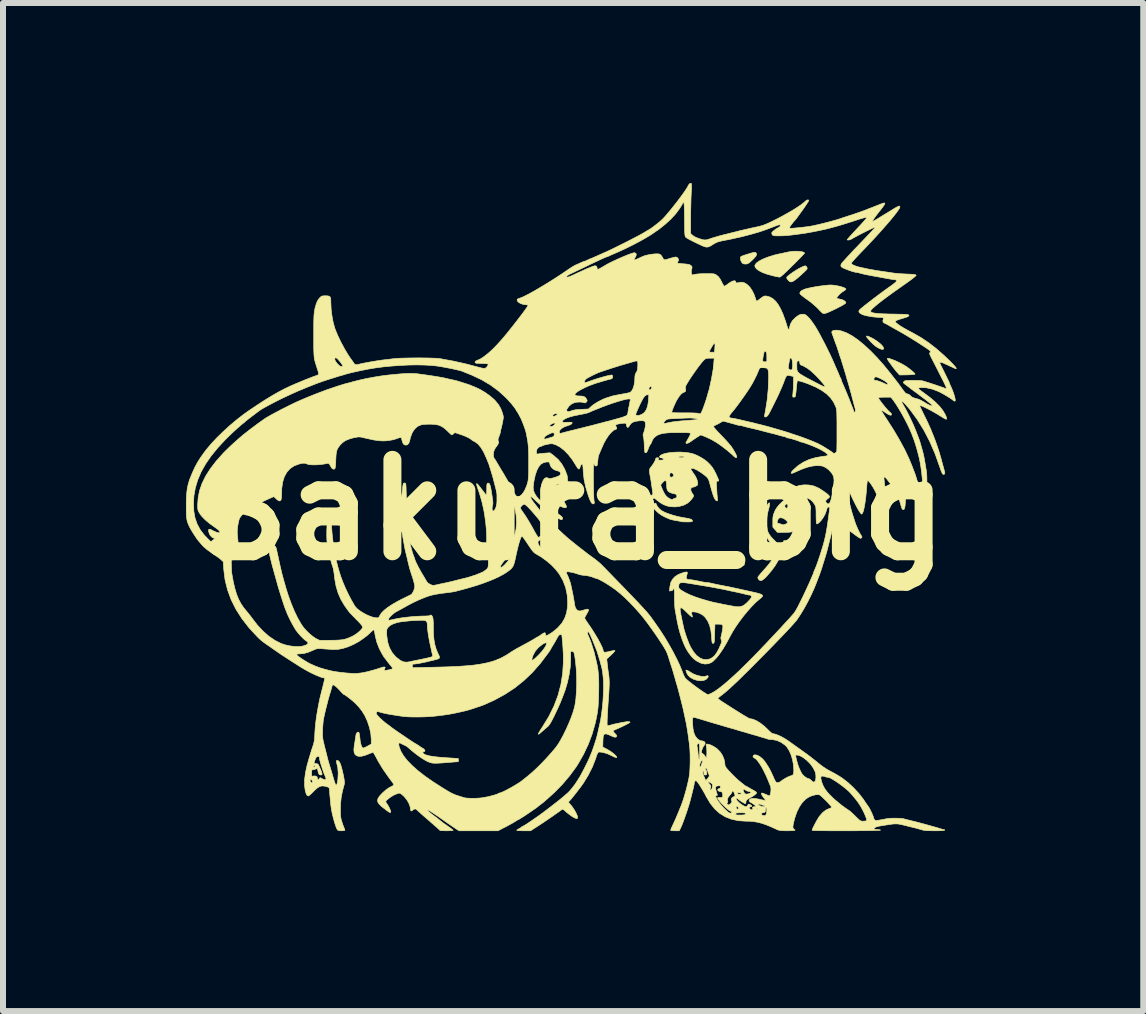
<source format=kicad_pcb>
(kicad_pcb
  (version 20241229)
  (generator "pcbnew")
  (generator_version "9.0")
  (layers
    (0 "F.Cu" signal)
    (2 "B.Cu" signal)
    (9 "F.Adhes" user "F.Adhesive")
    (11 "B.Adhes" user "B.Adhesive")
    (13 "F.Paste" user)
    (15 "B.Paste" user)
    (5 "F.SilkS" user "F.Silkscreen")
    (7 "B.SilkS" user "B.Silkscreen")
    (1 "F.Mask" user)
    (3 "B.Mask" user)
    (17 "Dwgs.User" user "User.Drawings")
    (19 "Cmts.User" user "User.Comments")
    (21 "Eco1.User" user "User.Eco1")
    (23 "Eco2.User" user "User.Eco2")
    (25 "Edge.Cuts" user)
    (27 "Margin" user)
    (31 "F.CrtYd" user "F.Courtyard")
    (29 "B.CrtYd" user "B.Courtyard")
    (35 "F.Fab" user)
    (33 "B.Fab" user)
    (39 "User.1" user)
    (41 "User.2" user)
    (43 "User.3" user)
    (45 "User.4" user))
  (footprint "Sakura_big"
    (layer "F.Cu")
    (at 6.502 5.449)
    (property "Reference" "Sakura_big" (at 0 0 0) (layer "F.SilkS") (effects (font (size 1.524 1.524) (thickness 0.3))))
    (attr through_hole)
    (fp_poly (pts (xy 2.806 0.882) (xy 2.836 0.885) (xy 2.85 0.891) (xy 2.854 0.903) (xy 2.854 0.905) (xy 2.85 0.918) (xy 2.835 0.925) (xy 2.814 0.928) (xy 2.786 0.928) (xy 2.768 0.925) (xy 2.766 0.923) (xy 2.76 0.908) (xy 2.759 0.897) (xy 2.762 0.886) (xy 2.773 0.881) (xy 2.798 0.881) (xy 2.806 0.882)) (stroke (width 0.01) (type solid)) (fill yes) (layer "F.SilkS"))
    (fp_poly (pts (xy 4.914 -2.895) (xy 4.947 -2.881) (xy 4.956 -2.877) (xy 5.006 -2.851) (xy 5.055 -2.82) (xy 5.099 -2.787) (xy 5.136 -2.755) (xy 5.162 -2.725) (xy 5.175 -2.701) (xy 5.176 -2.691) (xy 5.17 -2.678) (xy 5.158 -2.674) (xy 5.135 -2.679) (xy 5.099 -2.694) (xy 5.093 -2.697) (xy 5.051 -2.721) (xy 5.01 -2.755) (xy 4.962 -2.801) (xy 4.961 -2.803) (xy 4.922 -2.846) (xy 4.898 -2.875) (xy 4.889 -2.893) (xy 4.894 -2.899) (xy 4.914 -2.895)) (stroke (width 0.01) (type solid)) (fill yes) (layer "F.SilkS"))
    (fp_poly (pts (xy 3.535 0.514) (xy 3.617 0.532) (xy 3.681 0.543) (xy 3.732 0.548) (xy 3.769 0.545) (xy 3.789 0.54) (xy 3.812 0.532) (xy 3.827 0.536) (xy 3.837 0.544) (xy 3.847 0.557) (xy 3.844 0.568) (xy 3.83 0.58) (xy 3.81 0.592) (xy 3.783 0.597) (xy 3.745 0.597) (xy 3.692 0.592) (xy 3.664 0.588) (xy 3.602 0.577) (xy 3.557 0.566) (xy 3.529 0.554) (xy 3.514 0.54) (xy 3.51 0.531) (xy 3.51 0.515) (xy 3.52 0.511) (xy 3.535 0.514)) (stroke (width 0.01) (type solid)) (fill yes) (layer "F.SilkS"))
    (fp_poly (pts (xy 3.037 -4.292) (xy 3.045 -4.287) (xy 3.046 -4.287) (xy 3.058 -4.27) (xy 3.056 -4.249) (xy 3.041 -4.222) (xy 3.009 -4.187) (xy 2.988 -4.166) (xy 2.954 -4.134) (xy 2.93 -4.115) (xy 2.91 -4.104) (xy 2.892 -4.099) (xy 2.873 -4.098) (xy 2.843 -4.101) (xy 2.823 -4.111) (xy 2.811 -4.126) (xy 2.792 -4.164) (xy 2.788 -4.206) (xy 2.788 -4.21) (xy 2.795 -4.22) (xy 2.817 -4.232) (xy 2.855 -4.246) (xy 2.886 -4.256) (xy 2.942 -4.273) (xy 2.982 -4.285) (xy 3.008 -4.291) (xy 3.026 -4.293) (xy 3.037 -4.292)) (stroke (width 0.01) (type solid)) (fill yes) (layer "F.SilkS"))
    (fp_poly (pts (xy 1.906 2.676) (xy 1.93 2.688) (xy 1.954 2.703) (xy 1.954 2.703) (xy 1.988 2.725) (xy 2.024 2.742) (xy 2.07 2.758) (xy 2.088 2.763) (xy 2.146 2.776) (xy 2.19 2.777) (xy 2.22 2.768) (xy 2.242 2.762) (xy 2.253 2.77) (xy 2.249 2.788) (xy 2.249 2.79) (xy 2.221 2.821) (xy 2.181 2.841) (xy 2.131 2.848) (xy 2.075 2.843) (xy 2.017 2.825) (xy 2.004 2.82) (xy 1.953 2.792) (xy 1.919 2.76) (xy 1.896 2.722) (xy 1.891 2.709) (xy 1.883 2.686) (xy 1.879 2.672) (xy 1.879 2.672) (xy 1.887 2.67) (xy 1.906 2.676)) (stroke (width 0.01) (type solid)) (fill yes) (layer "F.SilkS"))
    (fp_poly (pts (xy 3.885 -4.06) (xy 3.897 -4.043) (xy 3.902 -4.029) (xy 3.899 -4.016) (xy 3.888 -4) (xy 3.864 -3.977) (xy 3.856 -3.969) (xy 3.793 -3.911) (xy 3.742 -3.866) (xy 3.702 -3.834) (xy 3.67 -3.813) (xy 3.645 -3.802) (xy 3.625 -3.801) (xy 3.607 -3.808) (xy 3.591 -3.822) (xy 3.584 -3.829) (xy 3.568 -3.851) (xy 3.559 -3.867) (xy 3.559 -3.87) (xy 3.567 -3.885) (xy 3.59 -3.907) (xy 3.624 -3.933) (xy 3.665 -3.962) (xy 3.71 -3.991) (xy 3.756 -4.019) (xy 3.8 -4.042) (xy 3.837 -4.059) (xy 3.865 -4.068) (xy 3.872 -4.068) (xy 3.885 -4.06)) (stroke (width 0.01) (type solid)) (fill yes) (layer "F.SilkS"))
    (fp_poly (pts (xy 5.271 -2.523) (xy 5.287 -2.518) (xy 5.368 -2.488) (xy 5.45 -2.449) (xy 5.525 -2.408) (xy 5.533 -2.403) (xy 5.57 -2.378) (xy 5.608 -2.35) (xy 5.643 -2.321) (xy 5.673 -2.296) (xy 5.693 -2.276) (xy 5.7 -2.264) (xy 5.7 -2.264) (xy 5.689 -2.26) (xy 5.662 -2.256) (xy 5.621 -2.253) (xy 5.57 -2.251) (xy 5.442 -2.249) (xy 5.412 -2.281) (xy 5.385 -2.312) (xy 5.354 -2.35) (xy 5.323 -2.391) (xy 5.293 -2.432) (xy 5.267 -2.468) (xy 5.248 -2.497) (xy 5.239 -2.516) (xy 5.238 -2.519) (xy 5.24 -2.527) (xy 5.25 -2.528) (xy 5.271 -2.523)) (stroke (width 0.01) (type solid)) (fill yes) (layer "F.SilkS"))
    (fp_poly (pts (xy 1.379 -0.111) (xy 1.385 -0.099) (xy 1.385 -0.097) (xy 1.403 -0.061) (xy 1.433 -0.024) (xy 1.468 0.007) (xy 1.478 0.014) (xy 1.53 0.041) (xy 1.598 0.067) (xy 1.676 0.092) (xy 1.761 0.114) (xy 1.848 0.13) (xy 1.879 0.135) (xy 1.933 0.145) (xy 1.969 0.157) (xy 1.986 0.171) (xy 1.989 0.181) (xy 1.988 0.19) (xy 1.98 0.195) (xy 1.963 0.198) (xy 1.933 0.2) (xy 1.896 0.2) (xy 1.855 0.199) (xy 1.822 0.198) (xy 1.802 0.196) (xy 1.798 0.195) (xy 1.786 0.191) (xy 1.76 0.185) (xy 1.734 0.181) (xy 1.683 0.172) (xy 1.644 0.163) (xy 1.609 0.153) (xy 1.572 0.137) (xy 1.531 0.119) (xy 1.473 0.088) (xy 1.424 0.053) (xy 1.384 0.016) (xy 1.355 -0.014) (xy 1.333 -0.041) (xy 1.321 -0.061) (xy 1.32 -0.067) (xy 1.328 -0.084) (xy 1.347 -0.101) (xy 1.349 -0.102) (xy 1.369 -0.112) (xy 1.379 -0.111)) (stroke (width 0.01) (type solid)) (fill yes) (layer "F.SilkS"))
    (fp_poly (pts (xy 3.741 -4.311) (xy 3.787 -4.308) (xy 3.824 -4.301) (xy 3.849 -4.292) (xy 3.858 -4.28) (xy 3.852 -4.271) (xy 3.832 -4.251) (xy 3.803 -4.219) (xy 3.764 -4.18) (xy 3.718 -4.133) (xy 3.667 -4.082) (xy 3.66 -4.076) (xy 3.593 -4.009) (xy 3.537 -3.956) (xy 3.494 -3.916) (xy 3.463 -3.891) (xy 3.446 -3.88) (xy 3.443 -3.88) (xy 3.42 -3.883) (xy 3.391 -3.889) (xy 3.389 -3.889) (xy 3.354 -3.897) (xy 3.317 -3.906) (xy 3.314 -3.907) (xy 3.23 -3.93) (xy 3.159 -3.956) (xy 3.102 -3.985) (xy 3.06 -4.015) (xy 3.035 -4.046) (xy 3.029 -4.07) (xy 3.038 -4.095) (xy 3.065 -4.123) (xy 3.107 -4.151) (xy 3.162 -4.18) (xy 3.228 -4.207) (xy 3.259 -4.218) (xy 3.31 -4.234) (xy 3.348 -4.246) (xy 3.382 -4.255) (xy 3.417 -4.263) (xy 3.461 -4.272) (xy 3.464 -4.273) (xy 3.509 -4.282) (xy 3.554 -4.292) (xy 3.59 -4.3) (xy 3.592 -4.3) (xy 3.64 -4.308) (xy 3.691 -4.312) (xy 3.741 -4.311)) (stroke (width 0.01) (type solid)) (fill yes) (layer "F.SilkS"))
    (fp_poly (pts (xy 4.338 -3.746) (xy 4.386 -3.739) (xy 4.435 -3.729) (xy 4.479 -3.717) (xy 4.516 -3.704) (xy 4.54 -3.691) (xy 4.548 -3.679) (xy 4.54 -3.67) (xy 4.52 -3.654) (xy 4.506 -3.645) (xy 4.471 -3.621) (xy 4.438 -3.592) (xy 4.411 -3.562) (xy 4.396 -3.538) (xy 4.396 -3.537) (xy 4.396 -3.527) (xy 4.408 -3.521) (xy 4.437 -3.516) (xy 4.439 -3.515) (xy 4.478 -3.507) (xy 4.512 -3.492) (xy 4.536 -3.474) (xy 4.546 -3.455) (xy 4.546 -3.45) (xy 4.536 -3.44) (xy 4.512 -3.424) (xy 4.476 -3.403) (xy 4.432 -3.38) (xy 4.384 -3.355) (xy 4.334 -3.331) (xy 4.287 -3.309) (xy 4.246 -3.291) (xy 4.214 -3.279) (xy 4.198 -3.275) (xy 4.181 -3.273) (xy 4.167 -3.275) (xy 4.151 -3.285) (xy 4.131 -3.304) (xy 4.101 -3.335) (xy 4.096 -3.341) (xy 4.058 -3.379) (xy 4.011 -3.421) (xy 3.962 -3.462) (xy 3.933 -3.484) (xy 3.878 -3.523) (xy 3.838 -3.553) (xy 3.81 -3.575) (xy 3.792 -3.591) (xy 3.783 -3.602) (xy 3.779 -3.611) (xy 3.779 -3.614) (xy 3.788 -3.637) (xy 3.814 -3.659) (xy 3.855 -3.677) (xy 3.864 -3.681) (xy 3.914 -3.694) (xy 3.977 -3.708) (xy 4.048 -3.721) (xy 4.122 -3.732) (xy 4.192 -3.741) (xy 4.253 -3.747) (xy 4.293 -3.749) (xy 4.338 -3.746)) (stroke (width 0.01) (type solid)) (fill yes) (layer "F.SilkS"))
    (fp_poly (pts (xy 3.275 -0.116) (xy 3.277 -0.101) (xy 3.273 -0.072) (xy 3.263 -0.028) (xy 3.25 0.02) (xy 3.239 0.069) (xy 3.232 0.121) (xy 3.229 0.184) (xy 3.229 0.21) (xy 3.23 0.272) (xy 3.236 0.322) (xy 3.247 0.365) (xy 3.267 0.404) (xy 3.296 0.445) (xy 3.338 0.49) (xy 3.381 0.533) (xy 3.481 0.631) (xy 3.471 0.695) (xy 3.451 0.769) (xy 3.415 0.85) (xy 3.364 0.935) (xy 3.3 1.021) (xy 3.226 1.107) (xy 3.186 1.146) (xy 3.156 1.169) (xy 3.132 1.179) (xy 3.112 1.175) (xy 3.095 1.161) (xy 3.082 1.14) (xy 3.079 1.126) (xy 3.085 1.113) (xy 3.103 1.089) (xy 3.13 1.057) (xy 3.163 1.02) (xy 3.17 1.012) (xy 3.244 0.928) (xy 3.303 0.851) (xy 3.345 0.782) (xy 3.37 0.722) (xy 3.379 0.673) (xy 3.372 0.654) (xy 3.356 0.627) (xy 3.335 0.601) (xy 3.306 0.567) (xy 3.278 0.53) (xy 3.262 0.508) (xy 3.244 0.481) (xy 3.231 0.456) (xy 3.217 0.427) (xy 3.2 0.387) (xy 3.199 0.385) (xy 3.19 0.352) (xy 3.184 0.305) (xy 3.181 0.249) (xy 3.18 0.189) (xy 3.183 0.13) (xy 3.188 0.077) (xy 3.193 0.048) (xy 3.208 -0.004) (xy 3.224 -0.051) (xy 3.242 -0.088) (xy 3.258 -0.112) (xy 3.267 -0.118) (xy 3.275 -0.116)) (stroke (width 0.01) (type solid)) (fill yes) (layer "F.SilkS"))
    (fp_poly (pts (xy 1.858 -0.96) (xy 1.924 -0.952) (xy 1.984 -0.94) (xy 2.014 -0.93) (xy 2.07 -0.907) (xy 2.13 -0.875) (xy 2.186 -0.84) (xy 2.232 -0.805) (xy 2.241 -0.797) (xy 2.284 -0.754) (xy 2.321 -0.708) (xy 2.354 -0.655) (xy 2.386 -0.591) (xy 2.418 -0.517) (xy 2.427 -0.493) (xy 2.427 -0.483) (xy 2.416 -0.48) (xy 2.408 -0.48) (xy 2.399 -0.479) (xy 2.393 -0.475) (xy 2.39 -0.463) (xy 2.389 -0.441) (xy 2.39 -0.405) (xy 2.393 -0.362) (xy 2.396 -0.31) (xy 2.399 -0.261) (xy 2.403 -0.22) (xy 2.405 -0.197) (xy 2.408 -0.168) (xy 2.406 -0.154) (xy 2.397 -0.15) (xy 2.396 -0.15) (xy 2.38 -0.159) (xy 2.361 -0.184) (xy 2.344 -0.22) (xy 2.33 -0.26) (xy 2.32 -0.293) (xy 2.311 -0.323) (xy 2.309 -0.33) (xy 2.302 -0.353) (xy 2.293 -0.387) (xy 2.284 -0.42) (xy 2.271 -0.468) (xy 2.259 -0.503) (xy 2.245 -0.528) (xy 2.226 -0.55) (xy 2.2 -0.572) (xy 2.184 -0.585) (xy 2.13 -0.624) (xy 2.079 -0.656) (xy 2.035 -0.679) (xy 1.999 -0.692) (xy 1.974 -0.694) (xy 1.963 -0.685) (xy 1.966 -0.672) (xy 1.98 -0.649) (xy 1.997 -0.623) (xy 2.04 -0.56) (xy 2.066 -0.503) (xy 2.076 -0.455) (xy 2.078 -0.428) (xy 2.071 -0.412) (xy 2.052 -0.399) (xy 2.049 -0.397) (xy 2.023 -0.385) (xy 2.002 -0.38) (xy 2 -0.38) (xy 1.975 -0.372) (xy 1.962 -0.353) (xy 1.963 -0.324) (xy 1.977 -0.291) (xy 1.984 -0.28) (xy 2 -0.256) (xy 2.009 -0.238) (xy 2.009 -0.235) (xy 2.002 -0.216) (xy 1.984 -0.19) (xy 1.959 -0.16) (xy 1.931 -0.132) (xy 1.905 -0.111) (xy 1.844 -0.079) (xy 1.772 -0.059) (xy 1.695 -0.05) (xy 1.618 -0.055) (xy 1.566 -0.066) (xy 1.506 -0.089) (xy 1.45 -0.122) (xy 1.398 -0.162) (xy 1.371 -0.184) (xy 1.355 -0.194) (xy 1.344 -0.195) (xy 1.333 -0.188) (xy 1.33 -0.186) (xy 1.31 -0.174) (xy 1.296 -0.181) (xy 1.29 -0.205) (xy 1.289 -0.21) (xy 1.295 -0.235) (xy 1.309 -0.245) (xy 1.326 -0.255) (xy 1.329 -0.263) (xy 1.328 -0.28) (xy 1.324 -0.311) (xy 1.318 -0.353) (xy 1.311 -0.401) (xy 1.31 -0.406) (xy 1.462 -0.406) (xy 1.469 -0.388) (xy 1.471 -0.383) (xy 1.5 -0.316) (xy 1.526 -0.266) (xy 1.553 -0.23) (xy 1.582 -0.204) (xy 1.615 -0.185) (xy 1.616 -0.184) (xy 1.641 -0.174) (xy 1.655 -0.172) (xy 1.663 -0.177) (xy 1.664 -0.179) (xy 1.677 -0.188) (xy 1.699 -0.195) (xy 1.721 -0.203) (xy 1.729 -0.219) (xy 1.729 -0.231) (xy 1.725 -0.253) (xy 1.71 -0.263) (xy 1.702 -0.265) (xy 1.645 -0.279) (xy 1.605 -0.295) (xy 1.579 -0.317) (xy 1.565 -0.346) (xy 1.56 -0.385) (xy 1.559 -0.4) (xy 1.557 -0.449) (xy 1.551 -0.478) (xy 1.538 -0.489) (xy 1.52 -0.483) (xy 1.494 -0.459) (xy 1.49 -0.454) (xy 1.471 -0.432) (xy 1.462 -0.418) (xy 1.462 -0.406) (xy 1.31 -0.406) (xy 1.304 -0.449) (xy 1.297 -0.494) (xy 1.291 -0.53) (xy 1.288 -0.545) (xy 1.282 -0.578) (xy 1.61 -0.578) (xy 1.614 -0.557) (xy 1.622 -0.547) (xy 1.646 -0.546) (xy 1.667 -0.557) (xy 1.673 -0.566) (xy 1.674 -0.589) (xy 1.661 -0.608) (xy 1.641 -0.618) (xy 1.619 -0.615) (xy 1.612 -0.601) (xy 1.61 -0.578) (xy 1.282 -0.578) (xy 1.278 -0.598) (xy 1.273 -0.636) (xy 1.272 -0.662) (xy 1.277 -0.683) (xy 1.287 -0.701) (xy 1.303 -0.721) (xy 1.303 -0.721) (xy 1.326 -0.751) (xy 1.348 -0.786) (xy 1.366 -0.82) (xy 1.377 -0.848) (xy 1.379 -0.86) (xy 1.388 -0.867) (xy 1.404 -0.87) (xy 1.425 -0.866) (xy 1.427 -0.855) (xy 1.417 -0.842) (xy 1.415 -0.835) (xy 1.426 -0.831) (xy 1.454 -0.83) (xy 1.458 -0.83) (xy 1.489 -0.831) (xy 1.504 -0.835) (xy 1.508 -0.843) (xy 1.508 -0.847) (xy 1.495 -0.862) (xy 1.471 -0.868) (xy 1.448 -0.873) (xy 1.442 -0.882) (xy 1.762 -0.882) (xy 1.764 -0.874) (xy 1.781 -0.871) (xy 1.806 -0.872) (xy 1.833 -0.875) (xy 1.85 -0.881) (xy 1.852 -0.885) (xy 1.841 -0.892) (xy 1.819 -0.895) (xy 1.793 -0.893) (xy 1.771 -0.889) (xy 1.762 -0.882) (xy 1.442 -0.882) (xy 1.441 -0.884) (xy 1.441 -0.888) (xy 1.455 -0.908) (xy 1.485 -0.925) (xy 1.53 -0.94) (xy 1.585 -0.951) (xy 1.649 -0.959) (xy 1.717 -0.963) (xy 1.788 -0.964) (xy 1.858 -0.96)) (stroke (width 0.01) (type solid)) (fill yes) (layer "F.SilkS"))
    (fp_poly (pts (xy 1.904 1.043) (xy 1.902 1.066) (xy 1.894 1.09) (xy 1.886 1.126) (xy 1.892 1.148) (xy 1.913 1.158) (xy 1.928 1.16) (xy 1.951 1.162) (xy 1.989 1.167) (xy 2.038 1.176) (xy 2.091 1.186) (xy 2.146 1.198) (xy 2.157 1.2) (xy 2.19 1.206) (xy 2.22 1.209) (xy 2.226 1.21) (xy 2.254 1.212) (xy 2.286 1.218) (xy 2.288 1.219) (xy 2.321 1.226) (xy 2.37 1.237) (xy 2.433 1.25) (xy 2.506 1.264) (xy 2.539 1.271) (xy 2.579 1.278) (xy 2.618 1.286) (xy 2.634 1.29) (xy 2.664 1.296) (xy 2.705 1.305) (xy 2.748 1.314) (xy 2.749 1.314) (xy 2.792 1.324) (xy 2.833 1.333) (xy 2.863 1.339) (xy 2.864 1.34) (xy 2.898 1.347) (xy 2.939 1.356) (xy 2.959 1.361) (xy 3.033 1.377) (xy 3.088 1.391) (xy 3.127 1.404) (xy 3.15 1.416) (xy 3.158 1.429) (xy 3.154 1.444) (xy 3.137 1.462) (xy 3.111 1.484) (xy 3.106 1.488) (xy 3.046 1.539) (xy 2.981 1.605) (xy 2.912 1.682) (xy 2.842 1.767) (xy 2.775 1.855) (xy 2.713 1.944) (xy 2.659 2.03) (xy 2.621 2.098) (xy 2.559 2.215) (xy 2.499 2.316) (xy 2.441 2.401) (xy 2.388 2.468) (xy 2.338 2.518) (xy 2.312 2.539) (xy 2.257 2.563) (xy 2.198 2.569) (xy 2.136 2.556) (xy 2.124 2.551) (xy 2.055 2.516) (xy 2 2.472) (xy 1.972 2.441) (xy 1.925 2.38) (xy 1.887 2.319) (xy 1.854 2.252) (xy 1.823 2.174) (xy 1.807 2.129) (xy 1.792 2.083) (xy 1.779 2.041) (xy 1.768 2) (xy 1.757 1.958) (xy 1.747 1.911) (xy 1.735 1.856) (xy 1.723 1.788) (xy 1.708 1.706) (xy 1.7 1.664) (xy 1.7 1.66) (xy 1.784 1.66) (xy 1.789 1.701) (xy 1.8 1.76) (xy 1.81 1.808) (xy 1.819 1.853) (xy 1.827 1.889) (xy 1.83 1.904) (xy 1.848 1.985) (xy 1.874 2.072) (xy 1.905 2.16) (xy 1.937 2.241) (xy 1.963 2.293) (xy 2.009 2.368) (xy 2.059 2.426) (xy 2.113 2.467) (xy 2.169 2.491) (xy 2.226 2.496) (xy 2.282 2.483) (xy 2.318 2.463) (xy 2.357 2.43) (xy 2.394 2.38) (xy 2.43 2.314) (xy 2.466 2.229) (xy 2.469 2.221) (xy 2.477 2.194) (xy 2.473 2.173) (xy 2.469 2.165) (xy 2.462 2.139) (xy 2.467 2.108) (xy 2.474 2.081) (xy 2.482 2.042) (xy 2.49 2.001) (xy 2.496 1.957) (xy 2.495 1.929) (xy 2.484 1.913) (xy 2.461 1.906) (xy 2.423 1.904) (xy 2.421 1.904) (xy 2.364 1.904) (xy 2.359 2.064) (xy 2.357 2.124) (xy 2.355 2.167) (xy 2.353 2.195) (xy 2.349 2.212) (xy 2.345 2.221) (xy 2.339 2.224) (xy 2.334 2.224) (xy 2.325 2.223) (xy 2.319 2.216) (xy 2.315 2.2) (xy 2.312 2.173) (xy 2.309 2.129) (xy 2.308 2.114) (xy 2.297 2.013) (xy 2.276 1.926) (xy 2.243 1.851) (xy 2.2 1.789) (xy 2.162 1.754) (xy 2.113 1.726) (xy 2.061 1.706) (xy 2.015 1.699) (xy 1.985 1.7) (xy 1.972 1.706) (xy 1.973 1.721) (xy 1.981 1.746) (xy 1.987 1.77) (xy 1.987 1.785) (xy 1.986 1.786) (xy 1.977 1.782) (xy 1.957 1.766) (xy 1.929 1.741) (xy 1.898 1.711) (xy 1.854 1.668) (xy 1.821 1.641) (xy 1.799 1.63) (xy 1.787 1.636) (xy 1.784 1.66) (xy 1.7 1.66) (xy 1.696 1.631) (xy 1.693 1.584) (xy 1.691 1.529) (xy 1.689 1.47) (xy 1.689 1.455) (xy 1.689 1.396) (xy 1.688 1.354) (xy 1.685 1.327) (xy 1.682 1.314) (xy 1.677 1.312) (xy 1.665 1.324) (xy 1.664 1.33) (xy 1.655 1.342) (xy 1.635 1.348) (xy 1.606 1.351) (xy 1.613 1.284) (xy 1.614 1.277) (xy 1.76 1.277) (xy 1.762 1.298) (xy 1.773 1.315) (xy 1.797 1.334) (xy 1.805 1.34) (xy 1.868 1.377) (xy 1.947 1.415) (xy 2.039 1.451) (xy 2.141 1.485) (xy 2.189 1.499) (xy 2.229 1.511) (xy 2.271 1.522) (xy 2.279 1.524) (xy 2.315 1.534) (xy 2.359 1.544) (xy 2.384 1.549) (xy 2.425 1.557) (xy 2.464 1.565) (xy 2.484 1.57) (xy 2.513 1.576) (xy 2.556 1.584) (xy 2.605 1.593) (xy 2.654 1.602) (xy 2.696 1.61) (xy 2.719 1.613) (xy 2.779 1.614) (xy 2.833 1.597) (xy 2.855 1.583) (xy 2.898 1.546) (xy 2.94 1.502) (xy 2.966 1.469) (xy 2.974 1.446) (xy 2.967 1.427) (xy 2.947 1.419) (xy 2.946 1.419) (xy 2.923 1.417) (xy 2.893 1.411) (xy 2.89 1.41) (xy 2.815 1.391) (xy 2.739 1.374) (xy 2.674 1.36) (xy 2.633 1.352) (xy 2.594 1.343) (xy 2.574 1.339) (xy 2.524 1.328) (xy 2.476 1.318) (xy 2.427 1.309) (xy 2.374 1.299) (xy 2.315 1.288) (xy 2.248 1.276) (xy 2.169 1.263) (xy 2.078 1.248) (xy 1.97 1.23) (xy 1.908 1.22) (xy 1.851 1.213) (xy 1.81 1.212) (xy 1.783 1.218) (xy 1.767 1.234) (xy 1.761 1.259) (xy 1.76 1.277) (xy 1.614 1.277) (xy 1.626 1.216) (xy 1.655 1.159) (xy 1.698 1.112) (xy 1.758 1.074) (xy 1.836 1.045) (xy 1.871 1.036) (xy 1.894 1.034) (xy 1.904 1.043)) (stroke (width 0.01) (type solid)) (fill yes) (layer "F.SilkS"))
    (fp_poly (pts (xy 1.969 -5.442) (xy 1.971 -5.44) (xy 1.973 -5.428) (xy 1.974 -5.399) (xy 1.974 -5.357) (xy 1.971 -5.306) (xy 1.969 -5.272) (xy 1.966 -5.215) (xy 1.964 -5.143) (xy 1.962 -5.061) (xy 1.96 -4.976) (xy 1.959 -4.893) (xy 1.959 -4.86) (xy 1.959 -4.606) (xy 1.988 -4.58) (xy 2.016 -4.559) (xy 2.051 -4.541) (xy 2.061 -4.537) (xy 2.115 -4.518) (xy 2.156 -4.505) (xy 2.188 -4.5) (xy 2.215 -4.5) (xy 2.242 -4.506) (xy 2.269 -4.515) (xy 2.314 -4.53) (xy 2.371 -4.547) (xy 2.431 -4.565) (xy 2.488 -4.58) (xy 2.519 -4.588) (xy 2.553 -4.596) (xy 2.598 -4.607) (xy 2.648 -4.62) (xy 2.697 -4.632) (xy 2.737 -4.642) (xy 2.759 -4.648) (xy 2.787 -4.655) (xy 2.826 -4.664) (xy 2.864 -4.673) (xy 2.906 -4.682) (xy 2.946 -4.692) (xy 2.974 -4.698) (xy 3.008 -4.705) (xy 3.049 -4.714) (xy 3.069 -4.718) (xy 3.113 -4.729) (xy 3.155 -4.74) (xy 3.198 -4.756) (xy 3.246 -4.776) (xy 3.304 -4.803) (xy 3.374 -4.838) (xy 3.384 -4.843) (xy 3.484 -4.895) (xy 3.577 -4.947) (xy 3.662 -4.996) (xy 3.736 -5.043) (xy 3.798 -5.085) (xy 3.845 -5.121) (xy 3.873 -5.147) (xy 3.892 -5.161) (xy 3.912 -5.168) (xy 3.926 -5.164) (xy 3.928 -5.157) (xy 3.923 -5.145) (xy 3.907 -5.12) (xy 3.884 -5.085) (xy 3.856 -5.043) (xy 3.824 -4.998) (xy 3.791 -4.952) (xy 3.759 -4.908) (xy 3.731 -4.869) (xy 3.708 -4.839) (xy 3.692 -4.821) (xy 3.689 -4.818) (xy 3.68 -4.808) (xy 3.663 -4.787) (xy 3.646 -4.766) (xy 3.622 -4.734) (xy 3.61 -4.713) (xy 3.611 -4.7) (xy 3.616 -4.695) (xy 3.629 -4.694) (xy 3.657 -4.695) (xy 3.697 -4.698) (xy 3.745 -4.703) (xy 3.798 -4.708) (xy 3.85 -4.714) (xy 3.899 -4.72) (xy 3.941 -4.726) (xy 3.949 -4.727) (xy 3.996 -4.736) (xy 4.056 -4.749) (xy 4.125 -4.765) (xy 4.198 -4.783) (xy 4.272 -4.802) (xy 4.341 -4.821) (xy 4.401 -4.838) (xy 4.448 -4.853) (xy 4.463 -4.858) (xy 4.48 -4.864) (xy 4.512 -4.875) (xy 4.553 -4.888) (xy 4.598 -4.903) (xy 4.665 -4.924) (xy 4.731 -4.947) (xy 4.792 -4.968) (xy 4.842 -4.986) (xy 4.873 -4.998) (xy 4.892 -5.005) (xy 4.923 -5.018) (xy 4.96 -5.032) (xy 4.963 -5.033) (xy 5.009 -5.051) (xy 5.041 -5.064) (xy 5.065 -5.073) (xy 5.085 -5.081) (xy 5.106 -5.089) (xy 5.125 -5.097) (xy 5.159 -5.11) (xy 5.183 -5.116) (xy 5.195 -5.115) (xy 5.195 -5.103) (xy 5.184 -5.082) (xy 5.161 -5.048) (xy 5.125 -5.001) (xy 5.092 -4.96) (xy 5.058 -4.915) (xy 5.028 -4.875) (xy 5.006 -4.843) (xy 4.993 -4.821) (xy 4.99 -4.814) (xy 4.999 -4.812) (xy 5.025 -4.824) (xy 5.065 -4.847) (xy 5.101 -4.869) (xy 5.142 -4.895) (xy 5.177 -4.916) (xy 5.201 -4.931) (xy 5.213 -4.938) (xy 5.213 -4.938) (xy 5.223 -4.943) (xy 5.245 -4.957) (xy 5.278 -4.977) (xy 5.31 -4.997) (xy 5.362 -5.029) (xy 5.4 -5.05) (xy 5.425 -5.062) (xy 5.44 -5.064) (xy 5.447 -5.058) (xy 5.448 -5.051) (xy 5.441 -5.031) (xy 5.421 -4.999) (xy 5.389 -4.954) (xy 5.346 -4.899) (xy 5.293 -4.834) (xy 5.231 -4.762) (xy 5.161 -4.682) (xy 5.085 -4.597) (xy 5.002 -4.507) (xy 4.914 -4.413) (xy 4.857 -4.353) (xy 4.794 -4.288) (xy 4.744 -4.235) (xy 4.705 -4.194) (xy 4.677 -4.162) (xy 4.657 -4.14) (xy 4.645 -4.125) (xy 4.639 -4.115) (xy 4.638 -4.112) (xy 4.644 -4.098) (xy 4.663 -4.085) (xy 4.698 -4.07) (xy 4.708 -4.066) (xy 4.731 -4.058) (xy 4.755 -4.051) (xy 4.786 -4.044) (xy 4.826 -4.035) (xy 4.881 -4.023) (xy 4.903 -4.018) (xy 4.939 -4.011) (xy 4.99 -4.002) (xy 5.049 -3.992) (xy 5.111 -3.982) (xy 5.169 -3.973) (xy 5.193 -3.97) (xy 5.241 -3.963) (xy 5.296 -3.955) (xy 5.338 -3.948) (xy 5.376 -3.944) (xy 5.428 -3.939) (xy 5.487 -3.935) (xy 5.548 -3.932) (xy 5.565 -3.931) (xy 5.624 -3.929) (xy 5.666 -3.926) (xy 5.694 -3.923) (xy 5.709 -3.919) (xy 5.716 -3.914) (xy 5.717 -3.909) (xy 5.709 -3.899) (xy 5.686 -3.879) (xy 5.651 -3.851) (xy 5.604 -3.816) (xy 5.548 -3.776) (xy 5.516 -3.754) (xy 5.41 -3.679) (xy 5.312 -3.609) (xy 5.224 -3.545) (xy 5.147 -3.487) (xy 5.082 -3.436) (xy 5.03 -3.392) (xy 4.991 -3.358) (xy 4.968 -3.333) (xy 4.961 -3.322) (xy 4.96 -3.309) (xy 4.967 -3.298) (xy 4.984 -3.289) (xy 5.013 -3.282) (xy 5.055 -3.276) (xy 5.112 -3.271) (xy 5.185 -3.268) (xy 5.275 -3.265) (xy 5.363 -3.264) (xy 5.438 -3.262) (xy 5.494 -3.261) (xy 5.536 -3.259) (xy 5.565 -3.257) (xy 5.583 -3.254) (xy 5.592 -3.25) (xy 5.596 -3.245) (xy 5.596 -3.245) (xy 5.596 -3.236) (xy 5.59 -3.229) (xy 5.577 -3.221) (xy 5.552 -3.211) (xy 5.513 -3.199) (xy 5.46 -3.183) (xy 5.418 -3.169) (xy 5.386 -3.156) (xy 5.37 -3.146) (xy 5.368 -3.142) (xy 5.377 -3.125) (xy 5.404 -3.102) (xy 5.447 -3.071) (xy 5.507 -3.034) (xy 5.582 -2.992) (xy 5.663 -2.949) (xy 5.796 -2.874) (xy 5.924 -2.788) (xy 6.051 -2.69) (xy 6.18 -2.577) (xy 6.246 -2.514) (xy 6.299 -2.462) (xy 6.338 -2.422) (xy 6.365 -2.392) (xy 6.381 -2.371) (xy 6.387 -2.359) (xy 6.385 -2.353) (xy 6.375 -2.355) (xy 6.352 -2.364) (xy 6.322 -2.378) (xy 6.283 -2.396) (xy 6.245 -2.414) (xy 6.223 -2.424) (xy 6.193 -2.437) (xy 6.17 -2.448) (xy 6.165 -2.45) (xy 6.145 -2.457) (xy 6.125 -2.459) (xy 6.111 -2.456) (xy 6.109 -2.452) (xy 6.115 -2.441) (xy 6.127 -2.415) (xy 6.146 -2.377) (xy 6.169 -2.331) (xy 6.19 -2.288) (xy 6.215 -2.237) (xy 6.237 -2.192) (xy 6.254 -2.157) (xy 6.265 -2.134) (xy 6.268 -2.126) (xy 6.271 -2.114) (xy 6.281 -2.09) (xy 6.292 -2.067) (xy 6.319 -2.005) (xy 6.341 -1.947) (xy 6.357 -1.896) (xy 6.367 -1.854) (xy 6.37 -1.826) (xy 6.365 -1.813) (xy 6.352 -1.815) (xy 6.334 -1.827) (xy 6.311 -1.845) (xy 6.276 -1.869) (xy 6.232 -1.896) (xy 6.185 -1.924) (xy 6.14 -1.949) (xy 6.101 -1.969) (xy 6.098 -1.971) (xy 5.992 -2.012) (xy 5.892 -2.035) (xy 5.824 -2.039) (xy 5.786 -2.038) (xy 5.765 -2.034) (xy 5.758 -2.027) (xy 5.758 -2.025) (xy 5.765 -2.014) (xy 5.786 -1.995) (xy 5.816 -1.972) (xy 5.834 -1.959) (xy 5.942 -1.879) (xy 6.034 -1.801) (xy 6.109 -1.726) (xy 6.166 -1.653) (xy 6.205 -1.585) (xy 6.211 -1.572) (xy 6.223 -1.539) (xy 6.227 -1.519) (xy 6.222 -1.511) (xy 6.206 -1.515) (xy 6.177 -1.531) (xy 6.133 -1.558) (xy 6.125 -1.563) (xy 6.082 -1.59) (xy 6.029 -1.621) (xy 5.972 -1.653) (xy 5.925 -1.678) (xy 5.867 -1.707) (xy 5.825 -1.727) (xy 5.797 -1.737) (xy 5.782 -1.739) (xy 5.778 -1.734) (xy 5.782 -1.724) (xy 5.794 -1.698) (xy 5.811 -1.662) (xy 5.833 -1.616) (xy 5.85 -1.581) (xy 5.888 -1.505) (xy 5.918 -1.441) (xy 5.943 -1.386) (xy 5.966 -1.333) (xy 5.977 -1.304) (xy 6.002 -1.244) (xy 6.022 -1.193) (xy 6.041 -1.142) (xy 6.062 -1.082) (xy 6.063 -1.08) (xy 6.079 -1.033) (xy 6.093 -0.991) (xy 6.104 -0.958) (xy 6.108 -0.942) (xy 6.118 -0.907) (xy 6.127 -0.877) (xy 6.134 -0.852) (xy 6.144 -0.815) (xy 6.155 -0.773) (xy 6.157 -0.765) (xy 6.169 -0.722) (xy 6.18 -0.681) (xy 6.189 -0.65) (xy 6.19 -0.647) (xy 6.196 -0.618) (xy 6.192 -0.601) (xy 6.19 -0.598) (xy 6.177 -0.591) (xy 6.163 -0.596) (xy 6.149 -0.617) (xy 6.133 -0.654) (xy 6.114 -0.709) (xy 6.113 -0.711) (xy 6.035 -0.931) (xy 5.945 -1.139) (xy 5.845 -1.332) (xy 5.734 -1.51) (xy 5.615 -1.672) (xy 5.529 -1.772) (xy 5.501 -1.799) (xy 5.484 -1.811) (xy 5.478 -1.806) (xy 5.483 -1.787) (xy 5.501 -1.754) (xy 5.511 -1.737) (xy 5.534 -1.698) (xy 5.562 -1.645) (xy 5.594 -1.582) (xy 5.627 -1.514) (xy 5.659 -1.445) (xy 5.688 -1.378) (xy 5.712 -1.32) (xy 5.722 -1.294) (xy 5.738 -1.251) (xy 5.753 -1.213) (xy 5.763 -1.185) (xy 5.768 -1.175) (xy 5.775 -1.154) (xy 5.786 -1.117) (xy 5.801 -1.064) (xy 5.818 -1.005) (xy 5.833 -0.95) (xy 5.844 -0.902) (xy 5.854 -0.851) (xy 5.863 -0.8) (xy 5.871 -0.751) (xy 5.879 -0.702) (xy 5.886 -0.662) (xy 5.888 -0.651) (xy 5.893 -0.611) (xy 5.896 -0.555) (xy 5.897 -0.489) (xy 5.897 -0.416) (xy 5.896 -0.341) (xy 5.893 -0.269) (xy 5.889 -0.203) (xy 5.884 -0.149) (xy 5.883 -0.139) (xy 5.868 -0.042) (xy 5.856 0.037) (xy 5.844 0.103) (xy 5.835 0.147) (xy 5.828 0.178) (xy 5.82 0.194) (xy 5.808 0.2) (xy 5.801 0.2) (xy 5.788 0.198) (xy 5.781 0.19) (xy 5.778 0.171) (xy 5.778 0.143) (xy 5.776 0.105) (xy 5.772 0.071) (xy 5.768 0.056) (xy 5.761 0.028) (xy 5.752 -0.009) (xy 5.747 -0.03) (xy 5.722 -0.123) (xy 5.689 -0.22) (xy 5.652 -0.309) (xy 5.651 -0.31) (xy 5.626 -0.359) (xy 5.602 -0.4) (xy 5.58 -0.431) (xy 5.564 -0.448) (xy 5.559 -0.45) (xy 5.556 -0.44) (xy 5.553 -0.414) (xy 5.55 -0.374) (xy 5.547 -0.323) (xy 5.544 -0.267) (xy 5.541 -0.187) (xy 5.538 -0.124) (xy 5.534 -0.077) (xy 5.529 -0.043) (xy 5.523 -0.022) (xy 5.516 -0.01) (xy 5.506 -0.005) (xy 5.503 -0.005) (xy 5.489 -0.01) (xy 5.479 -0.028) (xy 5.47 -0.055) (xy 5.444 -0.146) (xy 5.415 -0.224) (xy 5.382 -0.294) (xy 5.341 -0.362) (xy 5.29 -0.435) (xy 5.284 -0.443) (xy 5.255 -0.48) (xy 5.231 -0.512) (xy 5.212 -0.533) (xy 5.204 -0.542) (xy 5.187 -0.549) (xy 5.18 -0.54) (xy 5.182 -0.517) (xy 5.185 -0.491) (xy 5.19 -0.448) (xy 5.196 -0.389) (xy 5.203 -0.317) (xy 5.21 -0.234) (xy 5.217 -0.15) (xy 5.219 -0.11) (xy 5.219 -0.06) (xy 5.218 -0.004) (xy 5.215 0.056) (xy 5.211 0.115) (xy 5.206 0.169) (xy 5.201 0.216) (xy 5.196 0.251) (xy 5.19 0.271) (xy 5.189 0.273) (xy 5.172 0.278) (xy 5.165 0.277) (xy 5.158 0.27) (xy 5.153 0.253) (xy 5.149 0.224) (xy 5.146 0.178) (xy 5.145 0.143) (xy 5.138 0.04) (xy 5.126 -0.049) (xy 5.107 -0.131) (xy 5.08 -0.211) (xy 5.043 -0.296) (xy 5.041 -0.3) (xy 5.018 -0.345) (xy 4.992 -0.389) (xy 4.966 -0.429) (xy 4.942 -0.462) (xy 4.923 -0.483) (xy 4.912 -0.49) (xy 4.905 -0.481) (xy 4.9 -0.452) (xy 4.895 -0.405) (xy 4.894 -0.387) (xy 4.887 -0.297) (xy 4.878 -0.212) (xy 4.868 -0.134) (xy 4.857 -0.065) (xy 4.845 -0.009) (xy 4.833 0.034) (xy 4.82 0.061) (xy 4.809 0.07) (xy 4.797 0.061) (xy 4.778 0.036) (xy 4.754 -0.002) (xy 4.726 -0.052) (xy 4.696 -0.111) (xy 4.664 -0.176) (xy 4.632 -0.245) (xy 4.601 -0.316) (xy 4.597 -0.327) (xy 4.584 -0.349) (xy 4.571 -0.36) (xy 4.57 -0.36) (xy 4.562 -0.351) (xy 4.561 -0.325) (xy 4.567 -0.284) (xy 4.578 -0.231) (xy 4.58 -0.225) (xy 4.589 -0.189) (xy 4.598 -0.153) (xy 4.598 -0.15) (xy 4.614 -0.087) (xy 4.628 -0.031) (xy 4.64 0.014) (xy 4.649 0.044) (xy 4.649 0.045) (xy 4.661 0.086) (xy 4.676 0.131) (xy 4.69 0.176) (xy 4.703 0.215) (xy 4.713 0.244) (xy 4.718 0.255) (xy 4.745 0.318) (xy 4.77 0.37) (xy 4.791 0.409) (xy 4.8 0.423) (xy 4.813 0.443) (xy 4.814 0.456) (xy 4.805 0.467) (xy 4.797 0.473) (xy 4.787 0.472) (xy 4.771 0.465) (xy 4.746 0.449) (xy 4.71 0.423) (xy 4.696 0.413) (xy 4.65 0.378) (xy 4.599 0.342) (xy 4.552 0.31) (xy 4.528 0.294) (xy 4.494 0.272) (xy 4.467 0.253) (xy 4.451 0.242) (xy 4.448 0.24) (xy 4.438 0.232) (xy 4.416 0.217) (xy 4.401 0.207) (xy 4.373 0.191) (xy 4.358 0.188) (xy 4.354 0.192) (xy 4.34 0.242) (xy 4.325 0.304) (xy 4.318 0.335) (xy 4.309 0.375) (xy 4.296 0.429) (xy 4.28 0.493) (xy 4.263 0.56) (xy 4.246 0.627) (xy 4.234 0.675) (xy 4.223 0.715) (xy 4.208 0.766) (xy 4.19 0.824) (xy 4.171 0.884) (xy 4.153 0.943) (xy 4.136 0.996) (xy 4.121 1.04) (xy 4.11 1.069) (xy 4.108 1.075) (xy 4.102 1.092) (xy 4.09 1.123) (xy 4.075 1.163) (xy 4.063 1.195) (xy 4.02 1.302) (xy 3.969 1.415) (xy 3.913 1.528) (xy 3.854 1.636) (xy 3.794 1.736) (xy 3.737 1.822) (xy 3.725 1.839) (xy 3.702 1.866) (xy 3.667 1.906) (xy 3.62 1.958) (xy 3.562 2.02) (xy 3.494 2.092) (xy 3.418 2.171) (xy 3.334 2.258) (xy 3.244 2.35) (xy 3.149 2.446) (xy 3.05 2.546) (xy 2.949 2.648) (xy 2.934 2.663) (xy 2.832 2.763) (xy 2.744 2.85) (xy 2.666 2.923) (xy 2.6 2.984) (xy 2.544 3.033) (xy 2.496 3.072) (xy 2.462 3.098) (xy 2.436 3.118) (xy 2.418 3.134) (xy 2.413 3.144) (xy 2.422 3.152) (xy 2.446 3.169) (xy 2.481 3.194) (xy 2.527 3.223) (xy 2.579 3.257) (xy 2.635 3.293) (xy 2.694 3.33) (xy 2.751 3.366) (xy 2.806 3.4) (xy 2.855 3.43) (xy 2.895 3.453) (xy 2.925 3.47) (xy 2.941 3.478) (xy 2.943 3.478) (xy 2.996 3.488) (xy 3.057 3.514) (xy 3.122 3.554) (xy 3.188 3.606) (xy 3.238 3.653) (xy 3.269 3.684) (xy 3.297 3.709) (xy 3.317 3.725) (xy 3.325 3.729) (xy 3.362 3.735) (xy 3.411 3.752) (xy 3.468 3.778) (xy 3.529 3.812) (xy 3.59 3.852) (xy 3.614 3.869) (xy 3.65 3.895) (xy 3.698 3.929) (xy 3.752 3.968) (xy 3.807 4.007) (xy 3.838 4.029) (xy 3.895 4.07) (xy 3.955 4.115) (xy 4.011 4.159) (xy 4.06 4.198) (xy 4.079 4.214) (xy 4.155 4.274) (xy 4.233 4.325) (xy 4.29 4.356) (xy 4.344 4.385) (xy 4.399 4.416) (xy 4.45 4.447) (xy 4.484 4.469) (xy 4.58 4.543) (xy 4.674 4.63) (xy 4.761 4.724) (xy 4.836 4.82) (xy 4.868 4.868) (xy 4.889 4.899) (xy 4.907 4.925) (xy 4.917 4.938) (xy 4.928 4.954) (xy 4.944 4.982) (xy 4.962 5.018) (xy 4.98 5.056) (xy 4.995 5.091) (xy 5.005 5.118) (xy 5.008 5.129) (xy 5.014 5.148) (xy 5.023 5.162) (xy 5.032 5.172) (xy 5.044 5.176) (xy 5.063 5.176) (xy 5.095 5.171) (xy 5.11 5.169) (xy 5.153 5.161) (xy 5.195 5.153) (xy 5.225 5.147) (xy 5.259 5.142) (xy 5.306 5.139) (xy 5.359 5.138) (xy 5.413 5.139) (xy 5.461 5.141) (xy 5.497 5.145) (xy 5.507 5.147) (xy 5.532 5.154) (xy 5.57 5.164) (xy 5.616 5.175) (xy 5.648 5.183) (xy 5.713 5.199) (xy 5.766 5.213) (xy 5.811 5.225) (xy 5.855 5.237) (xy 5.878 5.243) (xy 5.942 5.261) (xy 5.991 5.275) (xy 6.027 5.285) (xy 6.055 5.293) (xy 6.077 5.299) (xy 6.098 5.306) (xy 6.12 5.313) (xy 6.12 5.313) (xy 6.151 5.322) (xy 6.176 5.327) (xy 6.184 5.328) (xy 6.194 5.333) (xy 6.193 5.338) (xy 6.18 5.342) (xy 6.151 5.345) (xy 6.106 5.347) (xy 6.048 5.348) (xy 6.025 5.348) (xy 5.958 5.347) (xy 5.907 5.346) (xy 5.868 5.343) (xy 5.836 5.338) (xy 5.806 5.33) (xy 5.798 5.328) (xy 5.751 5.314) (xy 5.699 5.3) (xy 5.668 5.293) (xy 5.628 5.283) (xy 5.59 5.274) (xy 5.568 5.268) (xy 5.504 5.252) (xy 5.455 5.241) (xy 5.413 5.234) (xy 5.374 5.233) (xy 5.331 5.235) (xy 5.28 5.242) (xy 5.248 5.247) (xy 5.182 5.257) (xy 5.132 5.265) (xy 5.096 5.272) (xy 5.07 5.278) (xy 5.052 5.284) (xy 5.037 5.291) (xy 5.031 5.296) (xy 5.014 5.31) (xy 5.018 5.32) (xy 5.041 5.326) (xy 5.074 5.328) (xy 5.106 5.33) (xy 5.122 5.334) (xy 5.123 5.338) (xy 5.112 5.34) (xy 5.084 5.341) (xy 5.039 5.343) (xy 4.982 5.344) (xy 4.913 5.345) (xy 4.835 5.346) (xy 4.75 5.347) (xy 4.66 5.348) (xy 4.568 5.348) (xy 4.476 5.348) (xy 4.385 5.348) (xy 4.298 5.348) (xy 4.218 5.347) (xy 4.146 5.346) (xy 4.085 5.345) (xy 4.036 5.344) (xy 4.003 5.343) (xy 3.986 5.341) (xy 3.985 5.34) (xy 3.987 5.328) (xy 3.997 5.302) (xy 4.014 5.267) (xy 4.035 5.226) (xy 4.058 5.184) (xy 4.081 5.145) (xy 4.102 5.111) (xy 4.109 5.103) (xy 4.158 5.046) (xy 4.211 5.004) (xy 4.265 4.979) (xy 4.27 4.978) (xy 4.295 4.968) (xy 4.308 4.956) (xy 4.308 4.953) (xy 4.302 4.941) (xy 4.283 4.919) (xy 4.257 4.89) (xy 4.226 4.857) (xy 4.192 4.824) (xy 4.16 4.793) (xy 4.133 4.768) (xy 4.113 4.752) (xy 4.113 4.752) (xy 4.086 4.745) (xy 4.047 4.747) (xy 3.999 4.758) (xy 3.947 4.777) (xy 3.939 4.78) (xy 3.879 4.818) (xy 3.823 4.874) (xy 3.773 4.946) (xy 3.73 5.034) (xy 3.695 5.134) (xy 3.673 5.22) (xy 3.665 5.265) (xy 3.664 5.295) (xy 3.671 5.313) (xy 3.684 5.322) (xy 3.697 5.332) (xy 3.699 5.338) (xy 3.689 5.342) (xy 3.66 5.346) (xy 3.615 5.347) (xy 3.57 5.348) (xy 3.513 5.347) (xy 3.471 5.345) (xy 3.441 5.341) (xy 3.417 5.335) (xy 3.403 5.329) (xy 3.307 5.285) (xy 3.224 5.251) (xy 3.15 5.225) (xy 3.081 5.207) (xy 3.014 5.195) (xy 2.945 5.189) (xy 2.881 5.188) (xy 2.755 5.18) (xy 2.64 5.155) (xy 2.536 5.115) (xy 2.449 5.061) (xy 2.709 5.061) (xy 2.712 5.075) (xy 2.722 5.083) (xy 2.744 5.086) (xy 2.78 5.086) (xy 2.798 5.086) (xy 2.838 5.084) (xy 2.861 5.08) (xy 2.873 5.073) (xy 2.876 5.067) (xy 3.139 5.067) (xy 3.142 5.08) (xy 3.155 5.089) (xy 3.183 5.095) (xy 3.193 5.097) (xy 3.205 5.091) (xy 3.215 5.08) (xy 3.222 5.063) (xy 3.226 5.036) (xy 3.228 5.005) (xy 3.227 4.978) (xy 3.223 4.961) (xy 3.219 4.958) (xy 3.212 4.967) (xy 3.209 4.989) (xy 3.209 4.997) (xy 3.205 5.028) (xy 3.189 5.043) (xy 3.16 5.048) (xy 3.158 5.048) (xy 3.142 5.056) (xy 3.139 5.067) (xy 2.876 5.067) (xy 2.877 5.066) (xy 2.877 5.057) (xy 2.869 5.052) (xy 2.85 5.049) (xy 2.817 5.048) (xy 2.795 5.048) (xy 2.751 5.049) (xy 2.724 5.052) (xy 2.711 5.057) (xy 2.709 5.061) (xy 2.449 5.061) (xy 2.443 5.058) (xy 2.36 4.983) (xy 2.287 4.892) (xy 2.222 4.782) (xy 2.219 4.776) (xy 2.372 4.776) (xy 2.374 4.787) (xy 2.378 4.788) (xy 2.389 4.796) (xy 2.389 4.799) (xy 2.396 4.819) (xy 2.414 4.85) (xy 2.442 4.887) (xy 2.475 4.928) (xy 2.511 4.969) (xy 2.548 5.005) (xy 2.582 5.035) (xy 2.583 5.036) (xy 2.61 5.052) (xy 2.631 5.055) (xy 2.643 5.045) (xy 2.644 5.038) (xy 2.635 5.025) (xy 2.622 5.02) (xy 2.604 5.011) (xy 2.577 4.99) (xy 2.546 4.963) (xy 2.719 4.963) (xy 2.724 4.979) (xy 2.726 4.981) (xy 2.741 4.988) (xy 2.755 4.983) (xy 2.759 4.975) (xy 2.752 4.957) (xy 2.737 4.942) (xy 2.727 4.938) (xy 2.72 4.946) (xy 2.719 4.963) (xy 2.546 4.963) (xy 2.544 4.961) (xy 2.509 4.927) (xy 2.476 4.893) (xy 2.563 4.893) (xy 2.57 4.904) (xy 2.587 4.917) (xy 2.607 4.912) (xy 2.629 4.893) (xy 2.644 4.874) (xy 2.646 4.857) (xy 2.641 4.843) (xy 2.635 4.822) (xy 2.643 4.805) (xy 2.649 4.798) (xy 2.669 4.783) (xy 2.684 4.778) (xy 2.697 4.771) (xy 2.697 4.75) (xy 2.688 4.722) (xy 2.739 4.722) (xy 2.745 4.734) (xy 2.766 4.738) (xy 2.774 4.738) (xy 2.797 4.736) (xy 2.809 4.729) (xy 2.809 4.728) (xy 2.801 4.719) (xy 2.796 4.718) (xy 2.777 4.715) (xy 2.761 4.712) (xy 2.744 4.711) (xy 2.739 4.722) (xy 2.688 4.722) (xy 2.685 4.713) (xy 2.684 4.712) (xy 2.671 4.691) (xy 2.659 4.683) (xy 2.65 4.692) (xy 2.649 4.702) (xy 2.643 4.716) (xy 2.627 4.739) (xy 2.608 4.761) (xy 2.586 4.789) (xy 2.575 4.809) (xy 2.572 4.827) (xy 2.574 4.842) (xy 2.576 4.869) (xy 2.569 4.883) (xy 2.563 4.893) (xy 2.476 4.893) (xy 2.474 4.891) (xy 2.444 4.857) (xy 2.422 4.828) (xy 2.41 4.807) (xy 2.409 4.802) (xy 2.414 4.792) (xy 2.433 4.792) (xy 2.442 4.793) (xy 2.474 4.795) (xy 2.491 4.785) (xy 2.495 4.762) (xy 2.492 4.737) (xy 2.484 4.709) (xy 2.474 4.697) (xy 2.466 4.696) (xy 2.443 4.694) (xy 2.421 4.682) (xy 2.414 4.673) (xy 2.835 4.673) (xy 2.845 4.702) (xy 2.861 4.727) (xy 2.882 4.737) (xy 2.911 4.735) (xy 2.937 4.727) (xy 2.962 4.716) (xy 2.966 4.706) (xy 2.951 4.698) (xy 2.93 4.693) (xy 2.898 4.684) (xy 2.872 4.669) (xy 2.869 4.666) (xy 2.849 4.653) (xy 2.837 4.656) (xy 2.835 4.673) (xy 2.414 4.673) (xy 2.409 4.667) (xy 2.409 4.664) (xy 2.418 4.651) (xy 2.432 4.646) (xy 2.452 4.635) (xy 2.457 4.621) (xy 2.457 4.605) (xy 2.446 4.599) (xy 2.426 4.598) (xy 2.395 4.602) (xy 2.378 4.615) (xy 2.374 4.639) (xy 2.383 4.678) (xy 2.385 4.686) (xy 2.397 4.724) (xy 2.403 4.747) (xy 2.402 4.759) (xy 2.394 4.763) (xy 2.39 4.763) (xy 2.374 4.771) (xy 2.372 4.776) (xy 2.219 4.776) (xy 2.217 4.773) (xy 2.191 4.723) (xy 2.159 4.668) (xy 2.126 4.614) (xy 2.096 4.567) (xy 2.072 4.534) (xy 2.068 4.53) (xy 2.249 4.53) (xy 2.252 4.541) (xy 2.264 4.559) (xy 2.275 4.572) (xy 2.292 4.591) (xy 2.296 4.611) (xy 2.289 4.637) (xy 2.284 4.652) (xy 2.281 4.665) (xy 2.294 4.667) (xy 2.295 4.667) (xy 2.31 4.656) (xy 2.319 4.628) (xy 2.32 4.623) (xy 2.324 4.595) (xy 2.322 4.575) (xy 2.312 4.561) (xy 2.289 4.546) (xy 2.257 4.53) (xy 2.249 4.53) (xy 2.068 4.53) (xy 2.055 4.516) (xy 2.043 4.513) (xy 2.034 4.518) (xy 2.022 4.538) (xy 2.019 4.555) (xy 2.017 4.577) (xy 2.01 4.61) (xy 2.003 4.641) (xy 1.993 4.681) (xy 1.983 4.721) (xy 1.978 4.743) (xy 1.968 4.779) (xy 1.96 4.815) (xy 1.959 4.818) (xy 1.941 4.884) (xy 1.918 4.958) (xy 1.893 5.036) (xy 1.866 5.113) (xy 1.84 5.186) (xy 1.815 5.25) (xy 1.793 5.3) (xy 1.788 5.31) (xy 1.769 5.348) (xy 1.701 5.348) (xy 1.666 5.347) (xy 1.639 5.345) (xy 1.627 5.342) (xy 1.627 5.342) (xy 1.628 5.331) (xy 1.636 5.308) (xy 1.647 5.285) (xy 1.71 5.148) (xy 1.754 5.043) (xy 1.77 5.004) (xy 1.784 4.968) (xy 1.795 4.944) (xy 1.795 4.943) (xy 1.817 4.886) (xy 1.841 4.815) (xy 1.865 4.734) (xy 1.889 4.648) (xy 1.91 4.563) (xy 1.928 4.483) (xy 1.934 4.448) (xy 1.942 4.393) (xy 1.943 4.377) (xy 2.159 4.377) (xy 2.163 4.401) (xy 2.168 4.416) (xy 2.178 4.436) (xy 2.191 4.464) (xy 2.194 4.472) (xy 2.211 4.511) (xy 2.24 4.48) (xy 2.258 4.457) (xy 2.268 4.438) (xy 2.269 4.434) (xy 2.265 4.411) (xy 2.26 4.401) (xy 2.252 4.38) (xy 2.242 4.351) (xy 2.238 4.341) (xy 2.227 4.31) (xy 2.216 4.299) (xy 2.205 4.306) (xy 2.205 4.307) (xy 2.206 4.32) (xy 2.214 4.334) (xy 2.225 4.358) (xy 2.229 4.386) (xy 2.227 4.408) (xy 2.217 4.417) (xy 2.204 4.418) (xy 2.187 4.416) (xy 2.18 4.404) (xy 2.179 4.383) (xy 2.177 4.36) (xy 2.17 4.349) (xy 2.169 4.348) (xy 2.162 4.357) (xy 2.159 4.377) (xy 1.943 4.377) (xy 1.947 4.323) (xy 1.949 4.266) (xy 2.109 4.266) (xy 2.109 4.267) (xy 2.112 4.285) (xy 2.12 4.286) (xy 2.13 4.269) (xy 2.137 4.251) (xy 2.15 4.214) (xy 2.156 4.193) (xy 2.157 4.182) (xy 2.153 4.179) (xy 2.147 4.178) (xy 2.135 4.187) (xy 2.123 4.209) (xy 2.113 4.238) (xy 2.109 4.266) (xy 1.949 4.266) (xy 1.95 4.243) (xy 1.951 4.159) (xy 1.95 4.075) (xy 1.947 3.997) (xy 1.941 3.933) (xy 2.065 3.933) (xy 2.069 3.952) (xy 2.074 3.981) (xy 2.079 4.021) (xy 2.084 4.066) (xy 2.085 4.074) (xy 2.089 4.113) (xy 2.094 4.142) (xy 2.099 4.157) (xy 2.1 4.158) (xy 2.104 4.149) (xy 2.106 4.123) (xy 2.108 4.085) (xy 2.109 4.038) (xy 2.109 4.029) (xy 2.109 3.98) (xy 2.107 3.939) (xy 2.104 3.909) (xy 2.101 3.895) (xy 2.101 3.894) (xy 2.087 3.895) (xy 2.076 3.901) (xy 2.066 3.914) (xy 2.065 3.933) (xy 1.941 3.933) (xy 1.941 3.93) (xy 1.94 3.918) (xy 1.928 3.829) (xy 1.918 3.755) (xy 1.909 3.695) (xy 1.901 3.645) (xy 1.894 3.602) (xy 1.887 3.561) (xy 1.878 3.521) (xy 1.877 3.517) (xy 1.99 3.517) (xy 1.992 3.566) (xy 1.999 3.65) (xy 2.014 3.717) (xy 2.036 3.769) (xy 2.067 3.809) (xy 2.077 3.818) (xy 2.104 3.837) (xy 2.128 3.847) (xy 2.136 3.848) (xy 2.172 3.854) (xy 2.195 3.869) (xy 2.202 3.891) (xy 2.191 3.916) (xy 2.186 3.923) (xy 2.167 3.951) (xy 2.15 3.989) (xy 2.14 4.026) (xy 2.139 4.04) (xy 2.147 4.054) (xy 2.162 4.064) (xy 2.182 4.08) (xy 2.197 4.101) (xy 2.209 4.12) (xy 2.22 4.128) (xy 2.224 4.119) (xy 2.227 4.095) (xy 2.229 4.062) (xy 2.229 4.023) (xy 2.227 3.985) (xy 2.224 3.953) (xy 2.22 3.931) (xy 2.219 3.928) (xy 2.215 3.911) (xy 2.226 3.903) (xy 2.248 3.904) (xy 2.279 3.912) (xy 2.315 3.928) (xy 2.353 3.949) (xy 2.392 3.975) (xy 2.399 3.98) (xy 2.449 4.03) (xy 2.489 4.09) (xy 2.516 4.156) (xy 2.529 4.221) (xy 2.529 4.233) (xy 2.531 4.255) (xy 2.538 4.275) (xy 2.553 4.299) (xy 2.579 4.33) (xy 2.586 4.338) (xy 2.64 4.395) (xy 2.695 4.451) (xy 2.748 4.5) (xy 2.795 4.539) (xy 2.81 4.551) (xy 2.835 4.57) (xy 2.853 4.585) (xy 2.857 4.591) (xy 2.869 4.598) (xy 2.87 4.598) (xy 2.882 4.603) (xy 2.906 4.616) (xy 2.931 4.631) (xy 2.967 4.652) (xy 3.003 4.672) (xy 3.021 4.682) (xy 3.045 4.697) (xy 3.058 4.711) (xy 3.059 4.714) (xy 3.05 4.73) (xy 3.025 4.752) (xy 2.988 4.777) (xy 2.939 4.804) (xy 2.939 4.805) (xy 2.908 4.822) (xy 2.89 4.837) (xy 2.883 4.854) (xy 2.881 4.866) (xy 2.878 4.888) (xy 2.874 4.898) (xy 2.874 4.898) (xy 2.86 4.893) (xy 2.835 4.879) (xy 2.806 4.861) (xy 2.778 4.842) (xy 2.759 4.826) (xy 2.736 4.807) (xy 2.724 4.8) (xy 2.72 4.805) (xy 2.719 4.817) (xy 2.727 4.836) (xy 2.748 4.861) (xy 2.778 4.888) (xy 2.812 4.914) (xy 2.846 4.934) (xy 2.875 4.946) (xy 2.886 4.948) (xy 2.899 4.94) (xy 2.909 4.923) (xy 2.92 4.905) (xy 2.936 4.905) (xy 2.961 4.917) (xy 2.976 4.931) (xy 2.977 4.943) (xy 2.963 4.948) (xy 2.961 4.948) (xy 2.939 4.952) (xy 2.936 4.966) (xy 2.942 4.979) (xy 2.961 4.994) (xy 2.976 4.998) (xy 2.992 4.995) (xy 2.995 4.982) (xy 2.994 4.977) (xy 3.059 4.977) (xy 3.066 4.988) (xy 3.069 4.988) (xy 3.079 4.985) (xy 3.079 4.984) (xy 3.072 4.975) (xy 3.069 4.973) (xy 3.06 4.974) (xy 3.059 4.977) (xy 2.994 4.977) (xy 2.993 4.973) (xy 2.991 4.956) (xy 3 4.949) (xy 3.018 4.948) (xy 3.039 4.946) (xy 3.049 4.941) (xy 3.049 4.941) (xy 3.041 4.931) (xy 3.023 4.916) (xy 3.022 4.915) (xy 3.08 4.915) (xy 3.086 4.921) (xy 3.094 4.923) (xy 3.121 4.933) (xy 3.134 4.938) (xy 3.16 4.946) (xy 3.183 4.947) (xy 3.197 4.942) (xy 3.199 4.938) (xy 3.191 4.929) (xy 3.185 4.928) (xy 3.168 4.924) (xy 3.143 4.914) (xy 3.141 4.912) (xy 3.112 4.903) (xy 3.092 4.907) (xy 3.08 4.915) (xy 3.022 4.915) (xy 3 4.899) (xy 2.978 4.885) (xy 2.965 4.878) (xy 2.964 4.878) (xy 2.952 4.872) (xy 2.943 4.863) (xy 2.933 4.849) (xy 2.939 4.832) (xy 2.941 4.828) (xy 2.962 4.814) (xy 2.998 4.808) (xy 3.05 4.812) (xy 3.114 4.824) (xy 3.128 4.828) (xy 3.164 4.836) (xy 3.192 4.842) (xy 3.206 4.843) (xy 3.207 4.843) (xy 3.204 4.834) (xy 3.19 4.814) (xy 3.175 4.794) (xy 3.152 4.762) (xy 3.14 4.737) (xy 3.14 4.722) (xy 3.148 4.718) (xy 3.162 4.722) (xy 3.188 4.732) (xy 3.215 4.743) (xy 3.245 4.756) (xy 3.266 4.765) (xy 3.274 4.768) (xy 3.279 4.76) (xy 3.287 4.739) (xy 3.288 4.737) (xy 3.295 4.702) (xy 3.298 4.662) (xy 3.296 4.625) (xy 3.289 4.601) (xy 3.281 4.583) (xy 3.269 4.553) (xy 3.254 4.517) (xy 3.253 4.513) (xy 3.217 4.429) (xy 3.179 4.351) (xy 3.142 4.281) (xy 3.105 4.223) (xy 3.071 4.177) (xy 3.04 4.146) (xy 3.018 4.133) (xy 3.002 4.12) (xy 2.999 4.109) (xy 3.006 4.09) (xy 3.027 4.082) (xy 3.056 4.085) (xy 3.091 4.099) (xy 3.119 4.117) (xy 3.145 4.138) (xy 3.168 4.16) (xy 3.19 4.186) (xy 3.216 4.223) (xy 3.232 4.248) (xy 3.254 4.282) (xy 3.272 4.313) (xy 3.289 4.346) (xy 3.308 4.385) (xy 3.331 4.435) (xy 3.345 4.468) (xy 3.363 4.506) (xy 3.376 4.529) (xy 3.388 4.541) (xy 3.402 4.546) (xy 3.406 4.546) (xy 3.439 4.539) (xy 3.463 4.523) (xy 3.497 4.498) (xy 3.539 4.472) (xy 3.581 4.45) (xy 3.617 4.435) (xy 3.624 4.434) (xy 3.651 4.425) (xy 3.667 4.412) (xy 3.676 4.39) (xy 3.678 4.355) (xy 3.679 4.337) (xy 3.673 4.251) (xy 3.658 4.166) (xy 3.638 4.098) (xy 3.709 4.098) (xy 3.711 4.11) (xy 3.717 4.137) (xy 3.726 4.173) (xy 3.73 4.189) (xy 3.747 4.248) (xy 3.769 4.306) (xy 3.793 4.359) (xy 3.816 4.4) (xy 3.826 4.413) (xy 3.851 4.437) (xy 3.88 4.459) (xy 3.907 4.474) (xy 3.923 4.478) (xy 3.941 4.485) (xy 3.963 4.502) (xy 3.968 4.508) (xy 3.994 4.531) (xy 4.013 4.537) (xy 4.03 4.526) (xy 4.034 4.521) (xy 4.043 4.497) (xy 4.047 4.461) (xy 4.047 4.454) (xy 4.129 4.454) (xy 4.131 4.484) (xy 4.142 4.53) (xy 4.149 4.55) (xy 4.17 4.602) (xy 4.197 4.65) (xy 4.234 4.7) (xy 4.284 4.754) (xy 4.308 4.778) (xy 4.344 4.813) (xy 4.39 4.852) (xy 4.439 4.893) (xy 4.489 4.933) (xy 4.536 4.967) (xy 4.575 4.994) (xy 4.596 5.007) (xy 4.612 5.019) (xy 4.639 5.042) (xy 4.671 5.072) (xy 4.704 5.104) (xy 4.739 5.139) (xy 4.765 5.163) (xy 4.784 5.178) (xy 4.801 5.185) (xy 4.818 5.188) (xy 4.837 5.188) (xy 4.867 5.186) (xy 4.888 5.182) (xy 4.893 5.179) (xy 4.893 5.163) (xy 4.885 5.133) (xy 4.869 5.093) (xy 4.849 5.047) (xy 4.824 4.997) (xy 4.798 4.949) (xy 4.779 4.918) (xy 4.752 4.877) (xy 4.716 4.829) (xy 4.675 4.78) (xy 4.636 4.734) (xy 4.601 4.696) (xy 4.586 4.682) (xy 4.54 4.642) (xy 4.488 4.601) (xy 4.435 4.562) (xy 4.383 4.526) (xy 4.335 4.496) (xy 4.295 4.473) (xy 4.265 4.46) (xy 4.253 4.458) (xy 4.231 4.455) (xy 4.201 4.447) (xy 4.194 4.444) (xy 4.16 4.436) (xy 4.139 4.438) (xy 4.129 4.454) (xy 4.047 4.454) (xy 4.046 4.42) (xy 4.04 4.382) (xy 4.036 4.368) (xy 4.003 4.301) (xy 3.956 4.235) (xy 3.897 4.175) (xy 3.833 4.126) (xy 3.794 4.104) (xy 3.758 4.09) (xy 3.729 4.085) (xy 3.712 4.089) (xy 3.709 4.098) (xy 3.638 4.098) (xy 3.634 4.085) (xy 3.603 4.014) (xy 3.566 3.955) (xy 3.535 3.922) (xy 3.469 3.875) (xy 3.399 3.843) (xy 3.328 3.829) (xy 3.311 3.828) (xy 3.278 3.826) (xy 3.251 3.821) (xy 3.247 3.82) (xy 3.225 3.812) (xy 3.192 3.802) (xy 3.164 3.794) (xy 3.127 3.783) (xy 3.095 3.773) (xy 3.079 3.768) (xy 3.056 3.761) (xy 3.022 3.752) (xy 2.994 3.744) (xy 2.957 3.733) (xy 2.925 3.724) (xy 2.909 3.719) (xy 2.883 3.711) (xy 2.85 3.701) (xy 2.844 3.7) (xy 2.815 3.692) (xy 2.775 3.68) (xy 2.731 3.667) (xy 2.719 3.663) (xy 2.676 3.65) (xy 2.635 3.639) (xy 2.605 3.63) (xy 2.599 3.628) (xy 2.573 3.621) (xy 2.535 3.61) (xy 2.492 3.597) (xy 2.479 3.593) (xy 2.435 3.58) (xy 2.393 3.568) (xy 2.36 3.559) (xy 2.354 3.557) (xy 2.324 3.548) (xy 2.283 3.536) (xy 2.244 3.524) (xy 2.201 3.511) (xy 2.159 3.498) (xy 2.129 3.489) (xy 2.095 3.479) (xy 2.063 3.47) (xy 2.055 3.467) (xy 2.026 3.459) (xy 2.007 3.457) (xy 1.995 3.464) (xy 1.99 3.483) (xy 1.99 3.517) (xy 1.877 3.517) (xy 1.875 3.504) (xy 1.865 3.46) (xy 1.856 3.418) (xy 1.849 3.387) (xy 1.849 3.384) (xy 1.836 3.325) (xy 1.823 3.27) (xy 1.808 3.21) (xy 1.794 3.154) (xy 1.782 3.107) (xy 1.771 3.065) (xy 1.762 3.031) (xy 1.759 3.019) (xy 1.751 2.989) (xy 1.741 2.951) (xy 1.734 2.929) (xy 1.723 2.891) (xy 1.713 2.857) (xy 1.702 2.817) (xy 1.69 2.776) (xy 1.675 2.725) (xy 1.664 2.686) (xy 1.655 2.656) (xy 1.646 2.627) (xy 1.64 2.609) (xy 1.629 2.576) (xy 1.614 2.53) (xy 1.598 2.48) (xy 1.589 2.449) (xy 1.577 2.414) (xy 1.565 2.382) (xy 1.551 2.352) (xy 1.533 2.319) (xy 1.51 2.28) (xy 1.48 2.233) (xy 1.441 2.174) (xy 1.425 2.149) (xy 1.358 2.051) (xy 1.292 1.958) (xy 1.229 1.872) (xy 1.172 1.798) (xy 1.122 1.737) (xy 1.111 1.724) (xy 1.019 1.621) (xy 0.934 1.532) (xy 0.856 1.455) (xy 0.78 1.389) (xy 0.706 1.329) (xy 0.63 1.276) (xy 0.615 1.266) (xy 0.558 1.229) (xy 0.504 1.197) (xy 0.456 1.171) (xy 0.416 1.151) (xy 0.389 1.141) (xy 0.38 1.14) (xy 0.363 1.135) (xy 0.352 1.131) (xy 0.317 1.117) (xy 0.27 1.104) (xy 0.222 1.094) (xy 0.18 1.09) (xy 0.176 1.09) (xy 0.137 1.085) (xy 0.095 1.075) (xy 0.082 1.07) (xy 0.047 1.058) (xy 0.004 1.046) (xy -0.041 1.037) (xy -0.08 1.031) (xy -0.097 1.03) (xy -0.107 1.037) (xy -0.11 1.055) (xy -0.103 1.073) (xy -0.101 1.075) (xy -0.092 1.091) (xy -0.08 1.12) (xy -0.066 1.157) (xy -0.052 1.196) (xy -0.041 1.232) (xy -0.038 1.245) (xy -0.023 1.315) (xy -0.007 1.389) (xy 0.007 1.463) (xy 0.018 1.529) (xy 0.026 1.582) (xy 0.027 1.589) (xy 0.04 1.635) (xy 0.064 1.667) (xy 0.096 1.684) (xy 0.118 1.684) (xy 0.151 1.677) (xy 0.18 1.668) (xy 0.218 1.657) (xy 0.242 1.654) (xy 0.253 1.658) (xy 0.257 1.664) (xy 0.257 1.673) (xy 0.252 1.688) (xy 0.24 1.711) (xy 0.22 1.747) (xy 0.201 1.78) (xy 0.196 1.792) (xy 0.195 1.804) (xy 0.2 1.819) (xy 0.214 1.841) (xy 0.237 1.875) (xy 0.249 1.893) (xy 0.292 1.955) (xy 0.334 2.02) (xy 0.375 2.086) (xy 0.413 2.15) (xy 0.445 2.209) (xy 0.471 2.261) (xy 0.49 2.303) (xy 0.499 2.331) (xy 0.5 2.338) (xy 0.504 2.359) (xy 0.516 2.37) (xy 0.541 2.372) (xy 0.58 2.365) (xy 0.609 2.358) (xy 0.647 2.349) (xy 0.677 2.344) (xy 0.695 2.343) (xy 0.698 2.344) (xy 0.694 2.353) (xy 0.678 2.373) (xy 0.653 2.399) (xy 0.633 2.418) (xy 0.561 2.484) (xy 0.57 2.569) (xy 0.576 2.621) (xy 0.583 2.678) (xy 0.591 2.727) (xy 0.591 2.729) (xy 0.597 2.774) (xy 0.601 2.819) (xy 0.603 2.869) (xy 0.602 2.926) (xy 0.599 2.994) (xy 0.594 3.078) (xy 0.591 3.124) (xy 0.582 3.248) (xy 0.576 3.352) (xy 0.571 3.437) (xy 0.568 3.503) (xy 0.567 3.551) (xy 0.568 3.581) (xy 0.57 3.592) (xy 0.583 3.594) (xy 0.609 3.591) (xy 0.626 3.586) (xy 0.652 3.578) (xy 0.679 3.571) (xy 0.712 3.564) (xy 0.756 3.555) (xy 0.814 3.543) (xy 0.838 3.539) (xy 0.886 3.531) (xy 0.922 3.529) (xy 0.944 3.532) (xy 0.95 3.538) (xy 0.941 3.546) (xy 0.918 3.56) (xy 0.884 3.578) (xy 0.842 3.599) (xy 0.797 3.621) (xy 0.752 3.641) (xy 0.72 3.655) (xy 0.692 3.667) (xy 0.673 3.678) (xy 0.668 3.682) (xy 0.671 3.694) (xy 0.685 3.713) (xy 0.696 3.724) (xy 0.72 3.75) (xy 0.728 3.768) (xy 0.722 3.781) (xy 0.714 3.786) (xy 0.695 3.788) (xy 0.662 3.778) (xy 0.641 3.768) (xy 0.589 3.745) (xy 0.551 3.733) (xy 0.526 3.735) (xy 0.51 3.751) (xy 0.501 3.784) (xy 0.498 3.835) (xy 0.497 3.853) (xy 0.495 3.952) (xy 0.565 3.989) (xy 0.607 4.013) (xy 0.649 4.042) (xy 0.682 4.068) (xy 0.714 4.098) (xy 0.728 4.119) (xy 0.727 4.128) (xy 0.709 4.126) (xy 0.676 4.113) (xy 0.649 4.099) (xy 0.565 4.061) (xy 0.488 4.04) (xy 0.461 4.037) (xy 0.44 4.035) (xy 0.426 4.037) (xy 0.415 4.045) (xy 0.405 4.062) (xy 0.393 4.091) (xy 0.379 4.135) (xy 0.375 4.148) (xy 0.321 4.286) (xy 0.249 4.427) (xy 0.173 4.551) (xy 0.149 4.585) (xy 0.118 4.628) (xy 0.08 4.677) (xy 0.041 4.728) (xy 0.003 4.775) (xy -0.03 4.816) (xy -0.056 4.846) (xy -0.059 4.849) (xy -0.079 4.871) (xy -0.036 4.921) (xy -0.009 4.955) (xy 0.02 4.999) (xy 0.045 5.042) (xy 0.045 5.043) (xy 0.067 5.091) (xy 0.076 5.123) (xy 0.072 5.141) (xy 0.055 5.144) (xy 0.048 5.142) (xy 0.017 5.129) (xy -0.022 5.105) (xy -0.064 5.075) (xy -0.105 5.043) (xy -0.12 5.03) (xy -0.148 5.004) (xy -0.167 4.992) (xy -0.181 4.99) (xy -0.195 4.999) (xy -0.199 5.002) (xy -0.217 5.016) (xy -0.249 5.039) (xy -0.291 5.068) (xy -0.34 5.103) (xy -0.394 5.14) (xy -0.45 5.178) (xy -0.504 5.215) (xy -0.554 5.248) (xy -0.596 5.275) (xy -0.597 5.276) (xy -0.709 5.348) (xy -0.824 5.348) (xy -0.869 5.347) (xy -0.906 5.345) (xy -0.931 5.343) (xy -0.94 5.34) (xy -0.931 5.331) (xy -0.911 5.318) (xy -0.9 5.312) (xy -0.876 5.299) (xy -0.861 5.288) (xy -0.86 5.285) (xy -0.852 5.278) (xy -0.848 5.278) (xy -0.836 5.272) (xy -0.809 5.257) (xy -0.772 5.234) (xy -0.727 5.204) (xy -0.677 5.17) (xy -0.625 5.134) (xy -0.572 5.097) (xy -0.523 5.061) (xy -0.5 5.044) (xy -0.465 5.018) (xy -0.423 4.986) (xy -0.377 4.951) (xy -0.329 4.913) (xy -0.282 4.877) (xy -0.239 4.843) (xy -0.203 4.814) (xy -0.176 4.792) (xy -0.161 4.78) (xy -0.16 4.779) (xy -0.15 4.77) (xy -0.13 4.752) (xy -0.102 4.728) (xy -0.094 4.721) (xy -0.056 4.684) (xy -0.014 4.633) (xy 0.032 4.573) (xy 0.076 4.506) (xy 0.118 4.439) (xy 0.121 4.433) (xy 0.148 4.383) (xy 0.179 4.324) (xy 0.21 4.262) (xy 0.24 4.202) (xy 0.265 4.148) (xy 0.283 4.107) (xy 0.284 4.103) (xy 0.299 4.066) (xy 0.312 4.035) (xy 0.32 4.014) (xy 0.32 4.013) (xy 0.327 3.995) (xy 0.338 3.962) (xy 0.352 3.921) (xy 0.367 3.875) (xy 0.381 3.831) (xy 0.389 3.804) (xy 0.397 3.776) (xy 0.407 3.734) (xy 0.419 3.684) (xy 0.431 3.629) (xy 0.443 3.576) (xy 0.453 3.53) (xy 0.459 3.499) (xy 0.475 3.395) (xy 0.489 3.283) (xy 0.499 3.168) (xy 0.505 3.055) (xy 0.508 2.949) (xy 0.506 2.854) (xy 0.501 2.791) (xy 0.496 2.74) (xy 0.49 2.693) (xy 0.483 2.654) (xy 0.479 2.634) (xy 0.469 2.596) (xy 0.458 2.557) (xy 0.458 2.554) (xy 0.449 2.521) (xy 0.436 2.479) (xy 0.423 2.434) (xy 0.409 2.391) (xy 0.398 2.356) (xy 0.39 2.334) (xy 0.39 2.334) (xy 0.383 2.317) (xy 0.371 2.286) (xy 0.354 2.246) (xy 0.34 2.209) (xy 0.312 2.141) (xy 0.289 2.09) (xy 0.272 2.055) (xy 0.259 2.036) (xy 0.25 2.029) (xy 0.25 2.029) (xy 0.242 2.037) (xy 0.241 2.057) (xy 0.246 2.08) (xy 0.249 2.087) (xy 0.262 2.115) (xy 0.279 2.155) (xy 0.296 2.2) (xy 0.311 2.243) (xy 0.314 2.255) (xy 0.33 2.304) (xy 0.341 2.34) (xy 0.35 2.37) (xy 0.358 2.402) (xy 0.363 2.424) (xy 0.384 2.511) (xy 0.401 2.586) (xy 0.413 2.656) (xy 0.421 2.724) (xy 0.426 2.794) (xy 0.428 2.873) (xy 0.428 2.963) (xy 0.427 3.038) (xy 0.425 3.132) (xy 0.421 3.211) (xy 0.417 3.279) (xy 0.41 3.341) (xy 0.401 3.401) (xy 0.389 3.465) (xy 0.373 3.536) (xy 0.365 3.569) (xy 0.317 3.737) (xy 0.253 3.907) (xy 0.174 4.074) (xy 0.084 4.232) (xy 0.048 4.288) (xy -0.057 4.43) (xy -0.176 4.571) (xy -0.306 4.704) (xy -0.41 4.799) (xy -0.442 4.827) (xy -0.469 4.85) (xy -0.486 4.865) (xy -0.49 4.869) (xy -0.5 4.877) (xy -0.521 4.893) (xy -0.535 4.904) (xy -0.559 4.922) (xy -0.576 4.935) (xy -0.58 4.939) (xy -0.592 4.949) (xy -0.617 4.968) (xy -0.652 4.992) (xy -0.694 5.021) (xy -0.739 5.052) (xy -0.784 5.082) (xy -0.826 5.11) (xy -0.863 5.133) (xy -0.889 5.15) (xy -0.904 5.158) (xy -0.905 5.158) (xy -0.916 5.163) (xy -0.937 5.175) (xy -0.95 5.183) (xy -0.986 5.206) (xy -1.023 5.227) (xy -1.065 5.25) (xy -1.118 5.279) (xy -1.158 5.299) (xy -1.251 5.348) (xy -1.901 5.348) (xy -1.967 5.305) (xy -1.995 5.286) (xy -2.036 5.258) (xy -2.086 5.224) (xy -2.143 5.184) (xy -2.201 5.143) (xy -2.226 5.125) (xy -2.281 5.088) (xy -2.33 5.055) (xy -2.371 5.028) (xy -2.402 5.009) (xy -2.42 4.999) (xy -2.425 4.999) (xy -2.421 5.011) (xy -2.401 5.033) (xy -2.366 5.062) (xy -2.339 5.083) (xy -2.308 5.106) (xy -2.273 5.132) (xy -2.239 5.158) (xy -2.21 5.182) (xy -2.189 5.198) (xy -2.183 5.203) (xy -2.171 5.213) (xy -2.146 5.231) (xy -2.113 5.254) (xy -2.086 5.273) (xy -2.05 5.298) (xy -2.022 5.32) (xy -2.004 5.335) (xy -1.999 5.34) (xy -2.009 5.343) (xy -2.034 5.346) (xy -2.071 5.347) (xy -2.108 5.348) (xy -2.153 5.347) (xy -2.189 5.346) (xy -2.213 5.343) (xy -2.221 5.34) (xy -2.229 5.331) (xy -2.25 5.312) (xy -2.278 5.286) (xy -2.299 5.268) (xy -2.331 5.24) (xy -2.358 5.217) (xy -2.375 5.202) (xy -2.379 5.198) (xy -2.388 5.19) (xy -2.409 5.172) (xy -2.438 5.146) (xy -2.459 5.129) (xy -2.498 5.095) (xy -2.537 5.06) (xy -2.57 5.03) (xy -2.58 5.021) (xy -2.606 4.997) (xy -2.623 4.985) (xy -2.636 4.984) (xy -2.652 4.989) (xy -2.652 4.989) (xy -2.671 5) (xy -2.679 5.01) (xy -2.687 5.017) (xy -2.694 5.018) (xy -2.706 5.009) (xy -2.709 4.995) (xy -2.717 4.943) (xy -2.739 4.886) (xy -2.773 4.829) (xy -2.815 4.778) (xy -2.855 4.742) (xy -2.878 4.726) (xy -2.896 4.72) (xy -2.918 4.725) (xy -2.932 4.729) (xy -2.99 4.754) (xy -3.048 4.79) (xy -3.075 4.811) (xy -3.104 4.835) (xy -3.119 4.851) (xy -3.123 4.863) (xy -3.118 4.875) (xy -3.11 4.887) (xy -3.086 4.923) (xy -3.066 4.96) (xy -3.05 4.995) (xy -3.04 5.022) (xy -3.039 5.038) (xy -3.041 5.039) (xy -3.048 5.043) (xy -3.056 5.043) (xy -3.067 5.037) (xy -3.087 5.023) (xy -3.118 5.001) (xy -3.134 4.988) (xy -3.19 4.945) (xy -3.228 4.908) (xy -3.252 4.876) (xy -3.26 4.846) (xy -3.254 4.816) (xy -3.236 4.784) (xy -3.22 4.763) (xy -3.175 4.715) (xy -3.124 4.67) (xy -3.074 4.634) (xy -3.033 4.612) (xy -3.007 4.599) (xy -2.991 4.586) (xy -2.989 4.58) (xy -2.995 4.565) (xy -3.01 4.541) (xy -3.022 4.525) (xy -3.041 4.501) (xy -3.065 4.468) (xy -3.093 4.429) (xy -3.121 4.389) (xy -3.149 4.349) (xy -3.172 4.315) (xy -3.189 4.288) (xy -3.198 4.274) (xy -3.199 4.272) (xy -3.204 4.261) (xy -3.217 4.241) (xy -3.218 4.24) (xy -3.231 4.219) (xy -3.25 4.186) (xy -3.271 4.147) (xy -3.278 4.133) (xy -3.298 4.097) (xy -3.315 4.067) (xy -3.327 4.048) (xy -3.329 4.044) (xy -3.342 4.044) (xy -3.37 4.052) (xy -3.407 4.067) (xy -3.411 4.069) (xy -3.473 4.093) (xy -3.53 4.106) (xy -3.577 4.107) (xy -3.612 4.095) (xy -3.613 4.095) (xy -3.636 4.073) (xy -3.649 4.042) (xy -3.654 3.999) (xy -3.649 3.942) (xy -3.643 3.903) (xy -3.635 3.855) (xy -3.628 3.81) (xy -3.623 3.774) (xy -3.621 3.761) (xy -3.613 3.728) (xy -3.598 3.708) (xy -3.58 3.703) (xy -3.572 3.707) (xy -3.566 3.719) (xy -3.561 3.747) (xy -3.556 3.784) (xy -3.554 3.799) (xy -3.547 3.86) (xy -3.536 3.91) (xy -3.523 3.946) (xy -3.507 3.966) (xy -3.498 3.968) (xy -3.481 3.964) (xy -3.453 3.951) (xy -3.422 3.935) (xy -3.364 3.902) (xy -3.364 3.823) (xy -3.372 3.726) (xy -3.395 3.623) (xy -3.429 3.521) (xy -3.473 3.425) (xy -3.494 3.391) (xy -3.28 3.391) (xy -3.274 3.408) (xy -3.26 3.427) (xy -3.233 3.456) (xy -3.199 3.488) (xy -3.161 3.522) (xy -3.123 3.553) (xy -3.109 3.564) (xy -3.086 3.58) (xy -3.055 3.603) (xy -3.025 3.627) (xy -3 3.645) (xy -2.965 3.67) (xy -2.922 3.7) (xy -2.873 3.733) (xy -2.822 3.767) (xy -2.772 3.802) (xy -2.725 3.833) (xy -2.683 3.861) (xy -2.651 3.882) (xy -2.629 3.895) (xy -2.622 3.898) (xy -2.612 3.904) (xy -2.59 3.918) (xy -2.57 3.931) (xy -2.539 3.953) (xy -2.51 3.971) (xy -2.497 3.978) (xy -2.478 3.993) (xy -2.47 4.01) (xy -2.472 4.024) (xy -2.483 4.028) (xy -2.501 4.035) (xy -2.504 4.049) (xy -2.493 4.063) (xy -2.465 4.079) (xy -2.426 4.092) (xy -2.374 4.103) (xy -2.307 4.113) (xy -2.224 4.122) (xy -2.122 4.13) (xy -2.104 4.131) (xy -1.914 4.143) (xy -1.911 4.171) (xy -1.911 4.191) (xy -1.923 4.198) (xy -1.933 4.198) (xy -1.951 4.199) (xy -1.985 4.201) (xy -2.031 4.205) (xy -2.086 4.209) (xy -2.14 4.214) (xy -2.213 4.219) (xy -2.271 4.222) (xy -2.316 4.222) (xy -2.354 4.218) (xy -2.387 4.209) (xy -2.42 4.196) (xy -2.457 4.177) (xy -2.469 4.17) (xy -2.52 4.139) (xy -2.58 4.097) (xy -2.644 4.049) (xy -2.705 3.999) (xy -2.754 3.956) (xy -2.78 3.936) (xy -2.805 3.923) (xy -2.809 3.922) (xy -2.835 3.911) (xy -2.862 3.896) (xy -2.887 3.883) (xy -2.902 3.887) (xy -2.906 3.908) (xy -2.9 3.944) (xy -2.873 4.018) (xy -2.828 4.095) (xy -2.765 4.176) (xy -2.684 4.259) (xy -2.585 4.347) (xy -2.467 4.439) (xy -2.33 4.534) (xy -2.174 4.634) (xy -2.149 4.649) (xy -2.092 4.684) (xy -2.047 4.71) (xy -2.009 4.729) (xy -1.974 4.745) (xy -1.936 4.758) (xy -1.894 4.772) (xy -1.859 4.783) (xy -1.826 4.793) (xy -1.814 4.797) (xy -1.786 4.802) (xy -1.743 4.805) (xy -1.691 4.807) (xy -1.635 4.807) (xy -1.58 4.804) (xy -1.531 4.8) (xy -1.511 4.797) (xy -1.454 4.787) (xy -1.397 4.775) (xy -1.344 4.761) (xy -1.298 4.748) (xy -1.263 4.736) (xy -1.245 4.726) (xy -1.227 4.718) (xy -1.223 4.718) (xy -1.204 4.713) (xy -1.171 4.699) (xy -1.129 4.679) (xy -1.08 4.653) (xy -1.027 4.624) (xy -0.975 4.594) (xy -0.926 4.564) (xy -0.884 4.537) (xy -0.853 4.515) (xy -0.852 4.513) (xy -0.837 4.501) (xy -0.811 4.481) (xy -0.777 4.454) (xy -0.755 4.436) (xy -0.685 4.377) (xy -0.607 4.305) (xy -0.525 4.224) (xy -0.443 4.137) (xy -0.364 4.049) (xy -0.291 3.963) (xy -0.288 3.958) (xy -0.248 3.903) (xy -0.205 3.831) (xy -0.161 3.749) (xy -0.117 3.659) (xy -0.075 3.566) (xy -0.037 3.473) (xy -0.005 3.385) (xy 0.019 3.306) (xy 0.031 3.254) (xy 0.046 3.153) (xy 0.055 3.038) (xy 0.06 2.914) (xy 0.059 2.785) (xy 0.053 2.657) (xy 0.041 2.535) (xy 0.031 2.458) (xy 0.023 2.413) (xy 0.016 2.384) (xy 0.008 2.367) (xy -0.003 2.36) (xy -0.016 2.359) (xy -0.04 2.359) (xy -0.04 2.487) (xy -0.046 2.608) (xy -0.065 2.74) (xy -0.094 2.874) (xy -0.133 3.005) (xy -0.17 3.104) (xy -0.178 3.124) (xy -0.19 3.155) (xy -0.2 3.179) (xy -0.218 3.224) (xy -0.236 3.265) (xy -0.256 3.309) (xy -0.279 3.358) (xy -0.308 3.419) (xy -0.325 3.454) (xy -0.354 3.51) (xy -0.377 3.552) (xy -0.397 3.582) (xy -0.416 3.605) (xy -0.432 3.619) (xy -0.464 3.646) (xy -0.501 3.678) (xy -0.521 3.696) (xy -0.553 3.724) (xy -0.572 3.738) (xy -0.58 3.738) (xy -0.576 3.724) (xy -0.56 3.694) (xy -0.532 3.649) (xy -0.511 3.617) (xy -0.405 3.444) (xy -0.319 3.27) (xy -0.252 3.093) (xy -0.204 2.913) (xy -0.174 2.727) (xy -0.162 2.535) (xy -0.163 2.414) (xy -0.166 2.358) (xy -0.169 2.299) (xy -0.173 2.24) (xy -0.178 2.185) (xy -0.182 2.138) (xy -0.186 2.102) (xy -0.189 2.083) (xy -0.189 2.082) (xy -0.198 2.08) (xy -0.214 2.079) (xy -0.229 2.083) (xy -0.243 2.096) (xy -0.26 2.122) (xy -0.27 2.142) (xy -0.293 2.184) (xy -0.319 2.228) (xy -0.336 2.257) (xy -0.354 2.285) (xy -0.366 2.306) (xy -0.37 2.315) (xy -0.375 2.325) (xy -0.389 2.347) (xy -0.41 2.377) (xy -0.417 2.387) (xy -0.545 2.557) (xy -0.679 2.71) (xy -0.821 2.845) (xy -0.972 2.966) (xy -1.135 3.073) (xy -1.311 3.169) (xy -1.474 3.243) (xy -1.507 3.256) (xy -1.552 3.272) (xy -1.606 3.29) (xy -1.662 3.309) (xy -1.715 3.326) (xy -1.76 3.339) (xy -1.789 3.347) (xy -1.894 3.371) (xy -1.987 3.391) (xy -2.074 3.407) (xy -2.163 3.42) (xy -2.259 3.432) (xy -2.324 3.439) (xy -2.397 3.445) (xy -2.477 3.449) (xy -2.562 3.451) (xy -2.646 3.451) (xy -2.723 3.45) (xy -2.791 3.446) (xy -2.839 3.441) (xy -2.913 3.43) (xy -2.971 3.421) (xy -3.016 3.414) (xy -3.051 3.408) (xy -3.08 3.403) (xy -3.106 3.398) (xy -3.133 3.392) (xy -3.134 3.392) (xy -3.173 3.383) (xy -3.209 3.374) (xy -3.231 3.367) (xy -3.26 3.361) (xy -3.278 3.37) (xy -3.28 3.391) (xy -3.494 3.391) (xy -3.517 3.354) (xy -3.542 3.321) (xy -3.574 3.282) (xy -3.607 3.246) (xy -3.608 3.245) (xy -3.636 3.217) (xy -3.671 3.186) (xy -3.708 3.155) (xy -3.746 3.125) (xy -3.778 3.101) (xy -3.803 3.084) (xy -3.817 3.079) (xy -3.827 3.072) (xy -3.847 3.053) (xy -3.873 3.026) (xy -3.886 3.011) (xy -3.925 2.97) (xy -3.959 2.939) (xy -3.987 2.92) (xy -4.005 2.915) (xy -4.012 2.921) (xy -4.017 2.938) (xy -4.025 2.966) (xy -4.027 2.974) (xy -4.036 3.005) (xy -4.048 3.046) (xy -4.059 3.079) (xy -4.07 3.119) (xy -4.085 3.173) (xy -4.101 3.236) (xy -4.118 3.303) (xy -4.134 3.368) (xy -4.147 3.426) (xy -4.157 3.473) (xy -4.16 3.489) (xy -4.165 3.521) (xy -4.169 3.567) (xy -4.173 3.62) (xy -4.175 3.664) (xy -4.177 3.713) (xy -4.177 3.754) (xy -4.174 3.79) (xy -4.169 3.829) (xy -4.159 3.873) (xy -4.146 3.929) (xy -4.136 3.968) (xy -4.125 4.01) (xy -4.115 4.049) (xy -4.109 4.077) (xy -4.108 4.078) (xy -4.096 4.126) (xy -4.081 4.184) (xy -4.063 4.244) (xy -4.054 4.273) (xy -4.043 4.309) (xy -4.033 4.342) (xy -4.03 4.353) (xy -4.017 4.396) (xy -4.002 4.448) (xy -3.986 4.502) (xy -3.974 4.538) (xy -3.962 4.572) (xy -3.951 4.587) (xy -3.941 4.582) (xy -3.932 4.558) (xy -3.924 4.514) (xy -3.92 4.486) (xy -3.915 4.383) (xy -3.923 4.29) (xy -3.94 4.221) (xy -3.946 4.191) (xy -3.94 4.175) (xy -3.923 4.176) (xy -3.917 4.179) (xy -3.901 4.193) (xy -3.886 4.217) (xy -3.871 4.256) (xy -3.855 4.311) (xy -3.85 4.33) (xy -3.834 4.399) (xy -3.821 4.461) (xy -3.813 4.513) (xy -3.811 4.551) (xy -3.813 4.57) (xy -3.844 4.685) (xy -3.865 4.792) (xy -3.876 4.897) (xy -3.878 4.987) (xy -3.878 5.046) (xy -3.876 5.09) (xy -3.872 5.125) (xy -3.866 5.157) (xy -3.856 5.191) (xy -3.852 5.203) (xy -3.839 5.244) (xy -3.825 5.28) (xy -3.815 5.306) (xy -3.813 5.309) (xy -3.805 5.33) (xy -3.806 5.342) (xy -3.818 5.345) (xy -3.844 5.347) (xy -3.865 5.348) (xy -3.898 5.346) (xy -3.918 5.34) (xy -3.931 5.328) (xy -3.932 5.325) (xy -3.946 5.297) (xy -3.962 5.252) (xy -3.98 5.196) (xy -3.997 5.132) (xy -4.014 5.063) (xy -4.027 4.998) (xy -4.032 4.966) (xy -4.038 4.919) (xy -4.044 4.861) (xy -4.05 4.798) (xy -4.056 4.733) (xy -4.06 4.671) (xy -4.061 4.659) (xy -4.064 4.638) (xy -4.074 4.625) (xy -4.096 4.616) (xy -4.108 4.612) (xy -4.153 4.602) (xy -4.191 4.601) (xy -4.227 4.612) (xy -4.264 4.635) (xy -4.307 4.672) (xy -4.341 4.707) (xy -4.37 4.735) (xy -4.394 4.756) (xy -4.41 4.767) (xy -4.413 4.768) (xy -4.431 4.761) (xy -4.446 4.738) (xy -4.46 4.697) (xy -4.464 4.681) (xy -4.476 4.594) (xy -4.475 4.506) (xy -4.383 4.506) (xy -4.38 4.526) (xy -4.369 4.543) (xy -4.356 4.548) (xy -4.343 4.544) (xy -4.343 4.53) (xy -4.344 4.526) (xy -4.356 4.499) (xy -4.37 4.49) (xy -4.376 4.492) (xy -4.383 4.506) (xy -4.475 4.506) (xy -4.475 4.493) (xy -4.461 4.384) (xy -4.358 4.384) (xy -4.358 4.44) (xy -4.324 4.434) (xy -4.293 4.435) (xy -4.27 4.447) (xy -4.26 4.468) (xy -4.262 4.48) (xy -4.26 4.495) (xy -4.25 4.498) (xy -4.235 4.488) (xy -4.228 4.479) (xy -4.221 4.466) (xy -4.212 4.464) (xy -4.195 4.473) (xy -4.186 4.478) (xy -4.154 4.494) (xy -4.131 4.497) (xy -4.119 4.489) (xy -4.118 4.484) (xy -4.122 4.467) (xy -4.132 4.44) (xy -4.139 4.422) (xy -4.156 4.381) (xy -4.173 4.332) (xy -4.19 4.28) (xy -4.206 4.23) (xy -4.218 4.186) (xy -4.226 4.152) (xy -4.228 4.136) (xy -4.231 4.116) (xy -4.242 4.109) (xy -4.255 4.11) (xy -4.273 4.115) (xy -4.286 4.13) (xy -4.298 4.158) (xy -4.3 4.163) (xy -4.312 4.197) (xy -4.316 4.217) (xy -4.312 4.226) (xy -4.298 4.228) (xy -4.285 4.228) (xy -4.265 4.23) (xy -4.251 4.239) (xy -4.238 4.26) (xy -4.231 4.276) (xy -4.207 4.33) (xy -4.192 4.368) (xy -4.185 4.393) (xy -4.184 4.409) (xy -4.191 4.416) (xy -4.204 4.418) (xy -4.208 4.418) (xy -4.228 4.412) (xy -4.243 4.392) (xy -4.252 4.355) (xy -4.253 4.351) (xy -4.258 4.325) (xy -4.262 4.31) (xy -4.263 4.308) (xy -4.273 4.312) (xy -4.295 4.32) (xy -4.3 4.322) (xy -4.325 4.33) (xy -4.344 4.332) (xy -4.346 4.331) (xy -4.353 4.335) (xy -4.357 4.353) (xy -4.358 4.384) (xy -4.461 4.384) (xy -4.46 4.378) (xy -4.439 4.281) (xy -4.328 4.281) (xy -4.322 4.288) (xy -4.309 4.285) (xy -4.303 4.278) (xy -4.302 4.262) (xy -4.304 4.257) (xy -4.313 4.255) (xy -4.323 4.265) (xy -4.328 4.281) (xy -4.439 4.281) (xy -4.432 4.251) (xy -4.403 4.148) (xy -4.39 4.106) (xy -4.378 4.067) (xy -4.37 4.039) (xy -4.368 4.033) (xy -4.361 4.009) (xy -4.349 3.973) (xy -4.336 3.934) (xy -4.335 3.933) (xy -4.325 3.9) (xy -4.317 3.866) (xy -4.311 3.827) (xy -4.307 3.777) (xy -4.304 3.714) (xy -4.299 3.639) (xy -4.292 3.564) (xy -4.282 3.485) (xy -4.269 3.398) (xy -4.252 3.3) (xy -4.23 3.186) (xy -4.229 3.184) (xy -4.224 3.157) (xy -4.214 3.115) (xy -4.201 3.063) (xy -4.187 3.006) (xy -4.179 2.975) (xy -4.165 2.921) (xy -4.154 2.874) (xy -4.145 2.837) (xy -4.139 2.814) (xy -4.138 2.807) (xy -4.147 2.8) (xy -4.156 2.799) (xy -4.184 2.794) (xy -4.226 2.779) (xy -4.279 2.757) (xy -4.341 2.729) (xy -4.408 2.695) (xy -4.473 2.659) (xy -4.514 2.635) (xy -4.567 2.602) (xy -4.63 2.562) (xy -4.699 2.518) (xy -4.77 2.472) (xy -4.84 2.426) (xy -4.867 2.408) (xy -4.612 2.408) (xy -4.607 2.417) (xy -4.588 2.434) (xy -4.558 2.457) (xy -4.52 2.483) (xy -4.478 2.51) (xy -4.435 2.536) (xy -4.394 2.559) (xy -4.368 2.571) (xy -4.296 2.603) (xy -4.222 2.631) (xy -4.141 2.655) (xy -4.047 2.679) (xy -4.001 2.689) (xy -3.967 2.695) (xy -3.919 2.702) (xy -3.861 2.709) (xy -3.8 2.716) (xy -3.739 2.721) (xy -3.686 2.725) (xy -3.644 2.727) (xy -3.644 2.727) (xy -3.609 2.726) (xy -3.563 2.721) (xy -3.517 2.715) (xy -3.514 2.714) (xy -3.467 2.705) (xy -3.419 2.694) (xy -3.38 2.684) (xy -3.379 2.683) (xy -3.342 2.673) (xy -3.308 2.664) (xy -3.294 2.66) (xy -3.268 2.652) (xy -3.232 2.64) (xy -3.204 2.631) (xy -3.163 2.619) (xy -3.14 2.618) (xy -3.132 2.628) (xy -3.14 2.647) (xy -3.148 2.665) (xy -3.146 2.675) (xy -3.134 2.676) (xy -3.106 2.672) (xy -3.068 2.665) (xy -3.024 2.654) (xy -3.021 2.653) (xy -3.01 2.645) (xy -3.013 2.63) (xy -3.031 2.605) (xy -3.042 2.592) (xy -3.07 2.559) (xy -3.098 2.523) (xy -3.104 2.514) (xy -3.122 2.49) (xy -3.135 2.473) (xy -3.139 2.469) (xy -3.152 2.452) (xy -3.171 2.421) (xy -3.194 2.381) (xy -3.217 2.337) (xy -3.231 2.309) (xy -3.27 2.209) (xy -3.297 2.103) (xy -3.306 2.049) (xy -3.309 2.029) (xy -3.108 2.029) (xy -3.107 2.065) (xy -3.106 2.093) (xy -3.091 2.201) (xy -3.061 2.296) (xy -3.015 2.379) (xy -2.954 2.45) (xy -2.878 2.509) (xy -2.828 2.532) (xy -2.773 2.538) (xy -2.72 2.53) (xy -2.688 2.522) (xy -2.649 2.514) (xy -2.634 2.511) (xy -2.55 2.494) (xy -2.483 2.48) (xy -2.432 2.469) (xy -2.395 2.46) (xy -2.369 2.453) (xy -2.353 2.447) (xy -2.344 2.441) (xy -2.341 2.434) (xy -2.342 2.427) (xy -2.343 2.42) (xy -2.351 2.386) (xy -2.362 2.334) (xy -2.378 2.262) (xy -2.38 2.254) (xy -2.394 2.186) (xy -2.407 2.117) (xy -2.417 2.051) (xy -2.425 1.992) (xy -2.429 1.946) (xy -2.429 1.932) (xy -2.431 1.891) (xy -2.439 1.864) (xy -2.456 1.848) (xy -2.487 1.841) (xy -2.533 1.839) (xy -2.534 1.839) (xy -2.591 1.841) (xy -2.657 1.844) (xy -2.727 1.849) (xy -2.794 1.856) (xy -2.855 1.863) (xy -2.904 1.871) (xy -2.924 1.875) (xy -2.996 1.898) (xy -3.05 1.926) (xy -3.086 1.96) (xy -3.09 1.967) (xy -3.101 1.985) (xy -3.106 2.004) (xy -3.108 2.029) (xy -3.309 2.029) (xy -3.311 2.02) (xy -3.319 2.002) (xy -3.323 1.999) (xy -3.336 2.006) (xy -3.357 2.023) (xy -3.374 2.04) (xy -3.43 2.092) (xy -3.499 2.144) (xy -3.572 2.194) (xy -3.645 2.234) (xy -3.662 2.243) (xy -3.753 2.282) (xy -3.835 2.308) (xy -3.912 2.323) (xy -3.989 2.327) (xy -4.034 2.325) (xy -4.086 2.321) (xy -4.142 2.317) (xy -4.19 2.313) (xy -4.196 2.313) (xy -4.234 2.311) (xy -4.263 2.313) (xy -4.29 2.32) (xy -4.323 2.334) (xy -4.341 2.342) (xy -4.418 2.374) (xy -4.487 2.393) (xy -4.553 2.399) (xy -4.558 2.399) (xy -4.587 2.401) (xy -4.608 2.405) (xy -4.612 2.408) (xy -4.867 2.408) (xy -4.906 2.382) (xy -4.962 2.343) (xy -5.007 2.312) (xy -5.034 2.293) (xy -5.053 2.279) (xy -5.112 2.239) (xy -5.158 2.206) (xy -5.196 2.176) (xy -5.231 2.146) (xy -5.263 2.114) (xy -5.401 1.965) (xy -5.52 1.812) (xy -5.62 1.655) (xy -5.7 1.495) (xy -5.76 1.331) (xy -5.801 1.165) (xy -5.822 0.996) (xy -5.823 0.985) (xy -5.83 0.865) (xy -5.857 0.839) (xy -5.697 0.839) (xy -5.697 0.904) (xy -5.695 0.966) (xy -5.692 1.021) (xy -5.688 1.064) (xy -5.687 1.068) (xy -5.664 1.197) (xy -5.638 1.308) (xy -5.609 1.405) (xy -5.575 1.489) (xy -5.535 1.564) (xy -5.488 1.633) (xy -5.446 1.684) (xy -5.418 1.717) (xy -5.385 1.759) (xy -5.354 1.8) (xy -5.349 1.807) (xy -5.26 1.922) (xy -5.165 2.023) (xy -5.068 2.108) (xy -4.969 2.175) (xy -4.869 2.225) (xy -4.803 2.248) (xy -4.717 2.267) (xy -4.634 2.277) (xy -4.56 2.277) (xy -4.503 2.269) (xy -4.457 2.254) (xy -4.429 2.239) (xy -4.419 2.221) (xy -4.418 2.218) (xy -4.426 2.2) (xy -4.441 2.188) (xy -4.471 2.167) (xy -4.507 2.134) (xy -4.547 2.093) (xy -4.585 2.049) (xy -4.618 2.007) (xy -4.626 1.994) (xy -4.652 1.951) (xy -4.682 1.898) (xy -4.712 1.841) (xy -4.74 1.784) (xy -4.763 1.734) (xy -4.777 1.699) (xy -4.788 1.67) (xy -4.798 1.646) (xy -4.799 1.644) (xy -4.807 1.622) (xy -4.82 1.584) (xy -4.836 1.535) (xy -4.854 1.479) (xy -4.873 1.419) (xy -4.892 1.359) (xy -4.909 1.303) (xy -4.923 1.255) (xy -4.928 1.235) (xy -4.936 1.208) (xy -4.946 1.172) (xy -4.952 1.15) (xy -4.987 1.025) (xy -5.016 0.92) (xy -5.038 0.832) (xy -5.055 0.762) (xy -5.065 0.709) (xy -5.07 0.674) (xy -5.071 0.644) (xy -5.068 0.629) (xy -5.058 0.623) (xy -5.048 0.622) (xy -5.019 0.615) (xy -5.001 0.608) (xy -4.978 0.601) (xy -4.962 0.608) (xy -4.95 0.631) (xy -4.941 0.666) (xy -4.93 0.719) (xy -4.917 0.776) (xy -4.905 0.833) (xy -4.894 0.886) (xy -4.884 0.929) (xy -4.878 0.958) (xy -4.877 0.96) (xy -4.869 0.993) (xy -4.862 1.025) (xy -4.853 1.063) (xy -4.839 1.115) (xy -4.822 1.177) (xy -4.803 1.243) (xy -4.784 1.309) (xy -4.765 1.369) (xy -4.749 1.42) (xy -4.743 1.438) (xy -4.695 1.569) (xy -4.644 1.691) (xy -4.591 1.8) (xy -4.538 1.893) (xy -4.515 1.929) (xy -4.48 1.975) (xy -4.435 2.024) (xy -4.386 2.07) (xy -4.337 2.11) (xy -4.293 2.14) (xy -4.284 2.145) (xy -4.225 2.174) (xy -4.044 2.173) (xy -3.965 2.172) (xy -3.902 2.169) (xy -3.85 2.164) (xy -3.805 2.155) (xy -3.763 2.142) (xy -3.718 2.124) (xy -3.683 2.108) (xy -3.64 2.084) (xy -3.598 2.055) (xy -3.56 2.023) (xy -3.53 1.993) (xy -3.512 1.967) (xy -3.509 1.953) (xy -3.514 1.938) (xy -3.529 1.915) (xy -3.557 1.883) (xy -3.598 1.84) (xy -3.612 1.827) (xy -3.614 1.824) (xy -3.079 1.824) (xy -3.076 1.835) (xy -3.065 1.839) (xy -3.041 1.835) (xy -3.02 1.83) (xy -2.949 1.815) (xy -2.864 1.8) (xy -2.771 1.788) (xy -2.675 1.778) (xy -2.582 1.772) (xy -2.498 1.769) (xy -2.492 1.769) (xy -2.448 1.768) (xy -2.412 1.766) (xy -2.39 1.762) (xy -2.384 1.759) (xy -2.371 1.75) (xy -2.356 1.76) (xy -2.344 1.779) (xy -2.338 1.796) (xy -2.334 1.821) (xy -2.331 1.857) (xy -2.329 1.908) (xy -2.329 1.966) (xy -2.327 2.071) (xy -2.319 2.162) (xy -2.305 2.242) (xy -2.284 2.315) (xy -2.255 2.386) (xy -2.242 2.413) (xy -2.229 2.441) (xy -2.226 2.46) (xy -2.233 2.474) (xy -2.255 2.485) (xy -2.292 2.496) (xy -2.322 2.503) (xy -2.363 2.513) (xy -2.402 2.522) (xy -2.429 2.529) (xy -2.473 2.539) (xy -2.523 2.549) (xy -2.571 2.559) (xy -2.613 2.565) (xy -2.643 2.569) (xy -2.649 2.569) (xy -2.67 2.571) (xy -2.678 2.583) (xy -2.679 2.6) (xy -2.679 2.63) (xy -2.457 2.625) (xy -2.379 2.623) (xy -2.297 2.621) (xy -2.215 2.619) (xy -2.142 2.617) (xy -2.081 2.615) (xy -2.079 2.615) (xy -1.918 2.608) (xy -1.776 2.598) (xy -1.649 2.586) (xy -1.536 2.569) (xy -1.435 2.549) (xy -1.344 2.525) (xy -1.266 2.497) (xy -0.687 2.497) (xy -0.683 2.504) (xy -0.67 2.502) (xy -0.656 2.493) (xy -0.631 2.472) (xy -0.6 2.443) (xy -0.565 2.408) (xy -0.564 2.407) (xy -0.52 2.358) (xy -0.485 2.313) (xy -0.46 2.275) (xy -0.446 2.246) (xy -0.442 2.225) (xy -0.45 2.215) (xy -0.47 2.218) (xy -0.502 2.234) (xy -0.508 2.238) (xy -0.576 2.291) (xy -0.63 2.354) (xy -0.668 2.423) (xy -0.684 2.476) (xy -0.687 2.497) (xy -1.266 2.497) (xy -1.262 2.496) (xy -1.186 2.461) (xy -1.114 2.421) (xy -1.07 2.393) (xy -1.028 2.365) (xy -0.984 2.338) (xy -0.946 2.316) (xy -0.94 2.312) (xy -0.901 2.291) (xy -0.855 2.266) (xy -0.82 2.247) (xy -0.759 2.214) (xy -0.713 2.188) (xy -0.679 2.169) (xy -0.654 2.155) (xy -0.636 2.143) (xy -0.628 2.138) (xy -0.608 2.125) (xy -0.595 2.119) (xy -0.595 2.119) (xy -0.584 2.114) (xy -0.562 2.1) (xy -0.533 2.08) (xy -0.533 2.079) (xy -0.498 2.057) (xy -0.477 2.047) (xy -0.465 2.051) (xy -0.46 2.067) (xy -0.46 2.076) (xy -0.457 2.094) (xy -0.446 2.096) (xy -0.442 2.095) (xy -0.4 2.074) (xy -0.35 2.042) (xy -0.298 2.002) (xy -0.25 1.959) (xy -0.25 1.959) (xy -0.186 1.886) (xy -0.14 1.806) (xy -0.109 1.717) (xy -0.093 1.617) (xy -0.09 1.546) (xy -0.099 1.414) (xy -0.125 1.291) (xy -0.169 1.176) (xy -0.232 1.066) (xy -0.233 1.065) (xy -0.29 0.992) (xy -0.36 0.919) (xy -0.441 0.85) (xy -0.525 0.788) (xy -0.61 0.738) (xy -0.615 0.735) (xy -0.637 0.722) (xy -0.657 0.704) (xy -0.68 0.678) (xy -0.707 0.64) (xy -0.732 0.604) (xy -0.77 0.547) (xy -0.799 0.504) (xy -0.82 0.475) (xy -0.835 0.456) (xy -0.844 0.445) (xy -0.851 0.441) (xy -0.853 0.44) (xy -0.864 0.45) (xy -0.877 0.478) (xy -0.893 0.525) (xy -0.912 0.59) (xy -0.932 0.672) (xy -0.954 0.77) (xy -0.963 0.813) (xy -0.977 0.873) (xy -0.991 0.917) (xy -1.009 0.952) (xy -1.033 0.981) (xy -1.067 1.01) (xy -1.1 1.033) (xy -1.123 1.049) (xy -1.143 1.062) (xy -1.166 1.075) (xy -1.195 1.091) (xy -1.237 1.113) (xy -1.238 1.114) (xy -1.315 1.15) (xy -1.406 1.187) (xy -1.507 1.225) (xy -1.612 1.26) (xy -1.709 1.289) (xy -1.768 1.306) (xy -1.811 1.318) (xy -1.844 1.327) (xy -1.871 1.334) (xy -1.884 1.337) (xy -1.922 1.347) (xy -1.961 1.358) (xy -1.965 1.359) (xy -1.994 1.364) (xy -2.035 1.371) (xy -2.082 1.377) (xy -2.1 1.379) (xy -2.2 1.392) (xy -2.293 1.407) (xy -2.344 1.418) (xy -2.41 1.436) (xy -2.488 1.465) (xy -2.575 1.501) (xy -2.668 1.545) (xy -2.761 1.594) (xy -2.809 1.621) (xy -2.852 1.645) (xy -2.894 1.668) (xy -2.928 1.686) (xy -2.943 1.694) (xy -2.97 1.71) (xy -3.001 1.734) (xy -3.032 1.762) (xy -3.058 1.789) (xy -3.074 1.812) (xy -3.079 1.824) (xy -3.614 1.824) (xy -3.65 1.788) (xy -3.685 1.752) (xy -3.713 1.723) (xy -3.731 1.703) (xy -3.734 1.699) (xy -3.811 1.592) (xy -3.872 1.488) (xy -3.918 1.382) (xy -3.951 1.27) (xy -3.973 1.148) (xy -3.978 1.102) (xy -3.984 1.055) (xy -3.991 1.01) (xy -3.998 0.975) (xy -4.002 0.963) (xy -4.023 0.896) (xy -4.045 0.817) (xy -4.066 0.73) (xy -4.084 0.642) (xy -4.098 0.559) (xy -4.099 0.55) (xy -4.104 0.494) (xy -4.106 0.423) (xy -4.105 0.34) (xy -4.101 0.249) (xy -4.094 0.154) (xy -4.092 0.133) (xy -4.086 0.092) (xy -4.075 0.064) (xy -4.062 0.051) (xy -4.048 0.056) (xy -4.045 0.068) (xy -4.041 0.098) (xy -4.036 0.14) (xy -4.032 0.192) (xy -4.028 0.25) (xy -4.016 0.403) (xy -3.999 0.552) (xy -3.978 0.693) (xy -3.953 0.822) (xy -3.924 0.935) (xy -3.923 0.94) (xy -3.913 0.976) (xy -3.903 1.01) (xy -3.899 1.025) (xy -3.873 1.107) (xy -3.838 1.201) (xy -3.796 1.3) (xy -3.749 1.4) (xy -3.7 1.494) (xy -3.652 1.579) (xy -3.63 1.613) (xy -3.602 1.644) (xy -3.559 1.678) (xy -3.506 1.712) (xy -3.449 1.744) (xy -3.39 1.77) (xy -3.336 1.789) (xy -3.292 1.797) (xy -3.261 1.799) (xy -3.244 1.796) (xy -3.234 1.785) (xy -3.224 1.764) (xy -3.198 1.722) (xy -3.153 1.676) (xy -3.091 1.626) (xy -3.012 1.574) (xy -2.918 1.52) (xy -2.834 1.477) (xy -2.788 1.455) (xy -2.748 1.435) (xy -2.718 1.42) (xy -2.7 1.412) (xy -2.699 1.411) (xy -2.682 1.394) (xy -2.665 1.364) (xy -2.65 1.329) (xy -2.641 1.293) (xy -2.639 1.276) (xy -2.642 1.251) (xy -2.651 1.212) (xy -2.663 1.167) (xy -2.674 1.131) (xy -2.693 1.074) (xy -2.707 1.031) (xy -2.718 0.996) (xy -2.727 0.963) (xy -2.736 0.928) (xy -2.747 0.884) (xy -2.754 0.855) (xy -2.765 0.806) (xy -2.776 0.762) (xy -2.784 0.727) (xy -2.789 0.71) (xy -2.799 0.666) (xy -2.811 0.606) (xy -2.823 0.537) (xy -2.836 0.461) (xy -2.849 0.384) (xy -2.86 0.31) (xy -2.869 0.245) (xy -2.874 0.197) (xy -2.879 0.169) (xy -2.889 0.137) (xy -2.905 0.097) (xy -2.927 0.049) (xy -2.958 -0.011) (xy -2.998 -0.086) (xy -3.008 -0.105) (xy -3.045 -0.173) (xy -3.072 -0.225) (xy -3.091 -0.264) (xy -3.101 -0.29) (xy -3.104 -0.306) (xy -3.102 -0.311) (xy -3.096 -0.313) (xy -3.085 -0.311) (xy -3.068 -0.3) (xy -3.042 -0.281) (xy -3.005 -0.252) (xy -2.969 -0.222) (xy -2.94 -0.201) (xy -2.916 -0.185) (xy -2.903 -0.18) (xy -2.884 -0.189) (xy -2.867 -0.217) (xy -2.854 -0.259) (xy -2.845 -0.314) (xy -2.844 -0.329) (xy -2.84 -0.38) (xy -2.835 -0.415) (xy -2.83 -0.436) (xy -2.823 -0.446) (xy -2.813 -0.449) (xy -2.806 -0.448) (xy -2.8 -0.447) (xy -2.795 -0.444) (xy -2.791 -0.437) (xy -2.788 -0.424) (xy -2.786 -0.404) (xy -2.784 -0.374) (xy -2.783 -0.332) (xy -2.781 -0.277) (xy -2.78 -0.206) (xy -2.778 -0.117) (xy -2.778 -0.095) (xy -2.775 0.024) (xy -2.772 0.126) (xy -2.768 0.213) (xy -2.763 0.287) (xy -2.757 0.35) (xy -2.749 0.405) (xy -2.74 0.455) (xy -2.735 0.475) (xy -2.731 0.495) (xy -2.724 0.527) (xy -2.718 0.555) (xy -2.71 0.593) (xy -2.697 0.639) (xy -2.684 0.688) (xy -2.67 0.733) (xy -2.657 0.769) (xy -2.648 0.792) (xy -2.64 0.811) (xy -2.639 0.819) (xy -2.634 0.836) (xy -2.622 0.866) (xy -2.603 0.905) (xy -2.58 0.951) (xy -2.554 0.998) (xy -2.529 1.043) (xy -2.507 1.08) (xy -2.483 1.119) (xy -2.462 1.155) (xy -2.446 1.183) (xy -2.441 1.193) (xy -2.419 1.219) (xy -2.382 1.241) (xy -2.357 1.252) (xy -2.338 1.257) (xy -2.317 1.256) (xy -2.287 1.251) (xy -2.26 1.245) (xy -2.215 1.235) (xy -2.169 1.225) (xy -2.134 1.218) (xy -2.106 1.212) (xy -2.08 1.206) (xy -2.05 1.199) (xy -2.012 1.19) (xy -1.963 1.178) (xy -1.929 1.169) (xy -1.886 1.158) (xy -1.845 1.148) (xy -1.815 1.141) (xy -1.809 1.14) (xy -1.779 1.132) (xy -1.739 1.121) (xy -1.695 1.107) (xy -1.655 1.094) (xy -1.624 1.084) (xy -1.614 1.08) (xy -1.593 1.071) (xy -1.562 1.06) (xy -1.551 1.055) (xy -1.502 1.033) (xy -1.461 1.006) (xy -1.431 0.979) (xy -1.416 0.953) (xy -1.416 0.952) (xy -1.415 0.942) (xy -1.211 0.942) (xy -1.208 0.956) (xy -1.194 0.956) (xy -1.169 0.941) (xy -1.138 0.912) (xy -1.095 0.864) (xy -1.066 0.824) (xy -1.051 0.791) (xy -1.048 0.775) (xy -1.048 0.751) (xy -1.058 0.746) (xy -1.075 0.758) (xy -1.1 0.786) (xy -1.127 0.822) (xy -1.158 0.861) (xy -1.172 0.878) (xy -1.199 0.916) (xy -1.211 0.942) (xy -1.415 0.942) (xy -1.414 0.93) (xy -1.413 0.894) (xy -1.412 0.851) (xy -1.413 0.828) (xy -1.414 0.782) (xy -1.417 0.751) (xy -1.422 0.73) (xy -1.43 0.716) (xy -1.437 0.707) (xy -1.449 0.693) (xy -1.455 0.679) (xy -1.456 0.66) (xy -1.451 0.629) (xy -1.448 0.614) (xy -1.442 0.555) (xy -1.44 0.481) (xy -1.442 0.395) (xy -1.448 0.302) (xy -1.458 0.205) (xy -1.471 0.108) (xy -1.48 0.05) (xy -1.489 0.002) (xy -1.5 -0.049) (xy -1.511 -0.098) (xy -1.521 -0.14) (xy -1.529 -0.168) (xy -1.529 -0.17) (xy -1.537 -0.195) (xy -1.546 -0.229) (xy -1.55 -0.24) (xy -1.56 -0.274) (xy -1.574 -0.316) (xy -1.586 -0.35) (xy -1.601 -0.396) (xy -1.609 -0.426) (xy -1.608 -0.439) (xy -1.598 -0.435) (xy -1.578 -0.414) (xy -1.549 -0.377) (xy -1.524 -0.345) (xy -1.496 -0.308) (xy -1.472 -0.277) (xy -1.455 -0.257) (xy -1.447 -0.25) (xy -1.444 -0.259) (xy -1.441 -0.284) (xy -1.44 -0.32) (xy -1.439 -0.345) (xy -1.439 -0.391) (xy -1.437 -0.421) (xy -1.432 -0.438) (xy -1.425 -0.446) (xy -1.424 -0.447) (xy -1.408 -0.447) (xy -1.394 -0.435) (xy -1.383 -0.408) (xy -1.372 -0.364) (xy -1.366 -0.33) (xy -1.354 -0.254) (xy -1.345 -0.196) (xy -1.339 -0.152) (xy -1.337 -0.12) (xy -1.337 -0.098) (xy -1.34 -0.083) (xy -1.341 -0.082) (xy -1.348 -0.054) (xy -1.35 -0.024) (xy -1.347 0.002) (xy -1.34 0.018) (xy -1.336 0.02) (xy -1.316 0.011) (xy -1.298 -0.015) (xy -1.282 -0.053) (xy -1.27 -0.099) (xy -1.263 -0.151) (xy -1.26 -0.203) (xy -1.264 -0.252) (xy -1.269 -0.279) (xy -1.275 -0.304) (xy -1.285 -0.342) (xy -1.297 -0.388) (xy -1.305 -0.42) (xy -1.305 -0.421) (xy -1.202 -0.421) (xy -1.198 -0.406) (xy -1.182 -0.377) (xy -1.179 -0.372) (xy -1.156 -0.331) (xy -1.135 -0.283) (xy -1.115 -0.226) (xy -1.095 -0.157) (xy -1.074 -0.075) (xy -1.052 0.024) (xy -1.034 0.115) (xy -1.021 0.216) (xy -1.02 0.332) (xy -1.029 0.435) (xy -1.032 0.473) (xy -1.034 0.503) (xy -1.033 0.521) (xy -1.033 0.523) (xy -1.023 0.529) (xy -1.012 0.519) (xy -0.998 0.492) (xy -0.982 0.447) (xy -0.978 0.434) (xy -0.951 0.322) (xy -0.942 0.204) (xy -0.95 0.083) (xy -0.973 -0.033) (xy -0.88 -0.033) (xy -0.874 -0.019) (xy -0.859 0.005) (xy -0.838 0.035) (xy -0.837 0.037) (xy -0.804 0.084) (xy -0.765 0.145) (xy -0.723 0.215) (xy -0.679 0.291) (xy -0.637 0.369) (xy -0.636 0.37) (xy -0.615 0.407) (xy -0.596 0.436) (xy -0.581 0.454) (xy -0.575 0.458) (xy -0.562 0.455) (xy -0.56 0.451) (xy -0.553 0.441) (xy -0.54 0.442) (xy -0.527 0.453) (xy -0.525 0.457) (xy -0.525 0.474) (xy -0.54 0.491) (xy -0.571 0.513) (xy -0.574 0.515) (xy -0.586 0.532) (xy -0.583 0.558) (xy -0.568 0.59) (xy -0.544 0.625) (xy -0.511 0.66) (xy -0.471 0.693) (xy -0.434 0.716) (xy -0.398 0.733) (xy -0.373 0.738) (xy -0.355 0.73) (xy -0.35 0.725) (xy -0.343 0.704) (xy -0.342 0.669) (xy -0.346 0.625) (xy -0.354 0.574) (xy -0.367 0.524) (xy -0.379 0.485) (xy -0.428 0.376) (xy -0.497 0.261) (xy -0.584 0.142) (xy -0.69 0.018) (xy -0.718 -0.012) (xy -0.756 -0.052) (xy -0.784 -0.077) (xy -0.804 -0.091) (xy -0.82 -0.094) (xy -0.835 -0.087) (xy -0.851 -0.074) (xy -0.869 -0.053) (xy -0.879 -0.036) (xy -0.88 -0.033) (xy -0.973 -0.033) (xy -0.974 -0.038) (xy -1.015 -0.155) (xy -1.041 -0.207) (xy -0.707 -0.207) (xy -0.696 -0.182) (xy -0.682 -0.16) (xy -0.658 -0.126) (xy -0.626 -0.085) (xy -0.589 -0.038) (xy -0.55 0.01) (xy -0.511 0.056) (xy -0.476 0.096) (xy -0.451 0.123) (xy -0.409 0.166) (xy -0.36 0.216) (xy -0.307 0.267) (xy -0.255 0.318) (xy -0.207 0.362) (xy -0.169 0.397) (xy -0.165 0.401) (xy -0.139 0.424) (xy -0.119 0.442) (xy -0.11 0.45) (xy -0.097 0.462) (xy -0.073 0.483) (xy -0.038 0.511) (xy 0.002 0.543) (xy 0.045 0.578) (xy 0.087 0.611) (xy 0.125 0.641) (xy 0.15 0.66) (xy 0.185 0.687) (xy 0.214 0.71) (xy 0.234 0.725) (xy 0.24 0.73) (xy 0.25 0.738) (xy 0.272 0.754) (xy 0.304 0.777) (xy 0.335 0.799) (xy 0.379 0.832) (xy 0.424 0.869) (xy 0.463 0.903) (xy 0.479 0.919) (xy 0.502 0.943) (xy 0.537 0.978) (xy 0.579 1.022) (xy 0.626 1.07) (xy 0.675 1.121) (xy 0.689 1.135) (xy 0.791 1.24) (xy 0.88 1.332) (xy 0.957 1.412) (xy 1.023 1.481) (xy 1.08 1.54) (xy 1.127 1.591) (xy 1.167 1.634) (xy 1.201 1.671) (xy 1.229 1.702) (xy 1.252 1.73) (xy 1.272 1.754) (xy 1.29 1.777) (xy 1.305 1.798) (xy 1.332 1.836) (xy 1.358 1.872) (xy 1.377 1.899) (xy 1.384 1.909) (xy 1.457 2.015) (xy 1.53 2.128) (xy 1.599 2.245) (xy 1.665 2.363) (xy 1.724 2.477) (xy 1.775 2.584) (xy 1.815 2.681) (xy 1.829 2.719) (xy 1.844 2.756) (xy 1.86 2.788) (xy 1.873 2.807) (xy 1.894 2.827) (xy 1.927 2.855) (xy 1.968 2.887) (xy 2.014 2.923) (xy 2.063 2.959) (xy 2.112 2.994) (xy 2.158 3.026) (xy 2.197 3.051) (xy 2.227 3.07) (xy 2.245 3.078) (xy 2.247 3.079) (xy 2.262 3.074) (xy 2.289 3.063) (xy 2.318 3.049) (xy 2.369 3.019) (xy 2.432 2.974) (xy 2.506 2.916) (xy 2.589 2.845) (xy 2.68 2.763) (xy 2.78 2.67) (xy 2.885 2.567) (xy 2.996 2.456) (xy 3.112 2.336) (xy 3.161 2.284) (xy 3.211 2.232) (xy 3.261 2.179) (xy 3.308 2.129) (xy 3.349 2.086) (xy 3.379 2.053) (xy 3.383 2.049) (xy 3.419 2.011) (xy 3.463 1.964) (xy 3.51 1.912) (xy 3.559 1.859) (xy 3.605 1.809) (xy 3.644 1.765) (xy 3.673 1.732) (xy 3.674 1.731) (xy 3.694 1.704) (xy 3.719 1.664) (xy 3.75 1.607) (xy 3.786 1.535) (xy 3.83 1.446) (xy 3.85 1.404) (xy 3.879 1.342) (xy 3.903 1.29) (xy 3.925 1.243) (xy 3.948 1.191) (xy 3.966 1.15) (xy 3.98 1.116) (xy 3.994 1.084) (xy 3.995 1.083) (xy 4.004 1.06) (xy 4.008 1.046) (xy 4.008 1.045) (xy 4.012 1.033) (xy 4.022 1.01) (xy 4.027 0.997) (xy 4.053 0.936) (xy 4.081 0.858) (xy 4.113 0.764) (xy 4.133 0.7) (xy 4.163 0.603) (xy 4.187 0.517) (xy 4.206 0.436) (xy 4.222 0.355) (xy 4.237 0.267) (xy 4.251 0.166) (xy 4.254 0.145) (xy 4.261 0.094) (xy 4.267 0.047) (xy 4.272 0.008) (xy 4.275 -0.013) (xy 4.278 -0.038) (xy 4.274 -0.048) (xy 4.261 -0.049) (xy 4.258 -0.048) (xy 4.243 -0.043) (xy 4.233 -0.027) (xy 4.224 0.003) (xy 4.223 0.007) (xy 4.204 0.063) (xy 4.172 0.122) (xy 4.134 0.176) (xy 4.105 0.207) (xy 4.08 0.227) (xy 4.065 0.234) (xy 4.058 0.229) (xy 4.055 0.215) (xy 4.053 0.185) (xy 4.051 0.143) (xy 4.05 0.094) (xy 4.05 0.083) (xy 4.05 0.028) (xy 4.048 -0.011) (xy 4.046 -0.039) (xy 4.041 -0.06) (xy 4.033 -0.078) (xy 4.023 -0.096) (xy 3.993 -0.137) (xy 3.955 -0.171) (xy 3.916 -0.193) (xy 3.883 -0.2) (xy 3.854 -0.196) (xy 3.841 -0.184) (xy 3.846 -0.168) (xy 3.846 -0.167) (xy 3.857 -0.145) (xy 3.866 -0.109) (xy 3.873 -0.067) (xy 3.877 -0.024) (xy 3.877 0.014) (xy 3.873 0.041) (xy 3.871 0.047) (xy 3.857 0.058) (xy 3.832 0.069) (xy 3.823 0.072) (xy 3.792 0.088) (xy 3.78 0.108) (xy 3.787 0.135) (xy 3.798 0.151) (xy 3.814 0.18) (xy 3.817 0.207) (xy 3.805 0.237) (xy 3.778 0.271) (xy 3.766 0.284) (xy 3.73 0.319) (xy 3.699 0.344) (xy 3.667 0.36) (xy 3.63 0.369) (xy 3.583 0.373) (xy 3.525 0.374) (xy 3.406 0.375) (xy 3.368 0.331) (xy 3.329 0.287) (xy 3.329 0.212) (xy 3.401 0.212) (xy 3.411 0.221) (xy 3.426 0.225) (xy 3.455 0.233) (xy 3.474 0.24) (xy 3.498 0.248) (xy 3.518 0.246) (xy 3.546 0.235) (xy 3.547 0.234) (xy 3.568 0.222) (xy 3.578 0.212) (xy 3.579 0.211) (xy 3.571 0.196) (xy 3.553 0.175) (xy 3.529 0.156) (xy 3.507 0.141) (xy 3.503 0.14) (xy 3.465 0.13) (xy 3.437 0.134) (xy 3.418 0.154) (xy 3.413 0.165) (xy 3.402 0.195) (xy 3.401 0.212) (xy 3.329 0.212) (xy 3.329 0.194) (xy 3.329 0.145) (xy 3.333 0.108) (xy 3.341 0.075) (xy 3.355 0.038) (xy 3.372 0.000039) (xy 3.397 -0.039) (xy 3.422 -0.069) (xy 3.529 -0.069) (xy 3.531 -0.049) (xy 3.544 -0.033) (xy 3.558 -0.03) (xy 3.572 -0.034) (xy 3.578 -0.048) (xy 3.579 -0.066) (xy 3.577 -0.089) (xy 3.57 -0.098) (xy 3.556 -0.098) (xy 3.537 -0.088) (xy 3.529 -0.069) (xy 3.422 -0.069) (xy 3.434 -0.084) (xy 3.482 -0.132) (xy 3.535 -0.179) (xy 3.59 -0.222) (xy 3.616 -0.24) (xy 3.651 -0.263) (xy 3.678 -0.284) (xy 3.693 -0.298) (xy 3.695 -0.304) (xy 3.685 -0.313) (xy 3.682 -0.313) (xy 3.668 -0.311) (xy 3.642 -0.306) (xy 3.634 -0.304) (xy 3.609 -0.3) (xy 3.6 -0.302) (xy 3.604 -0.311) (xy 3.609 -0.319) (xy 3.631 -0.341) (xy 3.667 -0.365) (xy 3.711 -0.387) (xy 3.757 -0.403) (xy 3.777 -0.409) (xy 3.854 -0.418) (xy 3.932 -0.415) (xy 4.005 -0.401) (xy 4.038 -0.388) (xy 4.068 -0.375) (xy 4.088 -0.366) (xy 4.107 -0.356) (xy 4.137 -0.336) (xy 4.174 -0.312) (xy 4.196 -0.296) (xy 4.238 -0.265) (xy 4.263 -0.242) (xy 4.274 -0.224) (xy 4.27 -0.208) (xy 4.253 -0.193) (xy 4.241 -0.185) (xy 4.216 -0.162) (xy 4.21 -0.139) (xy 4.224 -0.116) (xy 4.243 -0.102) (xy 4.261 -0.102) (xy 4.277 -0.116) (xy 4.291 -0.146) (xy 4.305 -0.193) (xy 4.319 -0.258) (xy 4.333 -0.341) (xy 4.338 -0.377) (xy 4.346 -0.443) (xy 4.349 -0.495) (xy 4.345 -0.536) (xy 4.336 -0.569) (xy 4.319 -0.6) (xy 4.316 -0.606) (xy 4.27 -0.66) (xy 4.218 -0.702) (xy 4.162 -0.729) (xy 4.131 -0.735) (xy 4.058 -0.739) (xy 3.982 -0.73) (xy 3.898 -0.71) (xy 3.805 -0.676) (xy 3.701 -0.63) (xy 3.699 -0.628) (xy 3.661 -0.613) (xy 3.639 -0.609) (xy 3.634 -0.617) (xy 3.644 -0.637) (xy 3.669 -0.666) (xy 3.75 -0.738) (xy 3.839 -0.796) (xy 3.937 -0.841) (xy 4.047 -0.873) (xy 4.172 -0.894) (xy 4.186 -0.895) (xy 4.218 -0.9) (xy 4.241 -0.905) (xy 4.248 -0.91) (xy 4.239 -0.928) (xy 4.214 -0.952) (xy 4.174 -0.978) (xy 4.123 -1.007) (xy 4.062 -1.037) (xy 3.994 -1.066) (xy 3.983 -1.07) (xy 3.937 -1.088) (xy 3.892 -1.104) (xy 3.853 -1.118) (xy 3.824 -1.127) (xy 3.811 -1.13) (xy 3.792 -1.134) (xy 3.781 -1.139) (xy 3.759 -1.148) (xy 3.725 -1.16) (xy 3.685 -1.173) (xy 3.644 -1.185) (xy 3.609 -1.194) (xy 3.585 -1.199) (xy 3.58 -1.2) (xy 3.561 -1.203) (xy 3.554 -1.208) (xy 3.542 -1.216) (xy 3.518 -1.223) (xy 3.516 -1.223) (xy 3.488 -1.229) (xy 3.451 -1.239) (xy 3.429 -1.245) (xy 3.391 -1.256) (xy 3.355 -1.266) (xy 3.339 -1.27) (xy 3.314 -1.276) (xy 3.276 -1.285) (xy 3.231 -1.297) (xy 3.209 -1.303) (xy 3.162 -1.315) (xy 3.127 -1.325) (xy 3.098 -1.332) (xy 3.07 -1.339) (xy 3.036 -1.347) (xy 2.992 -1.357) (xy 2.964 -1.364) (xy 2.916 -1.375) (xy 2.873 -1.386) (xy 2.839 -1.395) (xy 2.823 -1.4) (xy 2.795 -1.407) (xy 2.774 -1.409) (xy 2.751 -1.412) (xy 2.725 -1.419) (xy 2.702 -1.426) (xy 2.665 -1.436) (xy 2.622 -1.448) (xy 2.597 -1.455) (xy 2.499 -1.481) (xy 2.442 -1.448) (xy 2.409 -1.43) (xy 2.38 -1.416) (xy 2.364 -1.409) (xy 2.347 -1.398) (xy 2.342 -1.389) (xy 2.347 -1.377) (xy 2.365 -1.355) (xy 2.393 -1.323) (xy 2.428 -1.285) (xy 2.462 -1.25) (xy 2.507 -1.203) (xy 2.551 -1.156) (xy 2.59 -1.113) (xy 2.62 -1.076) (xy 2.634 -1.06) (xy 2.662 -1.018) (xy 2.688 -0.975) (xy 2.71 -0.935) (xy 2.724 -0.902) (xy 2.729 -0.882) (xy 2.723 -0.871) (xy 2.707 -0.873) (xy 2.685 -0.889) (xy 2.673 -0.901) (xy 2.644 -0.928) (xy 2.603 -0.964) (xy 2.554 -1.004) (xy 2.501 -1.045) (xy 2.45 -1.083) (xy 2.403 -1.115) (xy 2.39 -1.124) (xy 2.302 -1.175) (xy 2.212 -1.217) (xy 2.17 -1.234) (xy 2.127 -1.25) (xy 2.06 -1.208) (xy 2.023 -1.183) (xy 1.986 -1.158) (xy 1.959 -1.138) (xy 1.958 -1.138) (xy 1.932 -1.121) (xy 1.906 -1.111) (xy 1.887 -1.109) (xy 1.879 -1.116) (xy 1.879 -1.116) (xy 1.884 -1.128) (xy 1.897 -1.151) (xy 1.915 -1.183) (xy 1.92 -1.191) (xy 1.939 -1.226) (xy 1.952 -1.254) (xy 1.956 -1.272) (xy 1.956 -1.274) (xy 1.951 -1.28) (xy 1.94 -1.284) (xy 1.92 -1.286) (xy 1.888 -1.288) (xy 1.843 -1.289) (xy 1.781 -1.289) (xy 1.752 -1.289) (xy 1.667 -1.288) (xy 1.599 -1.286) (xy 1.543 -1.281) (xy 1.497 -1.275) (xy 1.457 -1.265) (xy 1.42 -1.252) (xy 1.409 -1.247) (xy 1.372 -1.224) (xy 1.34 -1.192) (xy 1.318 -1.155) (xy 1.313 -1.139) (xy 1.302 -1.112) (xy 1.289 -1.094) (xy 1.277 -1.076) (xy 1.263 -1.046) (xy 1.253 -1.019) (xy 1.237 -0.979) (xy 1.221 -0.956) (xy 1.205 -0.952) (xy 1.198 -0.957) (xy 1.194 -0.97) (xy 1.191 -0.998) (xy 1.188 -1.038) (xy 1.186 -1.08) (xy 1.184 -1.129) (xy 1.18 -1.172) (xy 1.175 -1.206) (xy 1.171 -1.222) (xy 1.166 -1.244) (xy 1.169 -1.268) (xy 1.179 -1.292) (xy 1.19 -1.327) (xy 1.2 -1.37) (xy 1.204 -1.396) (xy 1.207 -1.438) (xy 1.205 -1.447) (xy 1.51 -1.447) (xy 1.52 -1.441) (xy 1.532 -1.442) (xy 1.552 -1.446) (xy 1.586 -1.453) (xy 1.626 -1.461) (xy 1.634 -1.463) (xy 1.672 -1.469) (xy 1.724 -1.475) (xy 1.785 -1.482) (xy 1.85 -1.487) (xy 1.892 -1.49) (xy 1.949 -1.495) (xy 2 -1.499) (xy 2.04 -1.503) (xy 2.066 -1.507) (xy 2.075 -1.51) (xy 2.069 -1.516) (xy 2.048 -1.522) (xy 2.018 -1.528) (xy 1.983 -1.531) (xy 1.949 -1.533) (xy 1.928 -1.532) (xy 1.89 -1.531) (xy 1.841 -1.529) (xy 1.785 -1.526) (xy 1.739 -1.524) (xy 1.676 -1.521) (xy 1.63 -1.519) (xy 1.597 -1.516) (xy 1.575 -1.512) (xy 1.56 -1.507) (xy 1.549 -1.5) (xy 1.539 -1.49) (xy 1.537 -1.489) (xy 1.516 -1.464) (xy 1.51 -1.447) (xy 1.205 -1.447) (xy 1.202 -1.466) (xy 1.185 -1.482) (xy 1.156 -1.487) (xy 1.11 -1.486) (xy 1.101 -1.485) (xy 1.042 -1.477) (xy 0.998 -1.463) (xy 0.966 -1.441) (xy 0.942 -1.41) (xy 0.935 -1.396) (xy 0.919 -1.377) (xy 0.904 -1.377) (xy 0.893 -1.395) (xy 0.891 -1.404) (xy 0.886 -1.429) (xy 0.88 -1.443) (xy 0.866 -1.446) (xy 0.837 -1.445) (xy 0.798 -1.44) (xy 0.79 -1.439) (xy 0.748 -1.431) (xy 0.723 -1.424) (xy 0.712 -1.416) (xy 0.71 -1.41) (xy 0.716 -1.388) (xy 0.721 -1.382) (xy 0.728 -1.364) (xy 0.721 -1.347) (xy 0.704 -1.339) (xy 0.681 -1.331) (xy 0.651 -1.307) (xy 0.617 -1.272) (xy 0.582 -1.227) (xy 0.549 -1.176) (xy 0.519 -1.123) (xy 0.508 -1.1) (xy 0.471 -1.017) (xy 0.442 -0.949) (xy 0.424 -0.905) (xy 0.419 -0.885) (xy 0.415 -0.852) (xy 0.411 -0.813) (xy 0.41 -0.81) (xy 0.407 -0.771) (xy 0.403 -0.748) (xy 0.396 -0.737) (xy 0.386 -0.732) (xy 0.383 -0.732) (xy 0.365 -0.735) (xy 0.358 -0.75) (xy 0.352 -0.766) (xy 0.346 -0.77) (xy 0.343 -0.76) (xy 0.341 -0.734) (xy 0.34 -0.693) (xy 0.339 -0.641) (xy 0.338 -0.581) (xy 0.338 -0.515) (xy 0.339 -0.448) (xy 0.34 -0.38) (xy 0.341 -0.316) (xy 0.343 -0.259) (xy 0.345 -0.211) (xy 0.347 -0.176) (xy 0.349 -0.155) (xy 0.355 -0.124) (xy 0.351 -0.107) (xy 0.338 -0.1) (xy 0.33 -0.1) (xy 0.314 -0.109) (xy 0.296 -0.135) (xy 0.275 -0.18) (xy 0.252 -0.245) (xy 0.246 -0.263) (xy 0.208 -0.389) (xy 0.183 -0.508) (xy 0.17 -0.627) (xy 0.167 -0.68) (xy 0.164 -0.724) (xy 0.16 -0.751) (xy 0.154 -0.763) (xy 0.15 -0.765) (xy 0.134 -0.755) (xy 0.12 -0.727) (xy 0.115 -0.707) (xy 0.106 -0.685) (xy 0.093 -0.682) (xy 0.074 -0.699) (xy 0.051 -0.735) (xy 0.05 -0.737) (xy -0.012 -0.836) (xy -0.078 -0.921) (xy -0.147 -0.992) (xy -0.217 -1.047) (xy -0.287 -1.085) (xy -0.345 -1.103) (xy -0.368 -1.103) (xy -0.401 -1.099) (xy -0.439 -1.091) (xy -0.476 -1.083) (xy -0.504 -1.073) (xy -0.516 -1.067) (xy -0.531 -1.06) (xy -0.54 -1.06) (xy -0.558 -1.053) (xy -0.581 -1.037) (xy -0.583 -1.035) (xy -0.602 -1.011) (xy -0.609 -0.982) (xy -0.61 -0.969) (xy -0.609 -0.943) (xy -0.604 -0.932) (xy -0.591 -0.932) (xy -0.582 -0.933) (xy -0.56 -0.937) (xy -0.524 -0.941) (xy -0.481 -0.945) (xy -0.47 -0.946) (xy -0.385 -0.952) (xy -0.324 -0.906) (xy -0.249 -0.841) (xy -0.189 -0.766) (xy -0.14 -0.68) (xy -0.101 -0.579) (xy -0.096 -0.553) (xy -0.093 -0.514) (xy -0.09 -0.468) (xy -0.09 -0.443) (xy -0.09 -0.396) (xy -0.092 -0.364) (xy -0.097 -0.34) (xy -0.106 -0.318) (xy -0.12 -0.292) (xy -0.125 -0.284) (xy -0.151 -0.232) (xy -0.16 -0.186) (xy -0.152 -0.144) (xy -0.135 -0.11) (xy -0.115 -0.072) (xy -0.111 -0.048) (xy -0.121 -0.036) (xy -0.147 -0.037) (xy -0.186 -0.05) (xy -0.258 -0.082) (xy -0.315 -0.111) (xy -0.362 -0.138) (xy -0.4 -0.163) (xy -0.46 -0.213) (xy -0.502 -0.261) (xy -0.525 -0.307) (xy -0.39 -0.307) (xy -0.384 -0.271) (xy -0.379 -0.259) (xy -0.359 -0.235) (xy -0.33 -0.216) (xy -0.297 -0.204) (xy -0.267 -0.201) (xy -0.246 -0.209) (xy -0.243 -0.212) (xy -0.234 -0.232) (xy -0.224 -0.266) (xy -0.215 -0.307) (xy -0.209 -0.349) (xy -0.206 -0.385) (xy -0.205 -0.389) (xy -0.206 -0.417) (xy -0.21 -0.43) (xy -0.222 -0.433) (xy -0.234 -0.433) (xy -0.268 -0.425) (xy -0.309 -0.409) (xy -0.347 -0.388) (xy -0.37 -0.37) (xy -0.385 -0.343) (xy -0.39 -0.307) (xy -0.525 -0.307) (xy -0.527 -0.31) (xy -0.534 -0.361) (xy -0.527 -0.418) (xy -0.52 -0.44) (xy -0.499 -0.492) (xy -0.476 -0.525) (xy -0.449 -0.538) (xy -0.42 -0.533) (xy -0.411 -0.528) (xy -0.395 -0.522) (xy -0.374 -0.523) (xy -0.341 -0.531) (xy -0.328 -0.535) (xy -0.276 -0.551) (xy -0.242 -0.565) (xy -0.221 -0.579) (xy -0.211 -0.594) (xy -0.21 -0.604) (xy -0.215 -0.627) (xy -0.233 -0.643) (xy -0.266 -0.653) (xy -0.275 -0.655) (xy -0.317 -0.671) (xy -0.353 -0.7) (xy -0.379 -0.736) (xy -0.39 -0.776) (xy -0.39 -0.779) (xy -0.393 -0.792) (xy -0.404 -0.798) (xy -0.43 -0.8) (xy -0.435 -0.8) (xy -0.486 -0.791) (xy -0.531 -0.766) (xy -0.57 -0.724) (xy -0.602 -0.663) (xy -0.63 -0.584) (xy -0.651 -0.487) (xy -0.659 -0.438) (xy -0.665 -0.376) (xy -0.66 -0.324) (xy -0.642 -0.277) (xy -0.611 -0.227) (xy -0.608 -0.222) (xy -0.572 -0.18) (xy -0.524 -0.134) (xy -0.463 -0.084) (xy -0.386 -0.027) (xy -0.308 0.026) (xy -0.254 0.063) (xy -0.215 0.091) (xy -0.19 0.112) (xy -0.177 0.129) (xy -0.174 0.142) (xy -0.179 0.154) (xy -0.18 0.156) (xy -0.188 0.162) (xy -0.198 0.164) (xy -0.213 0.158) (xy -0.236 0.146) (xy -0.27 0.124) (xy -0.315 0.092) (xy -0.329 0.082) (xy -0.415 0.02) (xy -0.486 -0.035) (xy -0.549 -0.087) (xy -0.606 -0.138) (xy -0.634 -0.165) (xy -0.67 -0.199) (xy -0.695 -0.217) (xy -0.707 -0.22) (xy -0.707 -0.207) (xy -1.041 -0.207) (xy -1.071 -0.267) (xy -1.109 -0.325) (xy -1.138 -0.363) (xy -1.163 -0.393) (xy -1.183 -0.414) (xy -1.197 -0.423) (xy -1.202 -0.421) (xy -1.305 -0.421) (xy -1.317 -0.466) (xy -1.328 -0.509) (xy -1.336 -0.541) (xy -1.34 -0.555) (xy -1.352 -0.595) (xy -1.366 -0.641) (xy -1.38 -0.686) (xy -1.393 -0.727) (xy -1.403 -0.759) (xy -1.409 -0.775) (xy -1.417 -0.794) (xy -1.429 -0.825) (xy -1.444 -0.861) (xy -1.446 -0.865) (xy -1.489 -0.961) (xy -1.535 -1.038) (xy -1.583 -1.096) (xy -1.632 -1.134) (xy -1.644 -1.139) (xy -1.672 -1.154) (xy -1.694 -1.17) (xy -1.699 -1.174) (xy -1.717 -1.188) (xy -1.748 -1.205) (xy -1.788 -1.224) (xy -1.831 -1.242) (xy -1.872 -1.256) (xy -1.879 -1.259) (xy -1.912 -1.269) (xy -1.94 -1.279) (xy -1.947 -1.282) (xy -1.966 -1.287) (xy -1.984 -1.279) (xy -1.992 -1.271) (xy -2.01 -1.256) (xy -2.022 -1.25) (xy -2.022 -1.25) (xy -2.032 -1.256) (xy -2.052 -1.274) (xy -2.079 -1.3) (xy -2.092 -1.313) (xy -2.142 -1.359) (xy -2.191 -1.392) (xy -2.243 -1.414) (xy -2.303 -1.425) (xy -2.377 -1.429) (xy -2.39 -1.429) (xy -2.439 -1.428) (xy -2.486 -1.425) (xy -2.523 -1.42) (xy -2.535 -1.417) (xy -2.593 -1.392) (xy -2.641 -1.348) (xy -2.681 -1.288) (xy -2.71 -1.211) (xy -2.726 -1.145) (xy -2.74 -1.107) (xy -2.764 -1.085) (xy -2.789 -1.08) (xy -2.818 -1.088) (xy -2.838 -1.115) (xy -2.852 -1.161) (xy -2.854 -1.168) (xy -2.859 -1.194) (xy -2.866 -1.206) (xy -2.88 -1.206) (xy -2.892 -1.204) (xy -2.919 -1.196) (xy -2.939 -1.189) (xy -2.969 -1.178) (xy -3.013 -1.167) (xy -3.065 -1.158) (xy -3.118 -1.152) (xy -3.166 -1.15) (xy -3.167 -1.15) (xy -3.213 -1.152) (xy -3.27 -1.158) (xy -3.326 -1.167) (xy -3.345 -1.171) (xy -3.396 -1.182) (xy -3.436 -1.191) (xy -3.473 -1.199) (xy -3.515 -1.209) (xy -3.542 -1.215) (xy -3.572 -1.217) (xy -3.615 -1.211) (xy -3.665 -1.201) (xy -3.717 -1.186) (xy -3.766 -1.168) (xy -3.794 -1.155) (xy -3.839 -1.125) (xy -3.882 -1.083) (xy -3.917 -1.036) (xy -3.928 -1.014) (xy -3.939 -0.986) (xy -3.946 -0.954) (xy -3.951 -0.913) (xy -3.954 -0.859) (xy -3.955 -0.845) (xy -3.957 -0.784) (xy -3.96 -0.74) (xy -3.964 -0.711) (xy -3.968 -0.693) (xy -3.975 -0.683) (xy -3.985 -0.68) (xy -3.992 -0.68) (xy -4.009 -0.685) (xy -4.026 -0.702) (xy -4.043 -0.731) (xy -4.06 -0.76) (xy -4.073 -0.774) (xy -4.086 -0.777) (xy -4.093 -0.776) (xy -4.148 -0.765) (xy -4.208 -0.757) (xy -4.27 -0.752) (xy -4.328 -0.751) (xy -4.379 -0.753) (xy -4.417 -0.759) (xy -4.432 -0.765) (xy -4.459 -0.776) (xy -4.488 -0.779) (xy -4.525 -0.775) (xy -4.57 -0.764) (xy -4.65 -0.734) (xy -4.717 -0.689) (xy -4.771 -0.628) (xy -4.813 -0.553) (xy -4.841 -0.463) (xy -4.856 -0.358) (xy -4.858 -0.286) (xy -4.859 -0.231) (xy -4.862 -0.192) (xy -4.868 -0.168) (xy -4.878 -0.155) (xy -4.893 -0.15) (xy -4.898 -0.15) (xy -4.914 -0.157) (xy -4.937 -0.174) (xy -4.948 -0.185) (xy -4.969 -0.205) (xy -4.985 -0.218) (xy -4.989 -0.22) (xy -5.003 -0.216) (xy -5.031 -0.204) (xy -5.07 -0.186) (xy -5.117 -0.165) (xy -5.169 -0.14) (xy -5.222 -0.114) (xy -5.253 -0.098) (xy -5.34 -0.051) (xy -5.416 -0.002) (xy -5.479 0.046) (xy -5.526 0.092) (xy -5.557 0.135) (xy -5.562 0.145) (xy -5.569 0.168) (xy -5.578 0.205) (xy -5.586 0.249) (xy -5.589 0.265) (xy -5.595 0.312) (xy -5.598 0.354) (xy -5.597 0.398) (xy -5.592 0.452) (xy -5.59 0.469) (xy -5.585 0.525) (xy -5.583 0.565) (xy -5.587 0.59) (xy -5.596 0.603) (xy -5.612 0.607) (xy -5.636 0.605) (xy -5.637 0.605) (xy -5.659 0.602) (xy -5.672 0.606) (xy -5.679 0.623) (xy -5.686 0.644) (xy -5.691 0.675) (xy -5.694 0.72) (xy -5.696 0.777) (xy -5.697 0.839) (xy -5.857 0.839) (xy -5.867 0.83) (xy -5.889 0.811) (xy -5.924 0.785) (xy -5.967 0.755) (xy -6.013 0.723) (xy -6.019 0.72) (xy -6.097 0.665) (xy -6.157 0.614) (xy -6.183 0.587) (xy -6.21 0.555) (xy -6.234 0.527) (xy -6.251 0.507) (xy -6.251 0.507) (xy -6.271 0.481) (xy -6.297 0.442) (xy -6.326 0.397) (xy -6.355 0.351) (xy -6.379 0.309) (xy -6.397 0.275) (xy -6.397 0.275) (xy -6.413 0.238) (xy -6.426 0.205) (xy -6.435 0.172) (xy -6.441 0.135) (xy -6.445 0.091) (xy -6.447 0.036) (xy -6.447 -0.034) (xy -6.447 -0.07) (xy -6.447 -0.1) (xy -6.327 -0.1) (xy -6.321 0.024) (xy -6.301 0.135) (xy -6.266 0.235) (xy -6.216 0.329) (xy -6.148 0.418) (xy -6.103 0.465) (xy -6.055 0.513) (xy -6.017 0.545) (xy -5.988 0.565) (xy -5.967 0.571) (xy -5.951 0.566) (xy -5.938 0.551) (xy -5.937 0.549) (xy -5.927 0.518) (xy -5.934 0.497) (xy -5.96 0.482) (xy -5.966 0.48) (xy -6.013 0.46) (xy -6.047 0.426) (xy -6.063 0.397) (xy -6.075 0.357) (xy -6.076 0.331) (xy -6.064 0.321) (xy -6.041 0.325) (xy -6.023 0.335) (xy -6 0.348) (xy -5.969 0.361) (xy -5.938 0.373) (xy -5.911 0.381) (xy -5.895 0.383) (xy -5.893 0.382) (xy -5.888 0.368) (xy -5.897 0.349) (xy -5.922 0.325) (xy -5.964 0.294) (xy -5.97 0.29) (xy -6.061 0.225) (xy -6.133 0.164) (xy -6.189 0.106) (xy -6.217 0.069) (xy -6.236 0.039) (xy -6.248 0.016) (xy -6.254 -0.006) (xy -6.257 -0.035) (xy -6.258 -0.077) (xy -6.258 -0.083) (xy -6.249 -0.204) (xy -6.225 -0.325) (xy -6.183 -0.445) (xy -6.123 -0.566) (xy -6.045 -0.688) (xy -5.949 -0.813) (xy -5.835 -0.941) (xy -5.802 -0.975) (xy -5.76 -1.016) (xy -5.719 -1.056) (xy -5.676 -1.096) (xy -5.626 -1.141) (xy -5.568 -1.192) (xy -5.507 -1.245) (xy -5.478 -1.268) (xy -5.437 -1.3) (xy -5.387 -1.339) (xy -5.332 -1.38) (xy -5.275 -1.423) (xy -5.22 -1.463) (xy -5.17 -1.498) (xy -5.135 -1.523) (xy -5.103 -1.543) (xy -5.057 -1.569) (xy -5 -1.601) (xy -4.934 -1.636) (xy -4.864 -1.673) (xy -4.792 -1.709) (xy -4.723 -1.744) (xy -4.659 -1.775) (xy -4.604 -1.801) (xy -4.563 -1.819) (xy -4.542 -1.828) (xy -4.512 -1.841) (xy -4.498 -1.847) (xy -4.447 -1.869) (xy -4.385 -1.894) (xy -4.316 -1.922) (xy -4.246 -1.949) (xy -4.177 -1.975) (xy -4.114 -1.999) (xy -4.061 -2.017) (xy -4.023 -2.03) (xy -3.993 -2.04) (xy -3.967 -2.049) (xy -3.963 -2.05) (xy -3.939 -2.059) (xy -3.901 -2.071) (xy -3.858 -2.084) (xy -3.816 -2.097) (xy -3.78 -2.107) (xy -3.769 -2.11) (xy -3.738 -2.117) (xy -3.7 -2.127) (xy -3.679 -2.134) (xy -3.573 -2.161) (xy -3.454 -2.188) (xy -3.327 -2.212) (xy -3.198 -2.233) (xy -3.074 -2.249) (xy -3.069 -2.249) (xy -2.96 -2.26) (xy -2.868 -2.268) (xy -2.789 -2.273) (xy -2.721 -2.275) (xy -2.661 -2.274) (xy -2.604 -2.27) (xy -2.565 -2.265) (xy -2.47 -2.252) (xy -2.38 -2.239) (xy -2.297 -2.226) (xy -2.224 -2.214) (xy -2.163 -2.203) (xy -2.119 -2.193) (xy -2.104 -2.19) (xy -2.078 -2.183) (xy -2.041 -2.175) (xy -2.014 -2.169) (xy -1.977 -2.161) (xy -1.945 -2.153) (xy -1.929 -2.149) (xy -1.908 -2.142) (xy -1.875 -2.132) (xy -1.834 -2.119) (xy -1.819 -2.114) (xy -1.777 -2.101) (xy -1.738 -2.088) (xy -1.71 -2.078) (xy -1.704 -2.075) (xy -1.673 -2.062) (xy -1.64 -2.049) (xy -1.639 -2.049) (xy -1.553 -2.009) (xy -1.465 -1.957) (xy -1.383 -1.898) (xy -1.312 -1.836) (xy -1.296 -1.819) (xy -1.243 -1.754) (xy -1.205 -1.688) (xy -1.176 -1.611) (xy -1.175 -1.606) (xy -1.167 -1.576) (xy -1.163 -1.551) (xy -1.164 -1.525) (xy -1.17 -1.491) (xy -1.174 -1.467) (xy -1.183 -1.424) (xy -1.192 -1.385) (xy -1.199 -1.358) (xy -1.2 -1.354) (xy -1.207 -1.326) (xy -1.21 -1.304) (xy -1.214 -1.285) (xy -1.223 -1.254) (xy -1.235 -1.225) (xy -1.248 -1.186) (xy -1.252 -1.162) (xy -1.249 -1.155) (xy -1.24 -1.133) (xy -1.247 -1.103) (xy -1.268 -1.069) (xy -1.29 -1.039) (xy -1.31 -1.007) (xy -1.313 -1.001) (xy -1.324 -0.966) (xy -1.329 -0.927) (xy -1.327 -0.891) (xy -1.318 -0.864) (xy -1.315 -0.86) (xy -1.301 -0.841) (xy -1.285 -0.815) (xy -1.282 -0.81) (xy -1.27 -0.789) (xy -1.25 -0.756) (xy -1.224 -0.712) (xy -1.195 -0.663) (xy -1.174 -0.63) (xy -1.138 -0.568) (xy -1.098 -0.5) (xy -1.06 -0.431) (xy -1.027 -0.371) (xy -1.019 -0.355) (xy -0.993 -0.304) (xy -0.973 -0.268) (xy -0.958 -0.245) (xy -0.946 -0.231) (xy -0.935 -0.224) (xy -0.922 -0.222) (xy -0.891 -0.228) (xy -0.859 -0.252) (xy -0.827 -0.292) (xy -0.798 -0.344) (xy -0.772 -0.407) (xy -0.758 -0.454) (xy -0.752 -0.478) (xy -0.748 -0.505) (xy -0.745 -0.536) (xy -0.742 -0.575) (xy -0.741 -0.625) (xy -0.74 -0.688) (xy -0.74 -0.768) (xy -0.74 -0.784) (xy -0.74 -0.877) (xy -0.741 -0.954) (xy -0.744 -1.019) (xy -0.748 -1.075) (xy -0.754 -1.128) (xy -0.762 -1.18) (xy -0.765 -1.195) (xy -0.485 -1.195) (xy -0.484 -1.188) (xy -0.477 -1.181) (xy -0.466 -1.181) (xy -0.444 -1.186) (xy -0.436 -1.189) (xy -0.406 -1.198) (xy -0.37 -1.208) (xy -0.362 -1.21) (xy -0.337 -1.219) (xy -0.321 -1.226) (xy -0.319 -1.229) (xy -0.317 -1.242) (xy -0.314 -1.257) (xy -0.317 -1.279) (xy -0.333 -1.287) (xy -0.36 -1.283) (xy -0.368 -1.279) (xy -0.396 -1.266) (xy -0.427 -1.251) (xy -0.428 -1.251) (xy -0.456 -1.233) (xy -0.477 -1.213) (xy -0.485 -1.195) (xy -0.765 -1.195) (xy -0.773 -1.235) (xy -0.786 -1.299) (xy -0.788 -1.304) (xy -0.788 -1.306) (xy -0.23 -1.306) (xy -0.227 -1.283) (xy -0.215 -1.275) (xy -0.192 -1.28) (xy -0.168 -1.287) (xy -0.133 -1.296) (xy -0.1 -1.305) (xy -0.059 -1.315) (xy -0.021 -1.325) (xy 0.002 -1.33) (xy 0.04 -1.339) (xy 0.077 -1.349) (xy 0.077 -1.349) (xy 0.108 -1.356) (xy 0.147 -1.366) (xy 0.18 -1.374) (xy 0.22 -1.385) (xy 0.259 -1.394) (xy 0.282 -1.4) (xy 0.338 -1.414) (xy 0.401 -1.431) (xy 0.455 -1.445) (xy 0.494 -1.455) (xy 0.531 -1.465) (xy 0.55 -1.47) (xy 0.579 -1.477) (xy 0.618 -1.487) (xy 0.645 -1.495) (xy 0.722 -1.516) (xy 0.783 -1.533) (xy 0.829 -1.547) (xy 0.846 -1.553) (xy 2.6 -1.553) (xy 2.605 -1.542) (xy 2.609 -1.539) (xy 2.631 -1.531) (xy 2.647 -1.53) (xy 2.665 -1.527) (xy 2.699 -1.521) (xy 2.741 -1.512) (xy 2.777 -1.504) (xy 2.826 -1.492) (xy 2.873 -1.481) (xy 2.911 -1.473) (xy 2.929 -1.468) (xy 2.965 -1.46) (xy 3.008 -1.45) (xy 3.034 -1.443) (xy 3.073 -1.433) (xy 3.112 -1.424) (xy 3.131 -1.419) (xy 3.182 -1.406) (xy 3.229 -1.394) (xy 3.279 -1.38) (xy 3.334 -1.364) (xy 3.41 -1.342) (xy 3.478 -1.322) (xy 3.535 -1.305) (xy 3.579 -1.291) (xy 3.607 -1.282) (xy 3.614 -1.28) (xy 3.635 -1.272) (xy 3.666 -1.262) (xy 3.684 -1.256) (xy 3.723 -1.243) (xy 3.77 -1.228) (xy 3.816 -1.211) (xy 3.855 -1.197) (xy 3.873 -1.19) (xy 3.895 -1.182) (xy 3.925 -1.17) (xy 3.938 -1.165) (xy 3.97 -1.152) (xy 3.996 -1.142) (xy 4.003 -1.139) (xy 4.082 -1.105) (xy 4.165 -1.06) (xy 4.255 -1.004) (xy 4.297 -0.976) (xy 4.333 -0.951) (xy 4.359 -0.932) (xy 4.372 -0.921) (xy 4.373 -0.92) (xy 4.379 -0.912) (xy 4.385 -0.911) (xy 4.389 -0.92) (xy 4.392 -0.939) (xy 4.394 -0.97) (xy 4.396 -1.014) (xy 4.397 -1.073) (xy 4.398 -1.149) (xy 4.398 -1.242) (xy 4.398 -1.287) (xy 4.398 -1.385) (xy 4.398 -1.465) (xy 4.397 -1.53) (xy 4.396 -1.58) (xy 4.395 -1.62) (xy 4.393 -1.65) (xy 4.39 -1.673) (xy 4.387 -1.692) (xy 4.383 -1.707) (xy 4.379 -1.717) (xy 4.342 -1.796) (xy 4.291 -1.868) (xy 4.226 -1.933) (xy 4.144 -1.992) (xy 4.045 -2.047) (xy 3.928 -2.097) (xy 3.852 -2.125) (xy 3.809 -2.139) (xy 3.773 -2.148) (xy 3.748 -2.153) (xy 3.739 -2.153) (xy 3.735 -2.14) (xy 3.73 -2.111) (xy 3.725 -2.071) (xy 3.72 -2.024) (xy 3.72 -2.021) (xy 3.716 -1.974) (xy 3.711 -1.933) (xy 3.707 -1.903) (xy 3.703 -1.889) (xy 3.703 -1.889) (xy 3.689 -1.881) (xy 3.677 -1.879) (xy 3.667 -1.88) (xy 3.662 -1.887) (xy 3.66 -1.902) (xy 3.663 -1.931) (xy 3.665 -1.957) (xy 3.669 -2.004) (xy 3.672 -2.062) (xy 3.673 -2.117) (xy 3.674 -2.129) (xy 3.674 -2.223) (xy 3.639 -2.232) (xy 3.603 -2.24) (xy 3.578 -2.242) (xy 3.561 -2.236) (xy 3.547 -2.217) (xy 3.532 -2.184) (xy 3.521 -2.154) (xy 3.505 -2.111) (xy 3.491 -2.077) (xy 3.479 -2.047) (xy 3.464 -2.014) (xy 3.446 -1.973) (xy 3.429 -1.934) (xy 3.413 -1.9) (xy 3.391 -1.855) (xy 3.365 -1.802) (xy 3.338 -1.748) (xy 3.312 -1.696) (xy 3.289 -1.651) (xy 3.272 -1.617) (xy 3.266 -1.607) (xy 3.243 -1.571) (xy 3.221 -1.553) (xy 3.206 -1.549) (xy 3.192 -1.553) (xy 3.19 -1.568) (xy 3.192 -1.577) (xy 3.196 -1.602) (xy 3.203 -1.637) (xy 3.208 -1.664) (xy 3.235 -1.834) (xy 3.252 -2.013) (xy 3.259 -2.193) (xy 3.259 -2.205) (xy 3.258 -2.265) (xy 3.255 -2.308) (xy 3.249 -2.337) (xy 3.237 -2.355) (xy 3.219 -2.365) (xy 3.192 -2.369) (xy 3.169 -2.371) (xy 3.14 -2.372) (xy 3.12 -2.368) (xy 3.106 -2.356) (xy 3.094 -2.331) (xy 3.081 -2.299) (xy 3.061 -2.252) (xy 3.033 -2.194) (xy 3.002 -2.134) (xy 2.972 -2.081) (xy 2.943 -2.034) (xy 2.906 -1.977) (xy 2.862 -1.913) (xy 2.815 -1.847) (xy 2.768 -1.781) (xy 2.723 -1.721) (xy 2.682 -1.668) (xy 2.649 -1.628) (xy 2.642 -1.621) (xy 2.622 -1.595) (xy 2.608 -1.572) (xy 2.6 -1.553) (xy 0.846 -1.553) (xy 0.862 -1.559) (xy 0.885 -1.57) (xy 0.899 -1.58) (xy 0.905 -1.589) (xy 1.045 -1.589) (xy 1.048 -1.581) (xy 1.052 -1.578) (xy 1.073 -1.574) (xy 1.104 -1.578) (xy 1.139 -1.59) (xy 1.15 -1.595) (xy 1.189 -1.624) (xy 1.643 -1.624) (xy 1.644 -1.622) (xy 1.654 -1.621) (xy 1.682 -1.62) (xy 1.724 -1.619) (xy 1.776 -1.618) (xy 1.837 -1.618) (xy 1.856 -1.618) (xy 1.92 -1.618) (xy 1.977 -1.617) (xy 2.026 -1.615) (xy 2.062 -1.613) (xy 2.082 -1.61) (xy 2.084 -1.61) (xy 2.11 -1.601) (xy 2.126 -1.606) (xy 2.137 -1.622) (xy 2.163 -1.682) (xy 2.191 -1.758) (xy 2.22 -1.844) (xy 2.239 -1.909) (xy 2.248 -1.943) (xy 2.257 -1.972) (xy 2.259 -1.979) (xy 2.266 -2.001) (xy 2.274 -2.036) (xy 2.283 -2.075) (xy 2.284 -2.079) (xy 2.306 -2.182) (xy 2.322 -2.271) (xy 2.335 -2.349) (xy 2.338 -2.375) (xy 3.587 -2.375) (xy 3.588 -2.36) (xy 3.593 -2.351) (xy 3.602 -2.344) (xy 3.628 -2.331) (xy 3.645 -2.335) (xy 3.654 -2.354) (xy 3.658 -2.383) (xy 3.658 -2.395) (xy 3.729 -2.395) (xy 3.729 -2.366) (xy 3.73 -2.342) (xy 3.735 -2.322) (xy 3.745 -2.303) (xy 3.762 -2.284) (xy 3.787 -2.264) (xy 3.822 -2.242) (xy 3.869 -2.215) (xy 3.93 -2.182) (xy 4.006 -2.142) (xy 4.039 -2.125) (xy 4.096 -2.095) (xy 4.137 -2.074) (xy 4.166 -2.061) (xy 4.184 -2.053) (xy 4.194 -2.051) (xy 4.198 -2.054) (xy 4.198 -2.059) (xy 4.192 -2.072) (xy 4.174 -2.097) (xy 4.147 -2.129) (xy 4.114 -2.167) (xy 4.078 -2.207) (xy 4.04 -2.245) (xy 4.038 -2.248) (xy 3.965 -2.316) (xy 3.899 -2.365) (xy 3.84 -2.398) (xy 3.826 -2.404) (xy 3.797 -2.416) (xy 3.783 -2.428) (xy 3.779 -2.444) (xy 3.779 -2.45) (xy 3.774 -2.477) (xy 3.76 -2.486) (xy 3.744 -2.483) (xy 3.736 -2.476) (xy 3.731 -2.46) (xy 3.729 -2.431) (xy 3.729 -2.395) (xy 3.658 -2.395) (xy 3.659 -2.42) (xy 3.656 -2.459) (xy 3.651 -2.494) (xy 3.644 -2.52) (xy 3.638 -2.529) (xy 3.627 -2.534) (xy 3.619 -2.53) (xy 3.612 -2.516) (xy 3.605 -2.487) (xy 3.597 -2.441) (xy 3.596 -2.441) (xy 3.59 -2.4) (xy 3.587 -2.375) (xy 2.338 -2.375) (xy 2.343 -2.421) (xy 2.345 -2.447) (xy 2.349 -2.495) (xy 3.16 -2.495) (xy 3.162 -2.478) (xy 3.17 -2.471) (xy 3.185 -2.469) (xy 3.194 -2.469) (xy 3.229 -2.469) (xy 3.229 -2.548) (xy 3.228 -2.592) (xy 3.224 -2.621) (xy 3.216 -2.637) (xy 3.213 -2.639) (xy 3.2 -2.646) (xy 3.189 -2.641) (xy 3.181 -2.62) (xy 3.172 -2.582) (xy 3.17 -2.568) (xy 3.163 -2.523) (xy 3.16 -2.495) (xy 2.349 -2.495) (xy 2.352 -2.529) (xy 2.282 -2.529) (xy 2.244 -2.528) (xy 2.22 -2.525) (xy 2.202 -2.516) (xy 2.183 -2.5) (xy 2.17 -2.487) (xy 2.144 -2.457) (xy 2.11 -2.414) (xy 2.07 -2.361) (xy 2.028 -2.302) (xy 1.985 -2.24) (xy 1.944 -2.179) (xy 1.92 -2.14) (xy 1.896 -2.101) (xy 1.881 -2.073) (xy 1.873 -2.052) (xy 1.872 -2.033) (xy 1.874 -2.015) (xy 1.877 -1.988) (xy 1.872 -1.974) (xy 1.856 -1.965) (xy 1.845 -1.961) (xy 1.808 -1.939) (xy 1.771 -1.897) (xy 1.732 -1.837) (xy 1.722 -1.819) (xy 1.706 -1.786) (xy 1.688 -1.747) (xy 1.671 -1.708) (xy 1.657 -1.671) (xy 1.647 -1.642) (xy 1.643 -1.624) (xy 1.189 -1.624) (xy 1.191 -1.626) (xy 1.222 -1.673) (xy 1.243 -1.735) (xy 1.256 -1.815) (xy 1.257 -1.831) (xy 1.262 -1.919) (xy 1.237 -1.919) (xy 1.216 -1.914) (xy 1.195 -1.897) (xy 1.171 -1.866) (xy 1.145 -1.82) (xy 1.114 -1.758) (xy 1.092 -1.709) (xy 1.07 -1.66) (xy 1.055 -1.625) (xy 1.047 -1.603) (xy 1.045 -1.589) (xy 0.905 -1.589) (xy 0.907 -1.592) (xy 0.911 -1.605) (xy 0.914 -1.622) (xy 0.914 -1.626) (xy 0.92 -1.666) (xy 0.927 -1.705) (xy 0.93 -1.714) (xy 0.937 -1.749) (xy 0.943 -1.781) (xy 0.943 -1.784) (xy 0.949 -1.812) (xy 0.955 -1.832) (xy 0.954 -1.845) (xy 0.937 -1.85) (xy 0.904 -1.848) (xy 0.854 -1.838) (xy 0.787 -1.819) (xy 0.702 -1.793) (xy 0.7 -1.792) (xy 0.655 -1.778) (xy 0.616 -1.764) (xy 0.587 -1.754) (xy 0.575 -1.75) (xy 0.552 -1.741) (xy 0.522 -1.73) (xy 0.52 -1.729) (xy 0.486 -1.717) (xy 0.455 -1.704) (xy 0.455 -1.704) (xy 0.43 -1.694) (xy 0.395 -1.68) (xy 0.356 -1.665) (xy 0.355 -1.664) (xy 0.32 -1.65) (xy 0.292 -1.638) (xy 0.276 -1.63) (xy 0.275 -1.63) (xy 0.253 -1.62) (xy 0.213 -1.609) (xy 0.156 -1.597) (xy 0.09 -1.584) (xy 0.012 -1.568) (xy -0.055 -1.55) (xy -0.11 -1.53) (xy -0.15 -1.509) (xy -0.174 -1.488) (xy -0.18 -1.473) (xy -0.177 -1.465) (xy -0.166 -1.461) (xy -0.142 -1.46) (xy -0.103 -1.461) (xy -0.097 -1.461) (xy -0.056 -1.462) (xy -0.031 -1.461) (xy -0.018 -1.457) (xy -0.015 -1.45) (xy -0.024 -1.434) (xy -0.05 -1.419) (xy -0.096 -1.402) (xy -0.109 -1.398) (xy -0.151 -1.382) (xy -0.188 -1.36) (xy -0.215 -1.336) (xy -0.229 -1.312) (xy -0.23 -1.306) (xy -0.788 -1.306) (xy -0.797 -1.337) (xy -0.812 -1.381) (xy -0.821 -1.404) (xy -0.39 -1.404) (xy -0.382 -1.392) (xy -0.363 -1.39) (xy -0.337 -1.399) (xy -0.325 -1.406) (xy -0.308 -1.421) (xy -0.3 -1.437) (xy -0.303 -1.448) (xy -0.309 -1.449) (xy -0.33 -1.445) (xy -0.355 -1.434) (xy -0.377 -1.42) (xy -0.389 -1.407) (xy -0.39 -1.404) (xy -0.821 -1.404) (xy -0.831 -1.431) (xy -0.85 -1.479) (xy -0.868 -1.521) (xy -0.88 -1.544) (xy -0.894 -1.571) (xy -0.896 -1.575) (xy -0.34 -1.575) (xy -0.333 -1.562) (xy -0.314 -1.561) (xy -0.291 -1.57) (xy -0.278 -1.579) (xy -0.264 -1.593) (xy -0.264 -1.601) (xy -0.271 -1.604) (xy -0.292 -1.605) (xy -0.316 -1.598) (xy -0.335 -1.586) (xy -0.34 -1.575) (xy -0.896 -1.575) (xy -0.913 -1.605) (xy -0.923 -1.623) (xy -0.95 -1.665) (xy -0.109 -1.665) (xy -0.106 -1.653) (xy -0.096 -1.644) (xy -0.082 -1.637) (xy -0.065 -1.638) (xy -0.038 -1.648) (xy -0.032 -1.651) (xy -0.000276 -1.661) (xy 0.04 -1.669) (xy 0.093 -1.674) (xy 0.135 -1.676) (xy 0.256 -1.682) (xy 0.308 -1.73) (xy 0.349 -1.761) (xy 0.402 -1.795) (xy 0.462 -1.827) (xy 0.52 -1.854) (xy 0.565 -1.87) (xy 0.595 -1.879) (xy 0.621 -1.888) (xy 0.625 -1.889) (xy 0.656 -1.899) (xy 0.707 -1.91) (xy 0.775 -1.923) (xy 0.84 -1.935) (xy 0.882 -1.943) (xy 0.918 -1.95) (xy 0.943 -1.956) (xy 0.949 -1.958) (xy 0.976 -1.982) (xy 0.994 -2.014) (xy 1.263 -2.014) (xy 1.265 -2.009) (xy 1.278 -2) (xy 1.296 -2.009) (xy 1.297 -2.011) (xy 1.308 -2.029) (xy 1.308 -2.048) (xy 1.299 -2.059) (xy 1.295 -2.059) (xy 1.279 -2.051) (xy 1.267 -2.033) (xy 1.263 -2.014) (xy 0.994 -2.014) (xy 0.998 -2.022) (xy 1.015 -2.074) (xy 1.026 -2.135) (xy 1.029 -2.192) (xy 1.031 -2.233) (xy 1.037 -2.262) (xy 1.048 -2.284) (xy 1.052 -2.29) (xy 1.065 -2.313) (xy 1.073 -2.343) (xy 1.077 -2.384) (xy 1.078 -2.396) (xy 1.079 -2.433) (xy 1.077 -2.463) (xy 1.073 -2.479) (xy 1.073 -2.48) (xy 1.057 -2.483) (xy 1.028 -2.478) (xy 1.019 -2.475) (xy 0.979 -2.463) (xy 0.937 -2.451) (xy 0.93 -2.449) (xy 0.896 -2.44) (xy 0.867 -2.431) (xy 0.86 -2.429) (xy 0.836 -2.422) (xy 0.802 -2.412) (xy 0.78 -2.406) (xy 0.746 -2.395) (xy 0.701 -2.381) (xy 0.65 -2.365) (xy 0.596 -2.347) (xy 0.543 -2.33) (xy 0.495 -2.314) (xy 0.457 -2.301) (xy 0.431 -2.292) (xy 0.425 -2.29) (xy 0.374 -2.267) (xy 0.324 -2.243) (xy 0.278 -2.219) (xy 0.241 -2.199) (xy 0.217 -2.183) (xy 0.212 -2.179) (xy 0.196 -2.158) (xy 0.19 -2.138) (xy 0.19 -2.128) (xy 0.194 -2.122) (xy 0.203 -2.122) (xy 0.222 -2.127) (xy 0.253 -2.137) (xy 0.295 -2.152) (xy 0.349 -2.171) (xy 0.408 -2.19) (xy 0.469 -2.208) (xy 0.526 -2.224) (xy 0.577 -2.237) (xy 0.618 -2.245) (xy 0.643 -2.249) (xy 0.645 -2.249) (xy 0.657 -2.24) (xy 0.66 -2.22) (xy 0.655 -2.196) (xy 0.639 -2.185) (xy 0.637 -2.184) (xy 0.613 -2.178) (xy 0.581 -2.17) (xy 0.575 -2.168) (xy 0.541 -2.159) (xy 0.499 -2.147) (xy 0.453 -2.133) (xy 0.409 -2.12) (xy 0.373 -2.109) (xy 0.348 -2.1) (xy 0.345 -2.099) (xy 0.322 -2.09) (xy 0.292 -2.079) (xy 0.29 -2.079) (xy 0.245 -2.061) (xy 0.195 -2.038) (xy 0.146 -2.013) (xy 0.102 -1.989) (xy 0.07 -1.968) (xy 0.061 -1.961) (xy 0.036 -1.937) (xy 0.03 -1.919) (xy 0.043 -1.907) (xy 0.074 -1.9) (xy 0.107 -1.899) (xy 0.151 -1.897) (xy 0.181 -1.89) (xy 0.203 -1.875) (xy 0.223 -1.849) (xy 0.223 -1.848) (xy 0.234 -1.829) (xy 0.233 -1.815) (xy 0.223 -1.8) (xy 0.207 -1.785) (xy 0.189 -1.785) (xy 0.177 -1.789) (xy 0.131 -1.798) (xy 0.075 -1.797) (xy 0.023 -1.788) (xy -0.025 -1.766) (xy -0.068 -1.73) (xy -0.1 -1.685) (xy -0.109 -1.665) (xy -0.95 -1.665) (xy -0.967 -1.693) (xy -1.023 -1.765) (xy -1.092 -1.842) (xy -1.124 -1.875) (xy -1.245 -1.985) (xy -1.379 -2.083) (xy -1.526 -2.17) (xy -1.689 -2.247) (xy -1.729 -2.263) (xy -1.772 -2.28) (xy -1.808 -2.295) (xy -1.835 -2.306) (xy -1.844 -2.31) (xy -1.872 -2.319) (xy -1.915 -2.33) (xy -1.971 -2.343) (xy -2.035 -2.357) (xy -2.103 -2.37) (xy -2.172 -2.383) (xy -2.238 -2.394) (xy -2.274 -2.399) (xy -2.371 -2.409) (xy -2.484 -2.415) (xy -2.609 -2.417) (xy -2.742 -2.415) (xy -2.88 -2.408) (xy -3.02 -2.398) (xy -3.157 -2.385) (xy -3.288 -2.368) (xy -3.409 -2.348) (xy -3.429 -2.344) (xy -3.47 -2.336) (xy -3.505 -2.329) (xy -3.54 -2.322) (xy -3.581 -2.313) (xy -3.634 -2.301) (xy -3.641 -2.3) (xy -3.702 -2.286) (xy -3.753 -2.273) (xy -3.791 -2.262) (xy -3.799 -2.26) (xy -3.824 -2.252) (xy -3.857 -2.242) (xy -3.868 -2.239) (xy -3.902 -2.23) (xy -3.931 -2.221) (xy -3.938 -2.219) (xy -3.959 -2.212) (xy -3.993 -2.201) (xy -4.034 -2.189) (xy -4.048 -2.184) (xy -4.105 -2.166) (xy -4.166 -2.146) (xy -4.225 -2.125) (xy -4.275 -2.107) (xy -4.293 -2.1) (xy -4.312 -2.092) (xy -4.343 -2.08) (xy -4.38 -2.065) (xy -4.383 -2.064) (xy -4.425 -2.048) (xy -4.466 -2.031) (xy -4.496 -2.018) (xy -4.522 -2.007) (xy -4.539 -2) (xy -4.543 -1.999) (xy -4.554 -1.995) (xy -4.577 -1.985) (xy -4.605 -1.973) (xy -4.644 -1.955) (xy -4.691 -1.934) (xy -4.737 -1.913) (xy -4.738 -1.912) (xy -4.807 -1.88) (xy -4.88 -1.845) (xy -4.953 -1.808) (xy -5.025 -1.771) (xy -5.09 -1.736) (xy -5.147 -1.705) (xy -5.192 -1.679) (xy -5.218 -1.662) (xy -5.248 -1.64) (xy -5.284 -1.613) (xy -5.325 -1.582) (xy -5.366 -1.551) (xy -5.405 -1.521) (xy -5.437 -1.496) (xy -5.459 -1.478) (xy -5.468 -1.47) (xy -5.478 -1.46) (xy -5.498 -1.444) (xy -5.503 -1.441) (xy -5.535 -1.415) (xy -5.577 -1.378) (xy -5.626 -1.334) (xy -5.678 -1.286) (xy -5.729 -1.237) (xy -5.775 -1.192) (xy -5.795 -1.173) (xy -5.924 -1.033) (xy -6.034 -0.898) (xy -6.126 -0.764) (xy -6.2 -0.633) (xy -6.256 -0.501) (xy -6.296 -0.369) (xy -6.32 -0.235) (xy -6.327 -0.1) (xy -6.447 -0.1) (xy -6.446 -0.177) (xy -6.441 -0.268) (xy -6.432 -0.347) (xy -6.418 -0.416) (xy -6.4 -0.481) (xy -6.388 -0.515) (xy -6.346 -0.618) (xy -6.305 -0.708) (xy -6.262 -0.789) (xy -6.213 -0.867) (xy -6.157 -0.947) (xy -6.109 -1.01) (xy -6.03 -1.103) (xy -5.937 -1.203) (xy -5.833 -1.304) (xy -5.723 -1.405) (xy -5.609 -1.501) (xy -5.496 -1.589) (xy -5.412 -1.649) (xy -5.269 -1.745) (xy -5.14 -1.829) (xy -5.022 -1.901) (xy -4.912 -1.964) (xy -4.81 -2.018) (xy -4.713 -2.064) (xy -4.633 -2.099) (xy -4.604 -2.111) (xy -4.565 -2.127) (xy -4.527 -2.143) (xy -4.508 -2.151) (xy -4.481 -2.162) (xy -4.463 -2.17) (xy -4.444 -2.177) (xy -4.413 -2.189) (xy -4.378 -2.203) (xy -4.339 -2.218) (xy -4.3 -2.232) (xy -4.275 -2.241) (xy -4.258 -2.247) (xy -4.247 -2.256) (xy -4.243 -2.269) (xy -4.245 -2.29) (xy -4.254 -2.323) (xy -4.269 -2.37) (xy -4.273 -2.384) (xy -4.286 -2.424) (xy -4.297 -2.458) (xy -4.305 -2.489) (xy -4.311 -2.52) (xy -4.312 -2.525) (xy -3.973 -2.525) (xy -3.971 -2.502) (xy -3.969 -2.496) (xy -3.953 -2.467) (xy -3.929 -2.437) (xy -3.902 -2.41) (xy -3.877 -2.393) (xy -3.862 -2.389) (xy -3.844 -2.393) (xy -3.838 -2.399) (xy -3.845 -2.414) (xy -3.86 -2.438) (xy -3.882 -2.467) (xy -3.905 -2.495) (xy -3.926 -2.518) (xy -3.941 -2.53) (xy -3.962 -2.536) (xy -3.973 -2.525) (xy -4.312 -2.525) (xy -4.316 -2.553) (xy -4.319 -2.591) (xy -4.321 -2.637) (xy -4.323 -2.693) (xy -4.323 -2.762) (xy -4.323 -2.847) (xy -4.323 -2.909) (xy -4.323 -3.009) (xy -4.323 -3.092) (xy -4.322 -3.16) (xy -4.32 -3.216) (xy -4.317 -3.262) (xy -4.313 -3.301) (xy -4.307 -3.336) (xy -4.3 -3.369) (xy -4.29 -3.403) (xy -4.28 -3.438) (xy -4.259 -3.487) (xy -4.229 -3.529) (xy -4.227 -3.531) (xy -4.205 -3.553) (xy -4.186 -3.564) (xy -4.161 -3.568) (xy -4.134 -3.569) (xy -4.093 -3.568) (xy -4.065 -3.562) (xy -4.049 -3.549) (xy -4.041 -3.524) (xy -4.038 -3.485) (xy -4.038 -3.456) (xy -4.033 -3.35) (xy -4.02 -3.241) (xy -4.001 -3.135) (xy -3.975 -3.039) (xy -3.959 -2.994) (xy -3.916 -2.893) (xy -3.864 -2.785) (xy -3.807 -2.68) (xy -3.756 -2.595) (xy -3.733 -2.56) (xy -3.714 -2.531) (xy -3.701 -2.513) (xy -3.698 -2.509) (xy -3.689 -2.498) (xy -3.674 -2.476) (xy -3.665 -2.462) (xy -3.646 -2.435) (xy -3.628 -2.422) (xy -3.604 -2.421) (xy -3.57 -2.428) (xy -3.529 -2.438) (xy -3.474 -2.449) (xy -3.41 -2.461) (xy -3.342 -2.473) (xy -3.275 -2.484) (xy -3.215 -2.493) (xy -3.179 -2.498) (xy -3.128 -2.504) (xy -3.069 -2.511) (xy -3.011 -2.518) (xy -2.994 -2.52) (xy -2.951 -2.524) (xy -2.893 -2.528) (xy -2.825 -2.53) (xy -2.747 -2.532) (xy -2.665 -2.533) (xy -2.581 -2.534) (xy -2.498 -2.533) (xy -2.42 -2.532) (xy -2.349 -2.53) (xy -2.289 -2.528) (xy -2.244 -2.525) (xy -2.219 -2.522) (xy -2.178 -2.514) (xy -2.126 -2.504) (xy -2.074 -2.495) (xy -2.064 -2.493) (xy -2.02 -2.485) (xy -1.98 -2.478) (xy -1.951 -2.471) (xy -1.944 -2.469) (xy -1.918 -2.463) (xy -1.881 -2.455) (xy -1.854 -2.449) (xy -1.824 -2.442) (xy -1.789 -2.434) (xy -1.748 -2.424) (xy -1.695 -2.41) (xy -1.628 -2.392) (xy -1.614 -2.389) (xy -1.587 -2.381) (xy -1.551 -2.372) (xy -1.534 -2.367) (xy -1.491 -2.359) (xy -1.461 -2.363) (xy -1.438 -2.382) (xy -1.426 -2.4) (xy -1.417 -2.415) (xy -1.415 -2.426) (xy -1.423 -2.433) (xy -1.442 -2.437) (xy -1.475 -2.439) (xy -1.526 -2.441) (xy -1.534 -2.441) (xy -1.58 -2.443) (xy -1.609 -2.445) (xy -1.626 -2.449) (xy -1.633 -2.455) (xy -1.634 -2.463) (xy -1.627 -2.478) (xy -1.602 -2.492) (xy -1.59 -2.496) (xy -1.54 -2.519) (xy -1.483 -2.557) (xy -1.419 -2.607) (xy -1.389 -2.633) (xy 2.269 -2.633) (xy 2.278 -2.631) (xy 2.301 -2.629) (xy 2.313 -2.629) (xy 2.356 -2.629) (xy 2.362 -2.695) (xy 2.365 -2.739) (xy 2.364 -2.765) (xy 2.357 -2.775) (xy 2.345 -2.77) (xy 2.344 -2.769) (xy 2.335 -2.756) (xy 2.32 -2.732) (xy 2.303 -2.702) (xy 2.286 -2.672) (xy 2.274 -2.647) (xy 2.269 -2.633) (xy 2.269 -2.633) (xy -1.389 -2.633) (xy -1.351 -2.668) (xy -1.281 -2.738) (xy -1.238 -2.785) (xy -1.197 -2.831) (xy -1.165 -2.868) (xy -1.137 -2.901) (xy -1.109 -2.934) (xy -1.079 -2.972) (xy -1.041 -3.019) (xy -1.029 -3.034) (xy -0.97 -3.109) (xy -0.916 -3.179) (xy -0.867 -3.243) (xy -0.825 -3.299) (xy -0.791 -3.346) (xy -0.767 -3.381) (xy -0.753 -3.404) (xy -0.75 -3.411) (xy -0.759 -3.416) (xy -0.78 -3.419) (xy -0.787 -3.419) (xy -0.829 -3.425) (xy -0.87 -3.438) (xy -0.904 -3.456) (xy -0.925 -3.476) (xy -0.926 -3.478) (xy -0.934 -3.499) (xy -0.93 -3.512) (xy -0.912 -3.522) (xy -0.887 -3.53) (xy -0.849 -3.544) (xy -0.797 -3.569) (xy -0.733 -3.602) (xy -0.658 -3.643) (xy -0.576 -3.691) (xy -0.487 -3.744) (xy -0.394 -3.801) (xy -0.299 -3.861) (xy -0.253 -3.891) (xy -0.11 -3.891) (xy -0.104 -3.881) (xy -0.084 -3.881) (xy -0.049 -3.892) (xy -0.027 -3.902) (xy 0.008 -3.918) (xy 0.052 -3.939) (xy 0.097 -3.96) (xy 0.105 -3.963) (xy 0.173 -3.994) (xy 0.225 -4.018) (xy 0.264 -4.034) (xy 0.275 -4.038) (xy 0.297 -4.047) (xy 0.326 -4.059) (xy 0.33 -4.061) (xy 0.365 -4.07) (xy 0.388 -4.063) (xy 0.399 -4.042) (xy 0.4 -4.033) (xy 0.403 -4.014) (xy 0.41 -4.008) (xy 0.426 -4.014) (xy 0.457 -4.03) (xy 0.5 -4.055) (xy 0.527 -4.071) (xy 0.566 -4.094) (xy 0.616 -4.12) (xy 0.673 -4.148) (xy 0.734 -4.176) (xy 0.797 -4.204) (xy 0.858 -4.23) (xy 0.914 -4.253) (xy 0.962 -4.27) (xy 0.999 -4.282) (xy 1.022 -4.287) (xy 1.026 -4.287) (xy 1.048 -4.275) (xy 1.054 -4.254) (xy 1.043 -4.222) (xy 1.036 -4.211) (xy 1.022 -4.186) (xy 1.016 -4.169) (xy 1.017 -4.165) (xy 1.029 -4.167) (xy 1.054 -4.176) (xy 1.088 -4.191) (xy 1.103 -4.198) (xy 1.143 -4.217) (xy 1.178 -4.231) (xy 1.203 -4.241) (xy 1.208 -4.242) (xy 1.267 -4.254) (xy 1.313 -4.262) (xy 1.35 -4.266) (xy 1.384 -4.268) (xy 1.391 -4.268) (xy 1.425 -4.267) (xy 1.445 -4.262) (xy 1.46 -4.251) (xy 1.472 -4.236) (xy 1.49 -4.21) (xy 1.501 -4.189) (xy 1.503 -4.186) (xy 1.512 -4.172) (xy 1.53 -4.169) (xy 1.561 -4.176) (xy 1.565 -4.177) (xy 1.623 -4.195) (xy 1.664 -4.206) (xy 1.693 -4.213) (xy 1.712 -4.215) (xy 1.725 -4.213) (xy 1.735 -4.207) (xy 1.739 -4.203) (xy 1.757 -4.18) (xy 1.756 -4.156) (xy 1.747 -4.139) (xy 1.74 -4.121) (xy 1.741 -4.114) (xy 1.752 -4.111) (xy 1.779 -4.107) (xy 1.815 -4.104) (xy 1.825 -4.103) (xy 1.877 -4.099) (xy 1.913 -4.094) (xy 1.937 -4.089) (xy 1.954 -4.081) (xy 1.967 -4.071) (xy 1.969 -4.069) (xy 1.982 -4.051) (xy 1.982 -4.031) (xy 1.978 -4.02) (xy 1.971 -3.99) (xy 1.97 -3.959) (xy 1.974 -3.934) (xy 1.982 -3.919) (xy 1.989 -3.917) (xy 2.029 -3.926) (xy 2.071 -3.932) (xy 2.12 -3.936) (xy 2.181 -3.938) (xy 2.22 -3.938) (xy 2.275 -3.938) (xy 2.313 -3.937) (xy 2.34 -3.935) (xy 2.359 -3.931) (xy 2.375 -3.924) (xy 2.391 -3.913) (xy 2.397 -3.909) (xy 2.426 -3.883) (xy 2.452 -3.846) (xy 2.474 -3.804) (xy 2.492 -3.769) (xy 2.508 -3.743) (xy 2.519 -3.73) (xy 2.522 -3.729) (xy 2.534 -3.734) (xy 2.558 -3.75) (xy 2.587 -3.771) (xy 2.59 -3.774) (xy 2.627 -3.798) (xy 2.66 -3.814) (xy 2.687 -3.82) (xy 2.704 -3.816) (xy 2.709 -3.804) (xy 2.716 -3.786) (xy 2.736 -3.783) (xy 2.763 -3.79) (xy 2.81 -3.796) (xy 2.856 -3.785) (xy 2.903 -3.756) (xy 2.946 -3.713) (xy 2.985 -3.655) (xy 3.019 -3.586) (xy 3.034 -3.541) (xy 3.045 -3.509) (xy 3.054 -3.487) (xy 3.06 -3.479) (xy 3.07 -3.484) (xy 3.091 -3.499) (xy 3.12 -3.521) (xy 3.124 -3.524) (xy 3.156 -3.548) (xy 3.177 -3.561) (xy 3.196 -3.566) (xy 3.217 -3.565) (xy 3.227 -3.564) (xy 3.28 -3.549) (xy 3.329 -3.521) (xy 3.375 -3.48) (xy 3.418 -3.423) (xy 3.459 -3.35) (xy 3.5 -3.259) (xy 3.539 -3.151) (xy 3.572 -3.046) (xy 3.584 -3.018) (xy 3.594 -3.007) (xy 3.603 -3.015) (xy 3.606 -3.034) (xy 3.622 -3.096) (xy 3.654 -3.153) (xy 3.706 -3.206) (xy 3.729 -3.224) (xy 3.764 -3.247) (xy 3.792 -3.259) (xy 3.822 -3.262) (xy 3.825 -3.262) (xy 3.851 -3.261) (xy 3.871 -3.254) (xy 3.892 -3.238) (xy 3.92 -3.213) (xy 3.946 -3.184) (xy 3.978 -3.143) (xy 4.01 -3.097) (xy 4.034 -3.062) (xy 4.068 -3.005) (xy 4.108 -2.934) (xy 4.151 -2.852) (xy 4.197 -2.765) (xy 4.241 -2.676) (xy 4.284 -2.589) (xy 4.321 -2.509) (xy 4.352 -2.439) (xy 4.356 -2.429) (xy 4.368 -2.4) (xy 4.385 -2.363) (xy 4.395 -2.339) (xy 4.412 -2.301) (xy 4.428 -2.263) (xy 4.436 -2.244) (xy 4.447 -2.217) (xy 4.457 -2.198) (xy 4.46 -2.195) (xy 4.468 -2.176) (xy 4.468 -2.172) (xy 4.472 -2.157) (xy 4.482 -2.13) (xy 4.494 -2.102) (xy 4.509 -2.068) (xy 4.522 -2.039) (xy 4.528 -2.024) (xy 4.539 -1.999) (xy 4.554 -1.962) (xy 4.57 -1.924) (xy 4.58 -1.899) (xy 4.591 -1.872) (xy 4.599 -1.854) (xy 4.609 -1.827) (xy 4.623 -1.79) (xy 4.639 -1.75) (xy 4.653 -1.714) (xy 4.664 -1.686) (xy 4.668 -1.674) (xy 4.678 -1.647) (xy 4.683 -1.634) (xy 4.689 -1.62) (xy 4.695 -1.625) (xy 4.7 -1.633) (xy 4.706 -1.658) (xy 4.705 -1.673) (xy 4.7 -1.694) (xy 4.691 -1.726) (xy 4.683 -1.754) (xy 4.673 -1.793) (xy 4.663 -1.83) (xy 4.658 -1.849) (xy 4.653 -1.869) (xy 5.088 -1.869) (xy 5.094 -1.855) (xy 5.111 -1.83) (xy 5.135 -1.797) (xy 5.164 -1.76) (xy 5.194 -1.722) (xy 5.224 -1.687) (xy 5.25 -1.658) (xy 5.27 -1.638) (xy 5.272 -1.636) (xy 5.294 -1.617) (xy 5.307 -1.6) (xy 5.308 -1.595) (xy 5.302 -1.58) (xy 5.283 -1.579) (xy 5.251 -1.593) (xy 5.21 -1.619) (xy 5.178 -1.641) (xy 5.152 -1.656) (xy 5.137 -1.663) (xy 5.135 -1.663) (xy 5.138 -1.653) (xy 5.152 -1.63) (xy 5.173 -1.596) (xy 5.2 -1.553) (xy 5.228 -1.511) (xy 5.341 -1.335) (xy 5.441 -1.165) (xy 5.528 -1.004) (xy 5.6 -0.851) (xy 5.652 -0.725) (xy 5.668 -0.681) (xy 5.683 -0.643) (xy 5.693 -0.616) (xy 5.698 -0.605) (xy 5.704 -0.587) (xy 5.714 -0.555) (xy 5.727 -0.514) (xy 5.74 -0.468) (xy 5.754 -0.424) (xy 5.765 -0.385) (xy 5.768 -0.375) (xy 5.775 -0.344) (xy 5.782 -0.309) (xy 5.782 -0.306) (xy 5.792 -0.259) (xy 5.802 -0.231) (xy 5.81 -0.222) (xy 5.818 -0.232) (xy 5.823 -0.26) (xy 5.827 -0.305) (xy 5.828 -0.353) (xy 5.825 -0.436) (xy 5.819 -0.529) (xy 5.809 -0.626) (xy 5.796 -0.721) (xy 5.781 -0.807) (xy 5.768 -0.87) (xy 5.746 -0.955) (xy 5.727 -1.026) (xy 5.708 -1.089) (xy 5.688 -1.15) (xy 5.665 -1.213) (xy 5.646 -1.263) (xy 5.614 -1.339) (xy 5.574 -1.424) (xy 5.528 -1.513) (xy 5.479 -1.603) (xy 5.428 -1.689) (xy 5.38 -1.766) (xy 5.335 -1.83) (xy 5.326 -1.842) (xy 5.296 -1.879) (xy 5.192 -1.879) (xy 5.14 -1.878) (xy 5.105 -1.875) (xy 5.089 -1.87) (xy 5.088 -1.869) (xy 4.653 -1.869) (xy 4.651 -1.876) (xy 4.641 -1.915) (xy 4.63 -1.956) (xy 4.629 -1.959) (xy 4.617 -2.002) (xy 4.606 -2.043) (xy 4.597 -2.073) (xy 4.597 -2.074) (xy 4.588 -2.107) (xy 4.579 -2.135) (xy 4.578 -2.139) (xy 4.571 -2.162) (xy 4.567 -2.176) (xy 5.012 -2.176) (xy 5.023 -2.162) (xy 5.041 -2.159) (xy 5.067 -2.155) (xy 5.104 -2.143) (xy 5.148 -2.126) (xy 5.188 -2.107) (xy 5.221 -2.093) (xy 5.242 -2.09) (xy 5.248 -2.097) (xy 5.241 -2.112) (xy 5.221 -2.131) (xy 5.185 -2.155) (xy 5.133 -2.184) (xy 5.119 -2.191) (xy 5.078 -2.21) (xy 5.049 -2.218) (xy 5.031 -2.214) (xy 5.018 -2.199) (xy 5.012 -2.176) (xy 4.567 -2.176) (xy 4.561 -2.196) (xy 4.553 -2.224) (xy 4.543 -2.261) (xy 4.533 -2.293) (xy 4.528 -2.309) (xy 4.522 -2.33) (xy 4.512 -2.363) (xy 4.499 -2.405) (xy 4.493 -2.424) (xy 4.48 -2.466) (xy 4.469 -2.502) (xy 4.461 -2.527) (xy 4.458 -2.534) (xy 4.452 -2.552) (xy 4.441 -2.584) (xy 4.429 -2.623) (xy 4.424 -2.639) (xy 4.41 -2.68) (xy 4.399 -2.715) (xy 4.39 -2.739) (xy 4.388 -2.744) (xy 4.381 -2.763) (xy 4.369 -2.794) (xy 4.356 -2.832) (xy 4.353 -2.839) (xy 4.339 -2.879) (xy 4.326 -2.915) (xy 4.317 -2.94) (xy 4.316 -2.942) (xy 4.311 -2.964) (xy 4.318 -2.979) (xy 4.324 -2.984) (xy 4.348 -2.993) (xy 4.386 -2.996) (xy 4.431 -2.992) (xy 4.478 -2.981) (xy 4.561 -2.95) (xy 4.651 -2.901) (xy 4.747 -2.835) (xy 4.848 -2.752) (xy 4.954 -2.654) (xy 5.064 -2.541) (xy 5.178 -2.413) (xy 5.293 -2.271) (xy 5.319 -2.238) (xy 5.36 -2.185) (xy 5.392 -2.144) (xy 5.417 -2.111) (xy 5.438 -2.083) (xy 5.458 -2.056) (xy 5.479 -2.026) (xy 5.494 -2.006) (xy 5.52 -1.97) (xy 5.54 -1.948) (xy 5.556 -1.937) (xy 5.571 -1.934) (xy 5.599 -1.925) (xy 5.613 -1.912) (xy 5.647 -1.881) (xy 5.698 -1.861) (xy 5.727 -1.854) (xy 5.758 -1.845) (xy 5.797 -1.827) (xy 5.836 -1.805) (xy 5.837 -1.805) (xy 5.888 -1.773) (xy 5.932 -1.75) (xy 5.964 -1.736) (xy 5.983 -1.733) (xy 5.986 -1.734) (xy 5.986 -1.741) (xy 5.976 -1.753) (xy 5.955 -1.773) (xy 5.923 -1.799) (xy 5.877 -1.835) (xy 5.818 -1.88) (xy 5.748 -1.933) (xy 5.706 -1.964) (xy 5.669 -1.991) (xy 5.641 -2.012) (xy 5.625 -2.024) (xy 5.623 -2.026) (xy 5.61 -2.036) (xy 5.587 -2.054) (xy 5.557 -2.076) (xy 5.555 -2.078) (xy 5.525 -2.1) (xy 5.509 -2.115) (xy 5.504 -2.125) (xy 5.509 -2.134) (xy 5.514 -2.14) (xy 5.523 -2.148) (xy 5.535 -2.153) (xy 5.555 -2.156) (xy 5.586 -2.158) (xy 5.63 -2.159) (xy 5.669 -2.159) (xy 5.721 -2.159) (xy 5.768 -2.157) (xy 5.805 -2.154) (xy 5.827 -2.151) (xy 5.83 -2.15) (xy 5.852 -2.143) (xy 5.885 -2.133) (xy 5.913 -2.124) (xy 5.951 -2.112) (xy 6 -2.096) (xy 6.048 -2.08) (xy 6.058 -2.077) (xy 6.098 -2.063) (xy 6.133 -2.051) (xy 6.157 -2.043) (xy 6.163 -2.042) (xy 6.186 -2.032) (xy 6.195 -2.026) (xy 6.212 -2.022) (xy 6.218 -2.026) (xy 6.22 -2.029) (xy 6.22 -2.036) (xy 6.217 -2.046) (xy 6.211 -2.062) (xy 6.2 -2.086) (xy 6.185 -2.118) (xy 6.164 -2.16) (xy 6.137 -2.213) (xy 6.103 -2.28) (xy 6.062 -2.361) (xy 6.012 -2.458) (xy 5.997 -2.487) (xy 5.971 -2.537) (xy 5.955 -2.571) (xy 5.945 -2.594) (xy 5.942 -2.609) (xy 5.944 -2.618) (xy 5.951 -2.624) (xy 5.96 -2.633) (xy 5.958 -2.642) (xy 5.944 -2.656) (xy 5.931 -2.667) (xy 5.899 -2.69) (xy 5.853 -2.721) (xy 5.796 -2.758) (xy 5.733 -2.799) (xy 5.664 -2.842) (xy 5.596 -2.884) (xy 5.529 -2.924) (xy 5.469 -2.959) (xy 5.445 -2.972) (xy 5.38 -3.009) (xy 5.326 -3.039) (xy 5.277 -3.067) (xy 5.258 -3.078) (xy 5.226 -3.096) (xy 5.2 -3.109) (xy 5.186 -3.115) (xy 5.167 -3.13) (xy 5.163 -3.156) (xy 5.168 -3.173) (xy 5.173 -3.191) (xy 5.168 -3.202) (xy 5.151 -3.207) (xy 5.118 -3.209) (xy 5.109 -3.209) (xy 5.054 -3.212) (xy 4.993 -3.218) (xy 4.932 -3.228) (xy 4.877 -3.239) (xy 4.832 -3.252) (xy 4.816 -3.259) (xy 4.78 -3.28) (xy 4.763 -3.301) (xy 4.766 -3.323) (xy 4.785 -3.345) (xy 4.816 -3.371) (xy 4.86 -3.407) (xy 4.914 -3.449) (xy 4.975 -3.496) (xy 5.039 -3.545) (xy 5.104 -3.594) (xy 5.166 -3.64) (xy 5.222 -3.68) (xy 5.255 -3.704) (xy 5.313 -3.745) (xy 5.354 -3.777) (xy 5.381 -3.8) (xy 5.392 -3.817) (xy 5.391 -3.828) (xy 5.377 -3.834) (xy 5.363 -3.836) (xy 5.35 -3.837) (xy 5.334 -3.84) (xy 5.311 -3.843) (xy 5.279 -3.849) (xy 5.236 -3.856) (xy 5.178 -3.867) (xy 5.108 -3.88) (xy 5.047 -3.891) (xy 5.001 -3.899) (xy 4.965 -3.906) (xy 4.933 -3.912) (xy 4.902 -3.918) (xy 4.873 -3.924) (xy 4.832 -3.933) (xy 4.797 -3.942) (xy 4.773 -3.948) (xy 4.77 -3.95) (xy 4.743 -3.957) (xy 4.726 -3.958) (xy 4.701 -3.962) (xy 4.663 -3.972) (xy 4.619 -3.986) (xy 4.573 -4.003) (xy 4.53 -4.02) (xy 4.496 -4.035) (xy 4.475 -4.048) (xy 4.475 -4.048) (xy 4.463 -4.066) (xy 4.464 -4.086) (xy 4.479 -4.113) (xy 4.505 -4.143) (xy 4.532 -4.172) (xy 4.564 -4.208) (xy 4.592 -4.238) (xy 4.613 -4.26) (xy 4.644 -4.294) (xy 4.685 -4.338) (xy 4.733 -4.387) (xy 4.784 -4.441) (xy 4.833 -4.492) (xy 4.883 -4.544) (xy 4.928 -4.592) (xy 4.967 -4.633) (xy 4.997 -4.666) (xy 5.018 -4.689) (xy 5.026 -4.699) (xy 5.026 -4.699) (xy 5.022 -4.708) (xy 5.02 -4.708) (xy 5.007 -4.704) (xy 4.981 -4.692) (xy 4.943 -4.673) (xy 4.898 -4.651) (xy 4.848 -4.626) (xy 4.797 -4.6) (xy 4.749 -4.575) (xy 4.707 -4.552) (xy 4.673 -4.534) (xy 4.653 -4.521) (xy 4.65 -4.52) (xy 4.627 -4.508) (xy 4.602 -4.5) (xy 4.58 -4.498) (xy 4.569 -4.502) (xy 4.568 -4.504) (xy 4.575 -4.513) (xy 4.593 -4.534) (xy 4.62 -4.565) (xy 4.655 -4.603) (xy 4.691 -4.642) (xy 4.75 -4.706) (xy 4.798 -4.757) (xy 4.834 -4.797) (xy 4.86 -4.826) (xy 4.878 -4.848) (xy 4.889 -4.862) (xy 4.894 -4.871) (xy 4.894 -4.876) (xy 4.894 -4.877) (xy 4.883 -4.877) (xy 4.857 -4.871) (xy 4.818 -4.86) (xy 4.77 -4.846) (xy 4.731 -4.833) (xy 4.632 -4.801) (xy 4.54 -4.772) (xy 4.459 -4.747) (xy 4.39 -4.727) (xy 4.353 -4.717) (xy 4.319 -4.708) (xy 4.287 -4.699) (xy 4.283 -4.698) (xy 4.233 -4.685) (xy 4.167 -4.67) (xy 4.092 -4.654) (xy 4.012 -4.638) (xy 3.931 -4.623) (xy 3.856 -4.61) (xy 3.79 -4.601) (xy 3.784 -4.6) (xy 3.702 -4.589) (xy 3.636 -4.581) (xy 3.582 -4.575) (xy 3.537 -4.572) (xy 3.496 -4.569) (xy 3.456 -4.568) (xy 3.43 -4.568) (xy 3.384 -4.568) (xy 3.354 -4.57) (xy 3.336 -4.573) (xy 3.326 -4.579) (xy 3.319 -4.589) (xy 3.316 -4.594) (xy 3.311 -4.611) (xy 3.313 -4.624) (xy 3.328 -4.64) (xy 3.344 -4.654) (xy 3.374 -4.678) (xy 3.405 -4.697) (xy 3.416 -4.703) (xy 3.446 -4.721) (xy 3.456 -4.737) (xy 3.451 -4.75) (xy 3.437 -4.752) (xy 3.407 -4.745) (xy 3.362 -4.728) (xy 3.342 -4.72) (xy 3.224 -4.675) (xy 3.104 -4.634) (xy 2.976 -4.597) (xy 2.835 -4.56) (xy 2.769 -4.544) (xy 2.722 -4.534) (xy 2.682 -4.525) (xy 2.642 -4.516) (xy 2.599 -4.507) (xy 2.546 -4.497) (xy 2.479 -4.484) (xy 2.475 -4.483) (xy 2.418 -4.469) (xy 2.372 -4.449) (xy 2.336 -4.428) (xy 2.292 -4.4) (xy 2.258 -4.385) (xy 2.229 -4.38) (xy 2.2 -4.385) (xy 2.19 -4.388) (xy 2.159 -4.4) (xy 2.118 -4.419) (xy 2.071 -4.441) (xy 2.021 -4.465) (xy 1.974 -4.489) (xy 1.932 -4.511) (xy 1.899 -4.53) (xy 1.88 -4.543) (xy 1.877 -4.545) (xy 1.872 -4.553) (xy 1.868 -4.564) (xy 1.864 -4.581) (xy 1.862 -4.607) (xy 1.86 -4.643) (xy 1.859 -4.693) (xy 1.858 -4.758) (xy 1.857 -4.84) (xy 1.857 -4.843) (xy 1.856 -4.93) (xy 1.855 -4.998) (xy 1.853 -5.05) (xy 1.851 -5.087) (xy 1.848 -5.111) (xy 1.844 -5.123) (xy 1.842 -5.125) (xy 1.83 -5.123) (xy 1.829 -5.118) (xy 1.824 -5.105) (xy 1.81 -5.08) (xy 1.79 -5.046) (xy 1.773 -5.02) (xy 1.71 -4.935) (xy 1.631 -4.849) (xy 1.536 -4.762) (xy 1.43 -4.677) (xy 1.314 -4.597) (xy 1.313 -4.596) (xy 1.221 -4.54) (xy 1.116 -4.48) (xy 1.002 -4.42) (xy 0.885 -4.362) (xy 0.771 -4.309) (xy 0.74 -4.295) (xy 0.682 -4.27) (xy 0.64 -4.252) (xy 0.611 -4.239) (xy 0.593 -4.23) (xy 0.587 -4.228) (xy 0.568 -4.22) (xy 0.56 -4.218) (xy 0.553 -4.216) (xy 0.537 -4.21) (xy 0.512 -4.199) (xy 0.476 -4.183) (xy 0.428 -4.16) (xy 0.366 -4.131) (xy 0.288 -4.094) (xy 0.205 -4.054) (xy 0.147 -4.026) (xy 0.088 -3.998) (xy 0.033 -3.972) (xy -0.012 -3.95) (xy -0.027 -3.943) (xy -0.064 -3.925) (xy -0.092 -3.908) (xy -0.108 -3.895) (xy -0.11 -3.891) (xy -0.253 -3.891) (xy -0.204 -3.923) (xy -0.111 -3.986) (xy -0.07 -4.014) (xy -0.032 -4.039) (xy 0.005 -4.062) (xy 0.033 -4.078) (xy 0.04 -4.081) (xy 0.069 -4.093) (xy 0.106 -4.11) (xy 0.133 -4.122) (xy 0.165 -4.136) (xy 0.191 -4.145) (xy 0.203 -4.148) (xy 0.222 -4.155) (xy 0.225 -4.157) (xy 0.24 -4.165) (xy 0.266 -4.177) (xy 0.277 -4.182) (xy 0.314 -4.196) (xy 0.353 -4.213) (xy 0.364 -4.218) (xy 0.403 -4.235) (xy 0.445 -4.254) (xy 0.457 -4.259) (xy 0.493 -4.275) (xy 0.528 -4.291) (xy 0.54 -4.296) (xy 0.589 -4.318) (xy 0.649 -4.347) (xy 0.717 -4.38) (xy 0.789 -4.416) (xy 0.864 -4.453) (xy 0.938 -4.491) (xy 1.009 -4.528) (xy 1.073 -4.561) (xy 1.129 -4.591) (xy 1.173 -4.616) (xy 1.203 -4.634) (xy 1.21 -4.638) (xy 1.231 -4.652) (xy 1.245 -4.659) (xy 1.268 -4.672) (xy 1.302 -4.694) (xy 1.343 -4.724) (xy 1.387 -4.758) (xy 1.431 -4.793) (xy 1.469 -4.826) (xy 1.498 -4.854) (xy 1.5 -4.855) (xy 1.539 -4.898) (xy 1.584 -4.951) (xy 1.633 -5.01) (xy 1.684 -5.074) (xy 1.735 -5.139) (xy 1.784 -5.204) (xy 1.828 -5.264) (xy 1.866 -5.318) (xy 1.895 -5.363) (xy 1.914 -5.395) (xy 1.916 -5.4) (xy 1.934 -5.43) (xy 1.953 -5.444) (xy 1.969 -5.442)) (stroke (width 0.01) (type solid)) (fill yes) (layer "F.SilkS")))
  (gr_rect
    (start -3 -3)
    (end 16.005 13.802)
    (stroke (width 0.1) (type default))
    (fill no)
    (layer "Edge.Cuts")))
</source>
